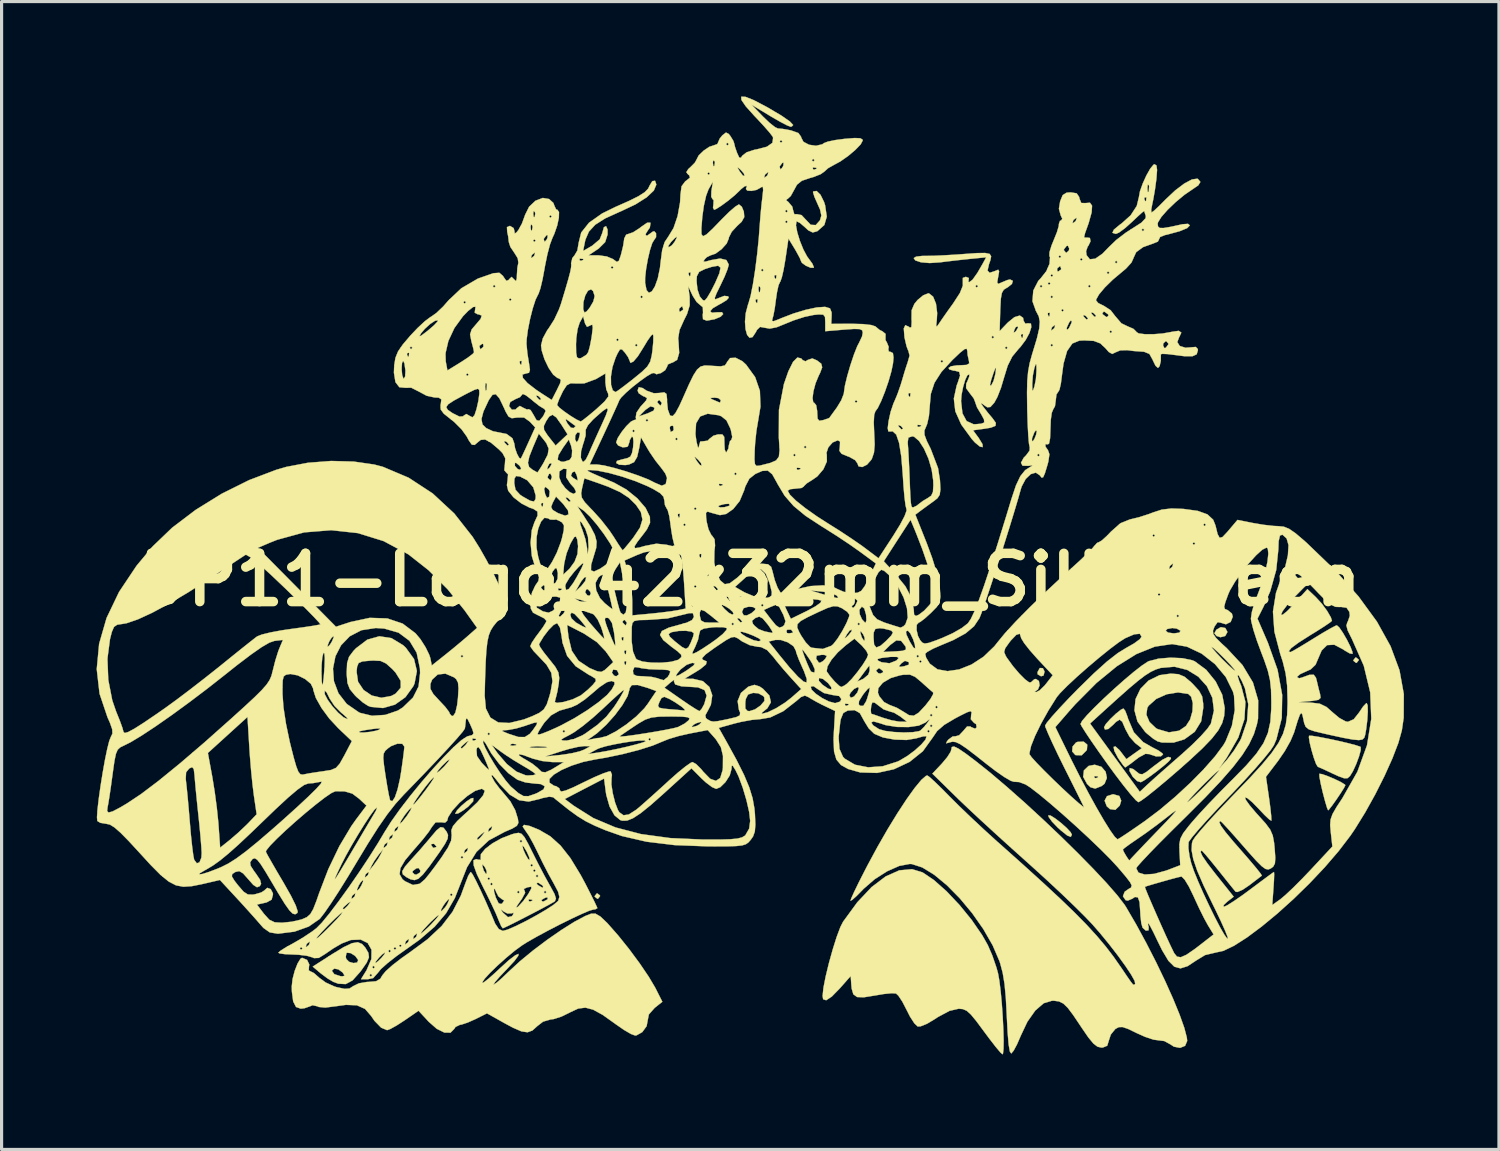
<source format=kicad_pcb>
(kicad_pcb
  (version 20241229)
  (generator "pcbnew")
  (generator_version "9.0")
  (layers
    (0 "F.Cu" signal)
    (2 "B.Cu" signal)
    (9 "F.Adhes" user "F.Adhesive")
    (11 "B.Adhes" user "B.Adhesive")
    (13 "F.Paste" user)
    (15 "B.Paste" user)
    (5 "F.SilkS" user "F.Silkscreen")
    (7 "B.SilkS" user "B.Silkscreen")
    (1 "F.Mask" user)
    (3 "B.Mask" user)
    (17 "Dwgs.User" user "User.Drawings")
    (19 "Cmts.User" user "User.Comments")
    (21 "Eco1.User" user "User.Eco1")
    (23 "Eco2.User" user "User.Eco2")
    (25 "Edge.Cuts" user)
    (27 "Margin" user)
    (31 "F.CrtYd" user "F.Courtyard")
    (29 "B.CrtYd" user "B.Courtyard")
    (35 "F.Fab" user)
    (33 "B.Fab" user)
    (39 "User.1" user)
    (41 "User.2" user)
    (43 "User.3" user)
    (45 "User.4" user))
  (footprint "DP11-Logo_42x32mm_SilkScreen"
    (layer "F.Cu")
    (at 20.641 15.259)
    (property "Reference" "DP11-Logo_42x32mm_SilkScreen" (at 0 0 0) (layer "F.SilkS") (effects (font (size 1.524 1.524) (thickness 0.3))))
    (attr through_hole)
    (fp_poly (pts (xy 9.244 2.793) (xy 9.297 2.9) (xy 9.264 3.026) (xy 9.186 3.048) (xy 9.079 2.987) (xy 9.074 2.917) (xy 9.148 2.786) (xy 9.244 2.793)) (stroke (width 0.01) (type solid)) (fill yes) (layer "F.SilkS"))
    (fp_poly (pts (xy -4.744 9.97) (xy -4.741 9.991) (xy -4.806 10.073) (xy -4.826 10.075) (xy -4.908 10.011) (xy -4.911 9.991) (xy -4.846 9.908) (xy -4.826 9.906) (xy -4.744 9.97)) (stroke (width 0.01) (type solid)) (fill yes) (layer "F.SilkS"))
    (fp_poly (pts (xy 19.217 2.52) (xy 19.219 2.54) (xy 19.155 2.622) (xy 19.135 2.625) (xy 19.052 2.56) (xy 19.05 2.54) (xy 19.114 2.458) (xy 19.135 2.455) (xy 19.217 2.52)) (stroke (width 0.01) (type solid)) (fill yes) (layer "F.SilkS"))
    (fp_poly (pts (xy 15.005 1.524) (xy 15.071 1.646) (xy 15.071 1.651) (xy 15.003 1.775) (xy 14.851 1.815) (xy 14.73 1.777) (xy 14.659 1.693) (xy 14.722 1.578) (xy 14.864 1.496) (xy 15.005 1.524)) (stroke (width 0.01) (type solid)) (fill yes) (layer "F.SilkS"))
    (fp_poly (pts (xy 11.658 6.828) (xy 11.718 6.977) (xy 11.67 7.133) (xy 11.532 7.266) (xy 11.362 7.243) (xy 11.262 7.155) (xy 11.193 6.977) (xy 11.268 6.834) (xy 11.459 6.773) (xy 11.463 6.773) (xy 11.658 6.828)) (stroke (width 0.01) (type solid)) (fill yes) (layer "F.SilkS"))
    (fp_poly (pts (xy -8.748 6.997) (xy -8.904 7.163) (xy -9.062 7.283) (xy -9.223 7.379) (xy -9.309 7.391) (xy -9.313 7.379) (xy -9.257 7.281) (xy -9.122 7.141) (xy -8.958 7.001) (xy -8.814 6.905) (xy -8.744 6.891) (xy -8.748 6.997)) (stroke (width 0.01) (type solid)) (fill yes) (layer "F.SilkS"))
    (fp_poly (pts (xy 10.645 5.207) (xy 10.635 5.364) (xy 10.618 5.395) (xy 10.468 5.544) (xy 10.283 5.538) (xy 10.266 5.532) (xy 10.169 5.423) (xy 10.181 5.268) (xy 10.289 5.141) (xy 10.338 5.12) (xy 10.533 5.113) (xy 10.645 5.207)) (stroke (width 0.01) (type solid)) (fill yes) (layer "F.SilkS"))
    (fp_poly (pts (xy 9.485 7.446) (xy 9.632 7.537) (xy 9.815 7.678) (xy 9.992 7.835) (xy 10.12 7.973) (xy 10.16 8.05) (xy 10.126 8.12) (xy 10.014 8.077) (xy 9.811 7.915) (xy 9.71 7.824) (xy 9.533 7.639) (xy 9.428 7.493) (xy 9.415 7.441) (xy 9.485 7.446)) (stroke (width 0.01) (type solid)) (fill yes) (layer "F.SilkS"))
    (fp_poly (pts (xy 18.064 6.139) (xy 18.246 6.204) (xy 18.464 6.297) (xy 18.662 6.393) (xy 18.782 6.468) (xy 18.796 6.487) (xy 18.753 6.575) (xy 18.645 6.745) (xy 18.508 6.949) (xy 18.374 7.137) (xy 18.277 7.26) (xy 18.252 7.281) (xy 18.219 7.206) (xy 18.159 7.008) (xy 18.086 6.73) (xy 18.083 6.72) (xy 18.017 6.435) (xy 17.978 6.223) (xy 17.975 6.127) (xy 17.975 6.127) (xy 18.064 6.139)) (stroke (width 0.01) (type solid)) (fill yes) (layer "F.SilkS"))
    (fp_poly (pts (xy 11.092 5.906) (xy 11.226 6.063) (xy 11.265 6.259) (xy 11.192 6.441) (xy 11.097 6.516) (xy 10.896 6.595) (xy 10.749 6.554) (xy 10.639 6.449) (xy 10.517 6.225) (xy 10.519 6.209) (xy 10.866 6.209) (xy 10.877 6.259) (xy 10.922 6.265) (xy 10.992 6.234) (xy 10.978 6.209) (xy 10.878 6.199) (xy 10.866 6.209) (xy 10.519 6.209) (xy 10.539 6.021) (xy 10.688 5.88) (xy 10.88 5.842) (xy 11.092 5.906)) (stroke (width 0.01) (type solid)) (fill yes) (layer "F.SilkS"))
    (fp_poly (pts (xy 13.284 5.615) (xy 13.288 5.652) (xy 13.223 5.731) (xy 13.062 5.874) (xy 12.848 6.045) (xy 12.625 6.212) (xy 12.436 6.341) (xy 12.337 6.394) (xy 12.221 6.358) (xy 12.083 6.221) (xy 12.078 6.215) (xy 11.976 6.032) (xy 11.988 5.946) (xy 12.097 5.978) (xy 12.19 6.052) (xy 12.292 6.131) (xy 12.385 6.142) (xy 12.515 6.069) (xy 12.728 5.901) (xy 12.734 5.896) (xy 13.011 5.689) (xy 13.198 5.594) (xy 13.284 5.615)) (stroke (width 0.01) (type solid)) (fill yes) (layer "F.SilkS"))
    (fp_poly (pts (xy 17.743 4.928) (xy 17.955 4.962) (xy 18.243 5.018) (xy 18.562 5.086) (xy 18.867 5.157) (xy 19.115 5.222) (xy 19.261 5.27) (xy 19.279 5.281) (xy 19.281 5.383) (xy 19.227 5.582) (xy 19.138 5.822) (xy 19.034 6.049) (xy 18.942 6.199) (xy 18.865 6.267) (xy 18.759 6.27) (xy 18.576 6.204) (xy 18.415 6.13) (xy 18.169 6.014) (xy 17.987 5.932) (xy 17.926 5.906) (xy 17.872 5.819) (xy 17.801 5.626) (xy 17.729 5.383) (xy 17.671 5.147) (xy 17.644 4.976) (xy 17.651 4.927) (xy 17.743 4.928)) (stroke (width 0.01) (type solid)) (fill yes) (layer "F.SilkS"))
    (fp_poly (pts (xy 13.524 2.982) (xy 13.714 3.061) (xy 13.92 3.233) (xy 13.98 3.292) (xy 14.176 3.506) (xy 14.274 3.687) (xy 14.306 3.909) (xy 14.309 4.043) (xy 14.243 4.47) (xy 14.04 4.801) (xy 13.713 5.039) (xy 13.371 5.143) (xy 13.007 5.141) (xy 12.869 5.105) (xy 12.731 5.021) (xy 12.539 4.865) (xy 12.473 4.804) (xy 12.232 4.479) (xy 12.173 4.261) (xy 12.512 4.261) (xy 12.611 4.492) (xy 12.813 4.685) (xy 12.871 4.717) (xy 13.224 4.819) (xy 13.548 4.766) (xy 13.762 4.618) (xy 13.893 4.414) (xy 13.967 4.156) (xy 13.979 3.897) (xy 13.926 3.693) (xy 13.836 3.607) (xy 13.511 3.558) (xy 13.154 3.616) (xy 12.825 3.763) (xy 12.584 3.977) (xy 12.542 4.044) (xy 12.512 4.261) (xy 12.173 4.261) (xy 12.135 4.123) (xy 12.171 3.768) (xy 12.324 3.445) (xy 12.581 3.183) (xy 12.93 3.013) (xy 13.281 2.964) (xy 13.524 2.982)) (stroke (width 0.01) (type solid)) (fill yes) (layer "F.SilkS"))
    (fp_poly (pts (xy -12.256 11.504) (xy -12.154 11.618) (xy -12.058 11.781) (xy -12.039 11.922) (xy -12.109 12.09) (xy -12.276 12.33) (xy -12.323 12.391) (xy -12.557 12.652) (xy -12.772 12.769) (xy -13.007 12.757) (xy -13.166 12.698) (xy -13.346 12.591) (xy -13.557 12.434) (xy -13.575 12.419) (xy -13.652 12.354) (xy -13.208 12.354) (xy -13.133 12.456) (xy -12.942 12.518) (xy -12.88 12.524) (xy -12.808 12.505) (xy -12.864 12.41) (xy -12.869 12.404) (xy -13.004 12.304) (xy -13.138 12.28) (xy -13.207 12.343) (xy -13.208 12.354) (xy -13.652 12.354) (xy -13.815 12.217) (xy -13.331 11.907) (xy -12.772 11.907) (xy -12.755 11.977) (xy -12.666 12.066) (xy -12.528 12.105) (xy -12.411 12.088) (xy -12.38 12.009) (xy -12.38 12.008) (xy -12.473 11.881) (xy -12.615 11.791) (xy -12.735 11.779) (xy -12.749 11.789) (xy -12.772 11.907) (xy -13.331 11.907) (xy -13.2 11.823) (xy -12.835 11.601) (xy -12.576 11.478) (xy -12.392 11.447) (xy -12.256 11.504)) (stroke (width 0.01) (type solid)) (fill yes) (layer "F.SilkS"))
    (fp_poly (pts (xy -11.33 1.843) (xy -10.961 2.067) (xy -10.873 2.149) (xy -10.616 2.503) (xy -10.525 2.882) (xy -10.6 3.276) (xy -10.638 3.361) (xy -10.887 3.708) (xy -11.218 3.944) (xy -11.595 4.051) (xy -11.979 4.014) (xy -12.065 3.983) (xy -12.229 3.878) (xy -12.431 3.702) (xy -12.488 3.644) (xy -12.644 3.453) (xy -12.719 3.259) (xy -12.742 2.989) (xy -12.742 2.92) (xy -12.741 2.901) (xy -12.43 2.901) (xy -12.383 3.222) (xy -12.21 3.481) (xy -11.951 3.656) (xy -11.645 3.727) (xy -11.332 3.669) (xy -11.195 3.594) (xy -11.036 3.41) (xy -11.038 3.19) (xy -11.201 2.929) (xy -11.299 2.823) (xy -11.499 2.644) (xy -11.673 2.563) (xy -11.904 2.551) (xy -11.998 2.556) (xy -12.242 2.578) (xy -12.365 2.628) (xy -12.413 2.744) (xy -12.43 2.901) (xy -12.741 2.901) (xy -12.729 2.632) (xy -12.668 2.433) (xy -12.529 2.247) (xy -12.451 2.165) (xy -12.092 1.892) (xy -11.712 1.785) (xy -11.33 1.843)) (stroke (width 0.01) (type solid)) (fill yes) (layer "F.SilkS"))
    (fp_poly (pts (xy -9.688 7.828) (xy -9.596 7.945) (xy -9.585 7.961) (xy -9.542 8.062) (xy -9.555 8.178) (xy -9.638 8.343) (xy -9.806 8.596) (xy -9.881 8.702) (xy -10.142 9.066) (xy -10.333 9.306) (xy -10.478 9.441) (xy -10.601 9.486) (xy -10.727 9.46) (xy -10.858 9.391) (xy -10.97 9.305) (xy -10.982 9.238) (xy -10.668 9.238) (xy -10.599 9.305) (xy -10.541 9.313) (xy -10.429 9.247) (xy -10.414 9.189) (xy -10.47 9.104) (xy -10.541 9.113) (xy -10.653 9.196) (xy -10.668 9.238) (xy -10.982 9.238) (xy -10.988 9.206) (xy -10.902 9.06) (xy -10.703 8.833) (xy -10.689 8.818) (xy -10.439 8.541) (xy -10.298 8.377) (xy -10.075 8.377) (xy -10.014 8.463) (xy -9.991 8.467) (xy -9.908 8.438) (xy -9.906 8.429) (xy -9.965 8.357) (xy -9.991 8.34) (xy -10.069 8.346) (xy -10.075 8.377) (xy -10.298 8.377) (xy -10.181 8.241) (xy -10.092 8.134) (xy -9.902 7.911) (xy -9.778 7.813) (xy -9.688 7.828)) (stroke (width 0.01) (type solid)) (fill yes) (layer "F.SilkS"))
    (fp_poly (pts (xy 11.844 4.138) (xy 11.914 4.32) (xy 11.935 4.392) (xy 12.116 4.817) (xy 12.411 5.127) (xy 12.694 5.289) (xy 12.902 5.397) (xy 13.024 5.489) (xy 13.039 5.516) (xy 12.971 5.576) (xy 12.816 5.578) (xy 12.645 5.522) (xy 12.62 5.508) (xy 12.483 5.497) (xy 12.278 5.608) (xy 12.184 5.679) (xy 11.995 5.824) (xy 11.867 5.913) (xy 11.841 5.926) (xy 11.781 5.861) (xy 11.666 5.7) (xy 11.614 5.621) (xy 11.5 5.405) (xy 11.477 5.279) (xy 11.535 5.263) (xy 11.663 5.38) (xy 11.707 5.436) (xy 11.881 5.665) (xy 12.123 5.492) (xy 12.366 5.319) (xy 12.156 5.155) (xy 11.982 4.959) (xy 11.845 4.709) (xy 11.841 4.696) (xy 11.749 4.481) (xy 11.664 4.418) (xy 11.547 4.493) (xy 11.472 4.572) (xy 11.311 4.712) (xy 11.204 4.73) (xy 11.176 4.655) (xy 11.234 4.554) (xy 11.376 4.396) (xy 11.55 4.23) (xy 11.707 4.105) (xy 11.787 4.066) (xy 11.844 4.138)) (stroke (width 0.01) (type solid)) (fill yes) (layer "F.SilkS"))
    (fp_poly (pts (xy 5.445 9.242) (xy 5.802 9.483) (xy 6.202 9.838) (xy 6.611 10.271) (xy 6.997 10.745) (xy 7.326 11.223) (xy 7.503 11.535) (xy 7.646 11.864) (xy 7.776 12.243) (xy 7.827 12.426) (xy 7.87 12.667) (xy 7.911 12.999) (xy 7.947 13.387) (xy 7.975 13.796) (xy 7.995 14.194) (xy 8.005 14.544) (xy 8.001 14.812) (xy 7.984 14.964) (xy 7.968 14.986) (xy 7.897 14.922) (xy 7.751 14.748) (xy 7.554 14.493) (xy 7.385 14.266) (xy 7.144 13.941) (xy 6.971 13.731) (xy 6.838 13.612) (xy 6.718 13.559) (xy 6.586 13.547) (xy 6.292 13.615) (xy 5.925 13.812) (xy 5.865 13.853) (xy 5.593 14.018) (xy 5.381 14.104) (xy 5.289 14.108) (xy 5.185 14.008) (xy 5.05 13.8) (xy 4.94 13.584) (xy 4.807 13.326) (xy 4.681 13.136) (xy 4.605 13.066) (xy 4.465 13.058) (xy 4.216 13.083) (xy 3.936 13.13) (xy 3.591 13.186) (xy 3.376 13.178) (xy 3.258 13.091) (xy 3.205 12.91) (xy 3.194 12.791) (xy 3.175 12.514) (xy 2.832 12.903) (xy 2.577 13.164) (xy 2.401 13.279) (xy 2.305 13.249) (xy 2.287 13.145) (xy 2.314 12.886) (xy 2.385 12.524) (xy 2.487 12.104) (xy 2.607 11.674) (xy 2.732 11.278) (xy 2.85 10.964) (xy 2.933 10.801) (xy 3.383 10.185) (xy 3.835 9.705) (xy 4.28 9.368) (xy 4.709 9.177) (xy 5.112 9.14) (xy 5.445 9.242)) (stroke (width 0.01) (type solid)) (fill yes) (layer "F.SilkS"))
    (fp_poly (pts (xy 13.651 2.477) (xy 13.96 2.542) (xy 14.038 2.575) (xy 14.4 2.842) (xy 14.7 3.211) (xy 14.907 3.63) (xy 14.986 4.047) (xy 14.986 4.06) (xy 14.969 4.301) (xy 14.906 4.526) (xy 14.782 4.757) (xy 14.581 5.014) (xy 14.289 5.318) (xy 13.888 5.691) (xy 13.548 5.993) (xy 13.168 6.32) (xy 12.827 6.605) (xy 12.547 6.829) (xy 12.35 6.974) (xy 12.258 7.025) (xy 12.175 6.958) (xy 12.013 6.775) (xy 11.791 6.499) (xy 11.527 6.152) (xy 11.303 5.847) (xy 11.022 5.452) (xy 10.778 5.101) (xy 10.587 4.816) (xy 10.467 4.624) (xy 10.432 4.555) (xy 10.44 4.54) (xy 10.734 4.54) (xy 11.519 5.618) (xy 12.304 6.696) (xy 12.565 6.451) (xy 12.732 6.299) (xy 12.992 6.068) (xy 13.307 5.791) (xy 13.631 5.508) (xy 13.952 5.216) (xy 14.232 4.938) (xy 14.441 4.703) (xy 14.55 4.544) (xy 14.55 4.543) (xy 14.646 4.13) (xy 14.596 3.728) (xy 14.424 3.363) (xy 14.152 3.061) (xy 13.803 2.847) (xy 13.4 2.746) (xy 12.967 2.784) (xy 12.962 2.785) (xy 12.805 2.835) (xy 12.649 2.909) (xy 12.471 3.022) (xy 12.251 3.19) (xy 11.967 3.429) (xy 11.598 3.756) (xy 11.23 4.089) (xy 10.734 4.54) (xy 10.44 4.54) (xy 10.483 4.456) (xy 10.64 4.273) (xy 10.877 4.029) (xy 11.168 3.747) (xy 11.489 3.45) (xy 11.814 3.162) (xy 12.117 2.907) (xy 12.374 2.707) (xy 12.56 2.585) (xy 12.591 2.57) (xy 12.896 2.491) (xy 13.273 2.46) (xy 13.651 2.477)) (stroke (width 0.01) (type solid)) (fill yes) (layer "F.SilkS"))
    (fp_poly (pts (xy 6.576 5.332) (xy 6.806 5.488) (xy 7.124 5.728) (xy 7.601 6.109) (xy 8.127 6.557) (xy 8.685 7.051) (xy 9.253 7.574) (xy 9.814 8.107) (xy 10.347 8.631) (xy 10.834 9.127) (xy 11.255 9.576) (xy 11.59 9.96) (xy 11.821 10.26) (xy 11.867 10.331) (xy 12.189 10.883) (xy 12.51 11.474) (xy 12.82 12.08) (xy 13.106 12.675) (xy 13.357 13.235) (xy 13.562 13.735) (xy 13.71 14.151) (xy 13.79 14.458) (xy 13.801 14.564) (xy 13.735 14.719) (xy 13.576 14.783) (xy 13.38 14.745) (xy 13.278 14.677) (xy 13.079 14.568) (xy 12.911 14.547) (xy 12.736 14.523) (xy 12.474 14.436) (xy 12.212 14.319) (xy 11.935 14.185) (xy 11.759 14.125) (xy 11.64 14.129) (xy 11.532 14.187) (xy 11.389 14.363) (xy 11.33 14.542) (xy 11.276 14.716) (xy 11.137 14.773) (xy 11.091 14.774) (xy 10.97 14.747) (xy 10.841 14.648) (xy 10.68 14.454) (xy 10.463 14.138) (xy 10.442 14.106) (xy 10.206 13.754) (xy 10.031 13.521) (xy 9.89 13.384) (xy 9.754 13.317) (xy 9.597 13.295) (xy 9.535 13.294) (xy 9.271 13.373) (xy 9.005 13.602) (xy 8.754 13.959) (xy 8.548 14.394) (xy 8.429 14.669) (xy 8.32 14.872) (xy 8.245 14.961) (xy 8.201 14.898) (xy 8.162 14.675) (xy 8.13 14.288) (xy 8.104 13.782) (xy 8.074 13.209) (xy 8.033 12.767) (xy 7.975 12.415) (xy 7.896 12.117) (xy 7.873 12.046) (xy 7.658 11.545) (xy 7.363 11.032) (xy 7.011 10.53) (xy 6.621 10.062) (xy 6.214 9.649) (xy 5.813 9.317) (xy 5.437 9.086) (xy 5.108 8.979) (xy 5.038 8.975) (xy 4.709 9.037) (xy 4.326 9.206) (xy 3.936 9.454) (xy 3.588 9.755) (xy 3.559 9.785) (xy 3.368 9.98) (xy 3.226 10.107) (xy 3.168 10.139) (xy 3.194 10.057) (xy 3.286 9.853) (xy 3.432 9.553) (xy 3.619 9.186) (xy 3.71 9.01) (xy 4.023 8.431) (xy 4.34 7.879) (xy 4.65 7.373) (xy 4.939 6.932) (xy 5.194 6.576) (xy 5.403 6.323) (xy 5.552 6.194) (xy 5.594 6.181) (xy 5.675 6.238) (xy 5.844 6.393) (xy 6.077 6.62) (xy 6.278 6.824) (xy 6.58 7.126) (xy 6.965 7.496) (xy 7.386 7.89) (xy 7.798 8.265) (xy 7.869 8.327) (xy 8.623 9) (xy 9.262 9.58) (xy 9.8 10.08) (xy 10.251 10.515) (xy 10.629 10.9) (xy 10.949 11.25) (xy 11.226 11.578) (xy 11.473 11.901) (xy 11.704 12.231) (xy 11.706 12.234) (xy 11.9 12.521) (xy 12.019 12.692) (xy 12.085 12.775) (xy 12.121 12.793) (xy 12.149 12.772) (xy 12.159 12.761) (xy 12.141 12.667) (xy 12.031 12.469) (xy 11.848 12.194) (xy 11.61 11.865) (xy 11.334 11.508) (xy 11.04 11.15) (xy 10.806 10.882) (xy 10.568 10.633) (xy 10.231 10.299) (xy 9.822 9.907) (xy 9.369 9.485) (xy 8.902 9.06) (xy 8.732 8.908) (xy 8.254 8.479) (xy 7.767 8.038) (xy 7.304 7.613) (xy 6.896 7.233) (xy 6.574 6.927) (xy 6.497 6.851) (xy 5.754 6.123) (xy 6.052 5.807) (xy 6.223 5.603) (xy 6.331 5.432) (xy 6.35 5.37) (xy 6.368 5.282) (xy 6.437 5.266) (xy 6.576 5.332)) (stroke (width 0.01) (type solid)) (fill yes) (layer "F.SilkS"))
    (fp_poly (pts (xy -6.966 7.775) (xy -6.667 7.896) (xy -6.313 8.102) (xy -5.99 8.393) (xy -5.677 8.791) (xy -5.355 9.32) (xy -5.204 9.601) (xy -5.043 9.917) (xy -4.915 10.173) (xy -4.84 10.335) (xy -4.826 10.372) (xy -4.895 10.41) (xy -4.95 10.414) (xy -5.081 10.452) (xy -5.325 10.556) (xy -5.649 10.708) (xy -6.018 10.89) (xy -6.399 11.087) (xy -6.756 11.28) (xy -7.056 11.452) (xy -7.197 11.541) (xy -7.435 11.715) (xy -7.704 11.938) (xy -7.974 12.18) (xy -8.212 12.411) (xy -8.387 12.602) (xy -8.465 12.721) (xy -8.467 12.732) (xy -8.411 12.713) (xy -8.262 12.597) (xy -8.045 12.404) (xy -7.913 12.28) (xy -7.621 12.014) (xy -7.419 11.86) (xy -7.317 11.814) (xy -7.324 11.875) (xy -7.447 12.042) (xy -7.698 12.312) (xy -7.707 12.321) (xy -7.914 12.539) (xy -8.055 12.701) (xy -8.104 12.781) (xy -8.1 12.785) (xy -8.012 12.729) (xy -7.843 12.583) (xy -7.629 12.378) (xy -7.627 12.376) (xy -7.277 12.053) (xy -6.862 11.711) (xy -6.414 11.373) (xy -5.967 11.063) (xy -5.554 10.803) (xy -5.209 10.619) (xy -5.024 10.546) (xy -4.887 10.544) (xy -4.73 10.635) (xy -4.514 10.841) (xy -4.495 10.862) (xy -4.167 11.235) (xy -3.82 11.668) (xy -3.488 12.117) (xy -3.204 12.536) (xy -3 12.88) (xy -2.989 12.902) (xy -2.774 13.327) (xy -3.017 13.521) (xy -3.2 13.728) (xy -3.232 13.892) (xy -3.27 14.097) (xy -3.407 14.285) (xy -3.589 14.388) (xy -3.634 14.393) (xy -3.765 14.345) (xy -3.984 14.217) (xy -4.246 14.036) (xy -4.277 14.013) (xy -4.661 13.74) (xy -4.958 13.577) (xy -5.203 13.513) (xy -5.43 13.542) (xy -5.675 13.655) (xy -5.698 13.668) (xy -5.963 13.797) (xy -6.21 13.875) (xy -6.298 13.885) (xy -6.54 13.955) (xy -6.724 14.097) (xy -6.877 14.235) (xy -7.031 14.291) (xy -7.225 14.262) (xy -7.494 14.145) (xy -7.762 14.001) (xy -8.312 13.693) (xy -8.674 13.874) (xy -8.916 13.982) (xy -9.111 14.047) (xy -9.165 14.055) (xy -9.307 14.123) (xy -9.344 14.182) (xy -9.463 14.303) (xy -9.658 14.3) (xy -9.898 14.181) (xy -10.15 13.96) (xy -10.473 13.611) (xy -10.918 13.917) (xy -11.166 14.077) (xy -11.366 14.188) (xy -11.466 14.224) (xy -11.654 14.146) (xy -11.865 13.929) (xy -11.97 13.776) (xy -12.163 13.553) (xy -12.419 13.439) (xy -12.767 13.425) (xy -13.056 13.465) (xy -13.419 13.511) (xy -13.629 13.491) (xy -13.662 13.472) (xy -13.821 13.436) (xy -13.888 13.466) (xy -14.075 13.532) (xy -14.193 13.545) (xy -14.342 13.492) (xy -14.432 13.318) (xy -14.473 13.005) (xy -14.477 12.84) (xy -14.451 12.607) (xy -14.383 12.349) (xy -14.293 12.118) (xy -14.201 11.968) (xy -14.151 11.939) (xy -13.993 12.006) (xy -13.923 12.151) (xy -13.934 12.22) (xy -13.939 12.337) (xy -13.898 12.361) (xy -13.782 12.418) (xy -13.624 12.555) (xy -13.614 12.566) (xy -13.407 12.718) (xy -13.131 12.844) (xy -13.051 12.868) (xy -12.804 12.92) (xy -12.651 12.907) (xy -12.537 12.833) (xy -12.356 12.745) (xy -12.098 12.701) (xy -12.051 12.7) (xy -11.813 12.679) (xy -11.679 12.598) (xy -11.617 12.493) (xy -11.509 12.361) (xy -11.293 12.168) (xy -11.003 11.944) (xy -10.773 11.783) (xy -10.191 11.355) (xy -9.743 10.935) (xy -9.401 10.487) (xy -9.138 9.976) (xy -8.98 9.546) (xy -8.902 9.346) (xy -8.834 9.238) (xy -8.82 9.232) (xy -8.765 9.306) (xy -8.661 9.502) (xy -8.522 9.788) (xy -8.366 10.128) (xy -8.207 10.49) (xy -8.062 10.84) (xy -8.055 10.858) (xy -7.939 11.031) (xy -7.812 11.09) (xy -7.657 11.047) (xy -7.402 10.936) (xy -7.087 10.78) (xy -6.756 10.601) (xy -6.448 10.421) (xy -6.206 10.263) (xy -6.071 10.149) (xy -6.062 10.138) (xy -6.025 10.015) (xy -6.067 9.85) (xy -6.2 9.598) (xy -6.206 9.587) (xy -6.37 9.291) (xy -6.558 8.927) (xy -6.699 8.636) (xy -6.846 8.339) (xy -6.986 8.087) (xy -7.089 7.937) (xy -7.185 7.795) (xy -7.142 7.741) (xy -6.966 7.775)) (stroke (width 0.01) (type solid)) (fill yes) (layer "F.SilkS"))
    (fp_poly (pts (xy -7.22 8.024) (xy -7.128 8.129) (xy -7.01 8.339) (xy -6.874 8.613) (xy -6.689 8.98) (xy -6.496 9.348) (xy -6.332 9.645) (xy -6.311 9.681) (xy -6.178 9.926) (xy -6.133 10.069) (xy -6.166 10.151) (xy -6.189 10.168) (xy -6.324 10.246) (xy -6.555 10.371) (xy -6.844 10.523) (xy -7.15 10.681) (xy -7.437 10.827) (xy -7.666 10.941) (xy -7.797 11.001) (xy -7.814 11.007) (xy -7.865 10.936) (xy -7.94 10.762) (xy -7.952 10.732) (xy -8.033 10.535) (xy -8.089 10.414) (xy -7.869 10.414) (xy -7.846 10.46) (xy -7.8 10.52) (xy -7.65 10.654) (xy -7.528 10.626) (xy -7.485 10.57) (xy -7.475 10.513) (xy -7.526 10.535) (xy -7.666 10.54) (xy -7.772 10.485) (xy -7.869 10.414) (xy -8.089 10.414) (xy -8.117 10.355) (xy -7.379 10.355) (xy -7.321 10.314) (xy -7.158 10.137) (xy -7.135 10.104) (xy -6.999 10.104) (xy -6.987 10.154) (xy -6.943 10.16) (xy -6.873 10.129) (xy -6.882 10.111) (xy -6.592 10.111) (xy -6.572 10.156) (xy -6.524 10.16) (xy -6.41 10.099) (xy -6.393 10.076) (xy -6.407 10.028) (xy -6.473 10.043) (xy -6.592 10.111) (xy -6.882 10.111) (xy -6.886 10.104) (xy -6.987 10.093) (xy -6.999 10.104) (xy -7.135 10.104) (xy -7.006 9.92) (xy -6.975 9.864) (xy -6.519 9.864) (xy -6.477 9.906) (xy -6.435 9.864) (xy -6.477 9.821) (xy -6.519 9.864) (xy -6.975 9.864) (xy -6.912 9.752) (xy -6.913 9.694) (xy -7.014 9.709) (xy -7.046 9.717) (xy -7.152 9.766) (xy -7.132 9.801) (xy -7.106 9.885) (xy -7.21 10.077) (xy -7.259 10.146) (xy -7.374 10.313) (xy -7.379 10.355) (xy -8.117 10.355) (xy -8.171 10.239) (xy -8.34 9.892) (xy -8.409 9.757) (xy -8.092 9.757) (xy -8.088 9.85) (xy -8.034 10.032) (xy -8.027 10.049) (xy -7.944 10.218) (xy -7.862 10.24) (xy -7.825 10.213) (xy -7.767 10.128) (xy -7.836 10.091) (xy -7.953 9.997) (xy -8.005 9.894) (xy -8.019 9.864) (xy -7.366 9.864) (xy -7.324 9.906) (xy -7.281 9.864) (xy -7.324 9.821) (xy -7.366 9.864) (xy -8.019 9.864) (xy -8.061 9.772) (xy -8.092 9.757) (xy -8.409 9.757) (xy -8.431 9.713) (xy -8.481 9.61) (xy -8.213 9.61) (xy -8.17 9.652) (xy -8.128 9.61) (xy -8.136 9.602) (xy -6.748 9.602) (xy -6.689 9.652) (xy -6.554 9.728) (xy -6.536 9.699) (xy -6.562 9.652) (xy -6.685 9.572) (xy -6.715 9.569) (xy -6.748 9.602) (xy -8.136 9.602) (xy -8.17 9.567) (xy -8.213 9.61) (xy -8.481 9.61) (xy -8.562 9.44) (xy -8.297 9.44) (xy -8.255 9.483) (xy -8.213 9.44) (xy -8.255 9.398) (xy -8.297 9.44) (xy -8.562 9.44) (xy -8.603 9.356) (xy -6.773 9.356) (xy -6.731 9.398) (xy -6.689 9.356) (xy -6.731 9.313) (xy -6.773 9.356) (xy -8.603 9.356) (xy -8.63 9.3) (xy -8.727 9.032) (xy -8.46 9.032) (xy -8.414 9.183) (xy -8.351 9.281) (xy -8.321 9.281) (xy -8.326 9.186) (xy -6.858 9.186) (xy -6.816 9.229) (xy -6.773 9.186) (xy -6.816 9.144) (xy -6.858 9.186) (xy -8.326 9.186) (xy -8.326 9.186) (xy -8.372 9.087) (xy -8.424 9.017) (xy -6.943 9.017) (xy -6.9 9.059) (xy -6.858 9.017) (xy -6.9 8.975) (xy -6.943 9.017) (xy -8.424 9.017) (xy -8.447 8.987) (xy -8.46 9.032) (xy -8.727 9.032) (xy -8.732 9.018) (xy -8.738 8.86) (xy -8.651 8.822) (xy -8.581 8.841) (xy -8.501 8.842) (xy -8.513 8.799) (xy -8.505 8.667) (xy -8.37 8.501) (xy -8.237 8.399) (xy -7.193 8.399) (xy -7.166 8.517) (xy -7.096 8.676) (xy -7.019 8.812) (xy -6.966 8.856) (xy -6.965 8.856) (xy -6.976 8.766) (xy -7.052 8.595) (xy -7.06 8.58) (xy -7.148 8.434) (xy -7.192 8.394) (xy -7.193 8.399) (xy -8.237 8.399) (xy -8.142 8.326) (xy -8.015 8.255) (xy -7.281 8.255) (xy -7.239 8.297) (xy -7.197 8.255) (xy -7.239 8.213) (xy -7.281 8.255) (xy -8.015 8.255) (xy -7.852 8.164) (xy -7.533 8.04) (xy -7.429 8.011) (xy -7.312 7.993) (xy -7.22 8.024)) (stroke (width 0.01) (type solid)) (fill yes) (layer "F.SilkS"))
    (fp_poly (pts (xy -0.152 -15.252) (xy 0.111 -15.148) (xy 0.507 -14.94) (xy 0.582 -14.898) (xy 0.995 -14.653) (xy 1.253 -14.473) (xy 1.358 -14.36) (xy 1.309 -14.311) (xy 1.271 -14.309) (xy 1.164 -14.35) (xy 0.954 -14.46) (xy 0.682 -14.616) (xy 0.615 -14.656) (xy 0.042 -15.003) (xy 0.409 -14.624) (xy 0.617 -14.426) (xy 0.788 -14.292) (xy 0.875 -14.252) (xy 1.018 -14.24) (xy 1.243 -14.2) (xy 1.291 -14.19) (xy 1.523 -14.108) (xy 1.608 -13.989) (xy 1.609 -13.97) (xy 1.682 -13.831) (xy 1.859 -13.738) (xy 2.078 -13.706) (xy 2.277 -13.752) (xy 2.333 -13.791) (xy 2.453 -13.837) (xy 2.69 -13.886) (xy 2.985 -13.925) (xy 3.299 -13.95) (xy 3.477 -13.943) (xy 3.549 -13.9) (xy 3.554 -13.871) (xy 3.488 -13.748) (xy 3.319 -13.573) (xy 3.091 -13.381) (xy 2.845 -13.209) (xy 2.654 -13.106) (xy 2.46 -12.997) (xy 2.345 -12.892) (xy 2.228 -12.809) (xy 2.008 -12.721) (xy 1.891 -12.688) (xy 1.631 -12.6) (xy 1.478 -12.476) (xy 1.386 -12.307) (xy 1.282 -12.119) (xy 1.178 -12.023) (xy 1.163 -12.02) (xy 1.137 -11.986) (xy 1.206 -11.931) (xy 1.33 -11.782) (xy 1.355 -11.671) (xy 1.393 -11.544) (xy 1.481 -11.545) (xy 1.623 -11.516) (xy 1.745 -11.385) (xy 1.912 -11.21) (xy 2.07 -11.201) (xy 2.204 -11.351) (xy 2.248 -11.502) (xy 2.208 -11.689) (xy 2.125 -11.876) (xy 2.03 -12.09) (xy 1.986 -12.233) (xy 1.988 -12.261) (xy 2.098 -12.278) (xy 2.221 -12.158) (xy 2.333 -11.931) (xy 2.366 -11.829) (xy 2.419 -11.468) (xy 2.342 -11.203) (xy 2.129 -11.014) (xy 2.114 -11.005) (xy 1.975 -10.967) (xy 1.835 -11.035) (xy 1.726 -11.136) (xy 1.573 -11.268) (xy 1.473 -11.317) (xy 1.463 -11.313) (xy 1.446 -11.194) (xy 1.487 -10.973) (xy 1.57 -10.702) (xy 1.679 -10.432) (xy 1.796 -10.213) (xy 1.841 -10.151) (xy 1.965 -9.981) (xy 2.012 -9.868) (xy 2.007 -9.853) (xy 1.909 -9.853) (xy 1.758 -9.918) (xy 1.635 -10.008) (xy 1.608 -10.057) (xy 1.568 -10.16) (xy 1.465 -10.35) (xy 1.409 -10.447) (xy 1.209 -10.776) (xy 1.111 -10.112) (xy 1.056 -9.794) (xy 0.999 -9.546) (xy 0.951 -9.412) (xy 0.942 -9.402) (xy 0.895 -9.299) (xy 0.847 -9.08) (xy 0.817 -8.876) (xy 0.778 -8.586) (xy 0.734 -8.35) (xy 0.708 -8.256) (xy 0.689 -8.175) (xy 0.742 -8.165) (xy 0.903 -8.226) (xy 0.984 -8.261) (xy 1.366 -8.408) (xy 1.759 -8.526) (xy 2.109 -8.601) (xy 2.362 -8.618) (xy 2.371 -8.617) (xy 2.521 -8.571) (xy 2.572 -8.443) (xy 2.572 -8.337) (xy 2.561 -8.081) (xy 3.231 -8.083) (xy 3.571 -8.074) (xy 3.826 -8.044) (xy 3.956 -8.001) (xy 3.961 -7.995) (xy 4.087 -7.89) (xy 4.175 -7.847) (xy 4.277 -7.764) (xy 4.274 -7.702) (xy 4.274 -7.57) (xy 4.318 -7.493) (xy 4.376 -7.35) (xy 4.363 -7.285) (xy 4.378 -7.208) (xy 4.432 -7.197) (xy 4.508 -7.158) (xy 4.527 -7.017) (xy 4.511 -6.837) (xy 4.46 -6.585) (xy 4.37 -6.27) (xy 4.256 -5.94) (xy 4.136 -5.641) (xy 4.027 -5.418) (xy 3.955 -5.322) (xy 3.916 -5.21) (xy 3.903 -4.966) (xy 3.916 -4.644) (xy 3.932 -4.271) (xy 3.91 -4.015) (xy 3.846 -3.827) (xy 3.825 -3.789) (xy 3.689 -3.634) (xy 3.539 -3.56) (xy 3.422 -3.582) (xy 3.387 -3.676) (xy 3.314 -3.778) (xy 3.134 -3.879) (xy 3.083 -3.897) (xy 2.886 -3.979) (xy 2.817 -4.073) (xy 2.831 -4.2) (xy 2.838 -4.363) (xy 2.766 -4.403) (xy 2.604 -4.336) (xy 2.468 -4.181) (xy 2.41 -4.008) (xy 2.419 -3.952) (xy 2.422 -3.735) (xy 2.311 -3.487) (xy 2.118 -3.262) (xy 1.97 -3.159) (xy 1.79 -3.046) (xy 1.697 -2.956) (xy 1.693 -2.944) (xy 1.62 -2.898) (xy 1.442 -2.879) (xy 1.439 -2.879) (xy 1.261 -2.859) (xy 1.185 -2.811) (xy 1.185 -2.811) (xy 1.255 -2.686) (xy 1.448 -2.496) (xy 1.741 -2.262) (xy 2.11 -2.001) (xy 2.455 -1.78) (xy 2.828 -1.546) (xy 3.203 -1.298) (xy 3.52 -1.079) (xy 3.615 -1.009) (xy 4.054 -0.679) (xy 4.527 -1.403) (xy 4.733 -1.738) (xy 4.875 -2.007) (xy 4.939 -2.182) (xy 4.936 -2.228) (xy 4.906 -2.349) (xy 4.874 -2.6) (xy 4.843 -2.945) (xy 4.82 -3.302) (xy 4.772 -3.893) (xy 4.703 -4.32) (xy 4.697 -4.339) (xy 4.974 -4.339) (xy 4.976 -4.318) (xy 4.99 -4.139) (xy 5.007 -3.843) (xy 5.024 -3.485) (xy 5.03 -3.344) (xy 5.047 -2.906) (xy 5.061 -2.609) (xy 5.075 -2.427) (xy 5.091 -2.33) (xy 5.113 -2.293) (xy 5.144 -2.286) (xy 5.148 -2.286) (xy 5.261 -2.339) (xy 5.31 -2.38) (xy 5.457 -2.491) (xy 5.602 -2.576) (xy 5.717 -2.655) (xy 5.772 -2.774) (xy 5.785 -2.984) (xy 5.78 -3.137) (xy 5.732 -3.477) (xy 5.63 -3.825) (xy 5.49 -4.14) (xy 5.333 -4.384) (xy 5.177 -4.517) (xy 5.12 -4.53) (xy 4.997 -4.489) (xy 4.974 -4.339) (xy 4.697 -4.339) (xy 4.613 -4.584) (xy 4.499 -4.689) (xy 4.432 -4.682) (xy 4.362 -4.685) (xy 4.344 -4.789) (xy 4.356 -4.886) (xy 4.67 -4.886) (xy 4.691 -4.839) (xy 4.776 -4.748) (xy 4.825 -4.767) (xy 4.826 -4.779) (xy 4.766 -4.85) (xy 4.728 -4.876) (xy 4.693 -4.882) (xy 5.278 -4.882) (xy 5.289 -4.832) (xy 5.334 -4.826) (xy 5.404 -4.857) (xy 5.39 -4.882) (xy 5.29 -4.893) (xy 5.278 -4.882) (xy 4.693 -4.882) (xy 4.67 -4.886) (xy 4.356 -4.886) (xy 4.37 -5.006) (xy 4.435 -5.302) (xy 4.526 -5.571) (xy 4.549 -5.62) (xy 4.643 -5.842) (xy 4.995 -5.842) (xy 5.026 -5.772) (xy 5.052 -5.786) (xy 5.062 -5.886) (xy 5.052 -5.898) (xy 5.001 -5.887) (xy 4.995 -5.842) (xy 4.643 -5.842) (xy 4.646 -5.848) (xy 4.751 -6.149) (xy 4.796 -6.297) (xy 4.876 -6.569) (xy 4.945 -6.784) (xy 4.971 -6.858) (xy 4.983 -6.9) (xy 6.011 -6.9) (xy 6.054 -6.858) (xy 6.096 -6.9) (xy 6.054 -6.943) (xy 6.011 -6.9) (xy 4.983 -6.9) (xy 5.034 -7.079) (xy 4.996 -7.229) (xy 4.989 -7.239) (xy 4.957 -7.324) (xy 8.043 -7.324) (xy 8.086 -7.281) (xy 8.128 -7.324) (xy 8.086 -7.366) (xy 8.043 -7.324) (xy 4.957 -7.324) (xy 4.939 -7.37) (xy 4.886 -7.597) (xy 4.874 -7.662) (xy 7.62 -7.662) (xy 7.662 -7.62) (xy 7.705 -7.662) (xy 7.662 -7.705) (xy 8.551 -7.705) (xy 8.582 -7.635) (xy 8.608 -7.648) (xy 8.618 -7.749) (xy 8.608 -7.761) (xy 8.557 -7.749) (xy 8.551 -7.705) (xy 7.662 -7.705) (xy 7.62 -7.662) (xy 4.874 -7.662) (xy 4.87 -7.684) (xy 4.862 -7.8) (xy 8.319 -7.8) (xy 8.381 -7.84) (xy 8.393 -7.851) (xy 8.459 -7.962) (xy 8.45 -8.003) (xy 8.387 -7.978) (xy 8.345 -7.899) (xy 8.319 -7.8) (xy 4.862 -7.8) (xy 4.851 -7.936) (xy 4.899 -8.04) (xy 5.013 -7.99) (xy 5.042 -7.963) (xy 5.09 -7.978) (xy 5.1 -8.147) (xy 5.095 -8.239) (xy 5.099 -8.511) (xy 5.185 -8.712) (xy 5.286 -8.834) (xy 5.464 -8.982) (xy 5.622 -9.045) (xy 5.647 -9.044) (xy 5.777 -8.941) (xy 5.868 -8.718) (xy 5.905 -8.424) (xy 5.894 -8.213) (xy 5.875 -8.031) (xy 5.896 -7.996) (xy 5.954 -8.076) (xy 6.053 -8.223) (xy 6.216 -8.457) (xy 6.408 -8.724) (xy 6.622 -9.053) (xy 6.71 -9.271) (xy 7.112 -9.271) (xy 7.154 -9.229) (xy 7.197 -9.271) (xy 7.154 -9.313) (xy 7.112 -9.271) (xy 6.71 -9.271) (xy 6.716 -9.285) (xy 6.715 -9.39) (xy 6.716 -9.532) (xy 6.811 -9.567) (xy 6.906 -9.529) (xy 6.9 -9.483) (xy 6.895 -9.404) (xy 6.917 -9.398) (xy 7.021 -9.474) (xy 7.176 -9.692) (xy 7.343 -9.981) (xy 7.453 -10.183) (xy 6.923 -10.131) (xy 6.558 -10.092) (xy 6.19 -10.049) (xy 5.995 -10.024) (xy 5.669 -10.002) (xy 5.395 -10.025) (xy 5.214 -10.086) (xy 5.165 -10.158) (xy 5.24 -10.204) (xy 5.429 -10.227) (xy 5.524 -10.228) (xy 5.766 -10.23) (xy 6.119 -10.246) (xy 6.526 -10.27) (xy 6.752 -10.287) (xy 7.159 -10.316) (xy 7.421 -10.32) (xy 7.563 -10.29) (xy 7.61 -10.215) (xy 7.585 -10.086) (xy 7.541 -9.963) (xy 7.496 -9.764) (xy 7.562 -9.694) (xy 7.724 -9.747) (xy 7.834 -9.792) (xy 7.862 -9.737) (xy 7.832 -9.567) (xy 7.801 -9.389) (xy 7.834 -9.343) (xy 7.945 -9.391) (xy 8.119 -9.464) (xy 8.207 -9.483) (xy 8.295 -9.44) (xy 8.266 -9.342) (xy 8.137 -9.238) (xy 8.107 -9.222) (xy 8.008 -9.16) (xy 7.949 -9.057) (xy 7.916 -8.874) (xy 7.9 -8.569) (xy 7.897 -8.494) (xy 7.878 -7.853) (xy 8.137 -8.124) (xy 8.345 -8.293) (xy 8.515 -8.344) (xy 8.618 -8.273) (xy 8.636 -8.176) (xy 8.69 -8.088) (xy 8.773 -8.101) (xy 8.867 -8.091) (xy 8.878 -7.976) (xy 8.819 -7.792) (xy 8.702 -7.575) (xy 8.54 -7.358) (xy 8.479 -7.293) (xy 8.277 -7.049) (xy 8.133 -6.761) (xy 8.019 -6.391) (xy 7.921 -6.063) (xy 7.809 -5.775) (xy 7.71 -5.592) (xy 7.587 -5.456) (xy 7.488 -5.446) (xy 7.395 -5.508) (xy 7.289 -5.586) (xy 7.3 -5.549) (xy 7.362 -5.461) (xy 7.514 -5.266) (xy 7.652 -5.102) (xy 7.759 -4.953) (xy 7.747 -4.861) (xy 7.598 -4.802) (xy 7.378 -4.766) (xy 7.038 -4.72) (xy 7.217 -4.478) (xy 7.337 -4.28) (xy 7.343 -4.188) (xy 7.256 -4.205) (xy 7.099 -4.334) (xy 7.004 -4.439) (xy 6.666 -4.901) (xy 6.478 -5.321) (xy 6.441 -5.642) (xy 6.66 -5.642) (xy 6.704 -5.254) (xy 6.835 -5.011) (xy 7.053 -4.913) (xy 7.101 -4.911) (xy 7.293 -4.928) (xy 7.392 -4.965) (xy 7.384 -5.062) (xy 7.295 -5.229) (xy 7.279 -5.253) (xy 7.164 -5.444) (xy 7.112 -5.589) (xy 7.112 -5.596) (xy 7.058 -5.731) (xy 6.935 -5.892) (xy 6.819 -6.051) (xy 6.822 -6.146) (xy 7.572 -6.146) (xy 7.606 -6.134) (xy 7.616 -6.143) (xy 7.686 -6.28) (xy 7.743 -6.499) (xy 7.746 -6.522) (xy 7.765 -6.682) (xy 7.747 -6.693) (xy 7.69 -6.548) (xy 7.611 -6.31) (xy 7.572 -6.146) (xy 6.822 -6.146) (xy 6.823 -6.191) (xy 6.858 -6.265) (xy 6.919 -6.418) (xy 6.919 -6.487) (xy 6.86 -6.459) (xy 6.791 -6.312) (xy 6.725 -6.091) (xy 6.676 -5.844) (xy 6.66 -5.642) (xy 6.441 -5.642) (xy 6.432 -5.724) (xy 6.522 -6.137) (xy 6.554 -6.219) (xy 6.629 -6.448) (xy 6.601 -6.565) (xy 6.458 -6.603) (xy 6.421 -6.604) (xy 6.291 -6.642) (xy 6.265 -6.689) (xy 6.341 -6.741) (xy 6.529 -6.771) (xy 6.613 -6.773) (xy 6.833 -6.785) (xy 6.917 -6.831) (xy 6.909 -6.907) (xy 6.866 -7.105) (xy 6.858 -7.222) (xy 6.84 -7.295) (xy 6.772 -7.284) (xy 6.633 -7.174) (xy 6.401 -6.954) (xy 6.386 -6.94) (xy 6.04 -6.563) (xy 5.82 -6.22) (xy 5.704 -5.867) (xy 5.67 -5.472) (xy 5.646 -5.176) (xy 5.59 -4.92) (xy 5.555 -4.836) (xy 5.502 -4.709) (xy 5.506 -4.575) (xy 5.576 -4.386) (xy 5.701 -4.134) (xy 5.933 -3.526) (xy 5.994 -3.14) (xy 6.008 -2.856) (xy 5.986 -2.685) (xy 5.914 -2.574) (xy 5.805 -2.488) (xy 5.581 -2.326) (xy 5.398 -2.192) (xy 5.217 -2.055) (xy 5.581 -1.141) (xy 5.751 -0.678) (xy 5.886 -0.239) (xy 5.971 0.124) (xy 5.989 0.254) (xy 6.007 0.532) (xy 5.983 0.712) (xy 5.891 0.861) (xy 5.712 1.044) (xy 5.519 1.219) (xy 5.371 1.332) (xy 5.321 1.355) (xy 5.26 1.423) (xy 5.255 1.585) (xy 5.3 1.777) (xy 5.367 1.906) (xy 5.434 1.985) (xy 5.515 2.015) (xy 5.649 1.992) (xy 5.876 1.912) (xy 6.072 1.835) (xy 6.397 1.688) (xy 6.685 1.523) (xy 6.875 1.376) (xy 6.877 1.374) (xy 6.968 1.239) (xy 7.081 1.002) (xy 7.22 0.653) (xy 7.388 0.184) (xy 7.588 -0.417) (xy 7.823 -1.158) (xy 8.098 -2.048) (xy 8.25 -2.549) (xy 8.393 -2.978) (xy 8.532 -3.271) (xy 8.685 -3.461) (xy 8.872 -3.58) (xy 8.89 -3.588) (xy 8.913 -3.613) (xy 8.796 -3.599) (xy 8.784 -3.597) (xy 8.602 -3.602) (xy 8.552 -3.695) (xy 8.638 -3.853) (xy 8.719 -3.935) (xy 8.72 -3.937) (xy 9.059 -3.937) (xy 9.102 -3.895) (xy 9.144 -3.937) (xy 9.102 -3.979) (xy 9.059 -3.937) (xy 8.72 -3.937) (xy 8.823 -4.078) (xy 8.828 -4.181) (xy 8.805 -4.297) (xy 8.795 -4.403) (xy 8.897 -4.403) (xy 8.924 -4.371) (xy 8.976 -4.447) (xy 9.029 -4.578) (xy 9.052 -4.699) (xy 9.021 -4.714) (xy 8.975 -4.657) (xy 8.904 -4.476) (xy 8.897 -4.403) (xy 8.795 -4.403) (xy 8.783 -4.547) (xy 8.764 -4.899) (xy 8.751 -5.317) (xy 8.749 -5.418) (xy 8.743 -5.912) (xy 8.749 -6.181) (xy 8.907 -6.181) (xy 8.911 -5.998) (xy 8.929 -5.972) (xy 8.972 -6.089) (xy 8.975 -6.096) (xy 9.023 -6.333) (xy 9.042 -6.604) (xy 9.039 -6.786) (xy 9.02 -6.813) (xy 8.977 -6.695) (xy 8.975 -6.689) (xy 8.927 -6.452) (xy 8.907 -6.181) (xy 8.749 -6.181) (xy 8.751 -6.283) (xy 8.778 -6.576) (xy 8.826 -6.839) (xy 8.902 -7.115) (xy 8.927 -7.197) (xy 8.991 -7.408) (xy 9.483 -7.408) (xy 9.525 -7.366) (xy 9.567 -7.408) (xy 9.525 -7.451) (xy 9.483 -7.408) (xy 8.991 -7.408) (xy 9.056 -7.625) (xy 9.105 -7.832) (xy 11.345 -7.832) (xy 11.388 -7.789) (xy 11.43 -7.832) (xy 11.388 -7.874) (xy 11.345 -7.832) (xy 9.105 -7.832) (xy 9.116 -7.88) (xy 9.503 -7.88) (xy 9.515 -7.874) (xy 9.57 -7.916) (xy 9.993 -7.916) (xy 10.028 -7.901) (xy 10.075 -7.959) (xy 10.147 -8.113) (xy 10.157 -8.17) (xy 10.122 -8.185) (xy 10.075 -8.128) (xy 10.004 -7.974) (xy 9.993 -7.916) (xy 9.57 -7.916) (xy 9.592 -7.934) (xy 9.61 -7.959) (xy 9.631 -8.038) (xy 9.62 -8.043) (xy 9.542 -7.984) (xy 9.525 -7.959) (xy 9.503 -7.88) (xy 9.116 -7.88) (xy 9.128 -7.931) (xy 9.146 -8.151) (xy 9.113 -8.322) (xy 9.081 -8.382) (xy 9.398 -8.382) (xy 9.429 -8.312) (xy 9.454 -8.326) (xy 9.458 -8.358) (xy 10.512 -8.358) (xy 10.533 -8.31) (xy 10.618 -8.22) (xy 10.667 -8.238) (xy 10.668 -8.25) (xy 10.608 -8.322) (xy 10.57 -8.348) (xy 10.512 -8.358) (xy 9.458 -8.358) (xy 9.465 -8.426) (xy 9.454 -8.438) (xy 9.404 -8.427) (xy 9.398 -8.382) (xy 9.081 -8.382) (xy 9.05 -8.442) (xy 10.766 -8.442) (xy 10.787 -8.395) (xy 10.872 -8.304) (xy 10.921 -8.323) (xy 10.922 -8.335) (xy 10.862 -8.406) (xy 10.85 -8.415) (xy 11.12 -8.415) (xy 11.134 -8.382) (xy 11.246 -8.3) (xy 11.271 -8.297) (xy 11.317 -8.35) (xy 11.303 -8.382) (xy 11.191 -8.464) (xy 11.166 -8.467) (xy 11.12 -8.415) (xy 10.85 -8.415) (xy 10.824 -8.432) (xy 10.766 -8.442) (xy 9.05 -8.442) (xy 9.031 -8.478) (xy 9.024 -8.489) (xy 9.017 -8.509) (xy 9.821 -8.509) (xy 9.864 -8.467) (xy 9.906 -8.509) (xy 9.864 -8.551) (xy 9.821 -8.509) (xy 9.017 -8.509) (xy 8.914 -8.797) (xy 8.925 -8.932) (xy 9.483 -8.932) (xy 9.525 -8.89) (xy 9.567 -8.932) (xy 9.525 -8.975) (xy 9.483 -8.932) (xy 8.925 -8.932) (xy 8.941 -9.132) (xy 9.012 -9.271) (xy 9.144 -9.271) (xy 9.186 -9.229) (xy 9.229 -9.271) (xy 10.668 -9.271) (xy 10.71 -9.229) (xy 10.753 -9.271) (xy 10.71 -9.313) (xy 10.668 -9.271) (xy 9.229 -9.271) (xy 9.186 -9.313) (xy 9.144 -9.271) (xy 9.012 -9.271) (xy 9.056 -9.356) (xy 9.398 -9.356) (xy 9.44 -9.313) (xy 9.483 -9.356) (xy 9.44 -9.398) (xy 9.398 -9.356) (xy 9.056 -9.356) (xy 9.098 -9.438) (xy 9.179 -9.525) (xy 9.246 -9.61) (xy 9.483 -9.61) (xy 9.525 -9.567) (xy 9.567 -9.61) (xy 9.525 -9.652) (xy 9.483 -9.61) (xy 9.246 -9.61) (xy 9.313 -9.694) (xy 11.261 -9.694) (xy 11.303 -9.652) (xy 11.345 -9.694) (xy 11.303 -9.737) (xy 11.261 -9.694) (xy 9.313 -9.694) (xy 9.35 -9.74) (xy 9.385 -9.821) (xy 9.694 -9.821) (xy 9.701 -9.743) (xy 9.732 -9.737) (xy 9.818 -9.798) (xy 9.821 -9.821) (xy 9.792 -9.904) (xy 9.784 -9.906) (xy 9.712 -9.847) (xy 9.694 -9.821) (xy 9.385 -9.821) (xy 9.454 -9.979) (xy 9.458 -10.033) (xy 11.515 -10.033) (xy 11.557 -9.991) (xy 11.599 -10.033) (xy 11.557 -10.075) (xy 11.515 -10.033) (xy 9.458 -10.033) (xy 9.464 -10.118) (xy 10.414 -10.118) (xy 10.456 -10.075) (xy 10.499 -10.118) (xy 10.456 -10.16) (xy 10.414 -10.118) (xy 9.464 -10.118) (xy 9.469 -10.181) (xy 9.46 -10.202) (xy 9.737 -10.202) (xy 9.779 -10.16) (xy 9.821 -10.202) (xy 9.779 -10.245) (xy 9.737 -10.202) (xy 9.46 -10.202) (xy 9.449 -10.231) (xy 9.453 -10.347) (xy 9.472 -10.409) (xy 9.906 -10.409) (xy 9.971 -10.332) (xy 9.991 -10.329) (xy 10.065 -10.398) (xy 10.075 -10.461) (xy 10.034 -10.549) (xy 9.991 -10.541) (xy 9.909 -10.433) (xy 9.906 -10.409) (xy 9.472 -10.409) (xy 9.518 -10.559) (xy 9.585 -10.722) (xy 9.687 -10.974) (xy 9.745 -11.171) (xy 9.75 -11.239) (xy 9.76 -11.266) (xy 10.181 -11.266) (xy 10.192 -11.261) (xy 10.27 -11.32) (xy 10.287 -11.345) (xy 10.309 -11.424) (xy 10.297 -11.43) (xy 10.22 -11.37) (xy 10.202 -11.345) (xy 10.181 -11.266) (xy 9.76 -11.266) (xy 9.785 -11.337) (xy 9.818 -11.345) (xy 9.857 -11.4) (xy 9.807 -11.506) (xy 9.75 -11.718) (xy 9.789 -11.95) (xy 9.869 -12.147) (xy 9.992 -12.224) (xy 10.121 -12.234) (xy 10.311 -12.204) (xy 10.39 -12.088) (xy 10.399 -12.04) (xy 10.455 -11.899) (xy 10.583 -11.895) (xy 10.73 -11.907) (xy 10.797 -11.814) (xy 10.784 -11.604) (xy 10.69 -11.266) (xy 10.576 -10.947) (xy 10.544 -10.815) (xy 10.608 -10.801) (xy 10.629 -10.808) (xy 10.729 -10.794) (xy 10.748 -10.688) (xy 10.682 -10.549) (xy 10.66 -10.524) (xy 10.608 -10.377) (xy 10.624 -10.25) (xy 10.726 -10.122) (xy 10.897 -10.139) (xy 11.124 -10.296) (xy 11.327 -10.505) (xy 11.56 -10.73) (xy 11.865 -10.963) (xy 11.999 -11.049) (xy 12.361 -11.049) (xy 12.404 -11.007) (xy 12.446 -11.049) (xy 12.404 -11.091) (xy 12.361 -11.049) (xy 11.999 -11.049) (xy 12.073 -11.096) (xy 12.356 -11.278) (xy 12.487 -11.417) (xy 12.494 -11.489) (xy 12.451 -11.617) (xy 12.446 -11.645) (xy 12.391 -11.609) (xy 12.248 -11.481) (xy 12.057 -11.3) (xy 11.837 -11.103) (xy 11.651 -10.966) (xy 11.549 -10.922) (xy 11.44 -10.956) (xy 11.484 -11.055) (xy 11.679 -11.217) (xy 11.732 -11.254) (xy 12.015 -11.508) (xy 12.208 -11.804) (xy 12.262 -12.023) (xy 12.446 -12.023) (xy 12.477 -11.953) (xy 12.502 -11.966) (xy 12.513 -12.067) (xy 12.502 -12.079) (xy 12.452 -12.067) (xy 12.446 -12.023) (xy 12.262 -12.023) (xy 12.276 -12.082) (xy 12.31 -12.268) (xy 12.343 -12.361) (xy 12.544 -12.361) (xy 12.557 -12.241) (xy 12.587 -12.255) (xy 12.598 -12.429) (xy 12.587 -12.467) (xy 12.556 -12.478) (xy 12.544 -12.361) (xy 12.343 -12.361) (xy 12.397 -12.513) (xy 12.513 -12.769) (xy 12.635 -12.984) (xy 12.738 -13.109) (xy 12.77 -13.122) (xy 12.831 -13.083) (xy 12.85 -12.943) (xy 12.83 -12.671) (xy 12.826 -12.637) (xy 12.782 -12.311) (xy 12.729 -12.009) (xy 12.7 -11.874) (xy 12.665 -11.69) (xy 12.672 -11.601) (xy 12.677 -11.599) (xy 12.756 -11.656) (xy 12.915 -11.804) (xy 13.121 -12.012) (xy 13.122 -12.013) (xy 13.424 -12.297) (xy 13.71 -12.513) (xy 13.952 -12.642) (xy 14.12 -12.666) (xy 14.142 -12.656) (xy 14.218 -12.564) (xy 14.151 -12.455) (xy 13.981 -12.339) (xy 13.715 -12.157) (xy 13.438 -11.927) (xy 13.184 -11.684) (xy 12.986 -11.459) (xy 12.879 -11.287) (xy 12.869 -11.242) (xy 12.88 -11.155) (xy 12.932 -11.111) (xy 13.055 -11.108) (xy 13.281 -11.146) (xy 13.641 -11.225) (xy 13.652 -11.228) (xy 13.827 -11.24) (xy 13.885 -11.192) (xy 13.803 -11.106) (xy 13.566 -11.008) (xy 13.188 -10.905) (xy 13.099 -10.885) (xy 12.946 -10.824) (xy 12.912 -10.753) (xy 12.877 -10.68) (xy 12.725 -10.618) (xy 12.407 -10.504) (xy 12.19 -10.345) (xy 12.107 -10.166) (xy 12.107 -10.162) (xy 12.041 -10.016) (xy 11.867 -9.825) (xy 11.733 -9.713) (xy 11.451 -9.476) (xy 11.201 -9.231) (xy 11.016 -9.01) (xy 10.926 -8.849) (xy 10.922 -8.823) (xy 10.993 -8.738) (xy 11.165 -8.653) (xy 11.168 -8.652) (xy 11.384 -8.512) (xy 11.528 -8.326) (xy 11.724 -8.098) (xy 11.917 -8.005) (xy 12.103 -7.925) (xy 12.191 -7.838) (xy 12.192 -7.829) (xy 12.268 -7.78) (xy 12.463 -7.755) (xy 12.731 -7.754) (xy 13.023 -7.777) (xy 13.291 -7.824) (xy 13.318 -7.831) (xy 13.534 -7.861) (xy 13.616 -7.806) (xy 13.555 -7.672) (xy 13.548 -7.664) (xy 13.489 -7.505) (xy 13.567 -7.383) (xy 13.748 -7.327) (xy 13.893 -7.338) (xy 14.072 -7.353) (xy 14.136 -7.287) (xy 14.139 -7.247) (xy 14.101 -7.12) (xy 13.969 -7.059) (xy 13.718 -7.059) (xy 13.439 -7.095) (xy 13.183 -7.127) (xy 13.013 -7.134) (xy 12.969 -7.12) (xy 12.968 -6.912) (xy 12.93 -6.746) (xy 12.878 -6.689) (xy 12.8 -6.76) (xy 12.716 -6.932) (xy 12.713 -6.943) (xy 12.608 -7.132) (xy 12.44 -7.2) (xy 12.387 -7.204) (xy 12.111 -7.224) (xy 11.909 -7.25) (xy 11.688 -7.244) (xy 11.539 -7.182) (xy 11.434 -7.131) (xy 11.325 -7.192) (xy 11.224 -7.308) (xy 11.124 -7.403) (xy 13.039 -7.403) (xy 13.08 -7.316) (xy 13.123 -7.324) (xy 13.205 -7.432) (xy 13.208 -7.456) (xy 13.143 -7.533) (xy 13.123 -7.535) (xy 13.049 -7.466) (xy 13.039 -7.403) (xy 11.124 -7.403) (xy 11.06 -7.464) (xy 10.852 -7.543) (xy 10.551 -7.559) (xy 10.395 -7.551) (xy 10.174 -7.461) (xy 10.008 -7.222) (xy 9.896 -6.828) (xy 9.848 -6.475) (xy 9.812 -6.195) (xy 9.767 -5.998) (xy 9.724 -5.927) (xy 9.673 -5.853) (xy 9.652 -5.678) (xy 9.626 -5.482) (xy 9.567 -5.376) (xy 9.524 -5.271) (xy 9.493 -5.046) (xy 9.483 -4.774) (xy 9.471 -4.466) (xy 9.438 -4.299) (xy 9.398 -4.276) (xy 9.323 -4.283) (xy 9.329 -4.2) (xy 9.405 -4.091) (xy 9.45 -3.964) (xy 9.416 -3.73) (xy 9.389 -3.63) (xy 9.308 -3.363) (xy 9.252 -3.236) (xy 9.203 -3.225) (xy 9.145 -3.3) (xy 9.02 -3.383) (xy 8.861 -3.336) (xy 8.701 -3.183) (xy 8.575 -2.948) (xy 8.547 -2.861) (xy 8.46 -2.553) (xy 8.338 -2.144) (xy 8.191 -1.664) (xy 8.028 -1.143) (xy 7.858 -0.61) (xy 7.691 -0.094) (xy 7.536 0.376) (xy 7.403 0.771) (xy 7.301 1.061) (xy 7.24 1.213) (xy 7.07 1.468) (xy 6.803 1.693) (xy 6.413 1.906) (xy 6.038 2.063) (xy 5.779 2.175) (xy 5.593 2.278) (xy 5.528 2.338) (xy 5.556 2.459) (xy 5.663 2.635) (xy 5.677 2.653) (xy 5.915 2.829) (xy 6.233 2.886) (xy 6.601 2.832) (xy 6.99 2.677) (xy 7.369 2.431) (xy 7.523 2.283) (xy 8.02 2.283) (xy 8.072 2.408) (xy 8.113 2.472) (xy 8.3 2.729) (xy 8.498 2.962) (xy 8.678 3.143) (xy 8.812 3.242) (xy 8.869 3.237) (xy 8.973 3.142) (xy 9.024 3.133) (xy 9.118 3.197) (xy 9.14 3.334) (xy 9.088 3.465) (xy 9.038 3.5) (xy 8.983 3.539) (xy 9.032 3.549) (xy 9.143 3.492) (xy 9.297 3.342) (xy 9.344 3.285) (xy 9.555 3.015) (xy 9.053 2.478) (xy 8.826 2.221) (xy 8.652 1.999) (xy 8.56 1.848) (xy 8.551 1.817) (xy 8.514 1.704) (xy 8.405 1.739) (xy 8.233 1.917) (xy 8.187 1.976) (xy 8.055 2.162) (xy 8.02 2.283) (xy 7.523 2.283) (xy 7.711 2.102) (xy 7.813 1.973) (xy 8.047 1.688) (xy 8.12 1.609) (xy 13.123 1.609) (xy 13.197 1.668) (xy 13.375 1.693) (xy 13.382 1.693) (xy 13.552 1.67) (xy 13.591 1.612) (xy 13.589 1.609) (xy 13.472 1.543) (xy 13.33 1.524) (xy 13.173 1.554) (xy 13.123 1.609) (xy 8.12 1.609) (xy 8.388 1.318) (xy 8.56 1.143) (xy 13.462 1.143) (xy 13.504 1.185) (xy 13.547 1.143) (xy 13.504 1.101) (xy 13.462 1.143) (xy 8.56 1.143) (xy 8.816 0.883) (xy 9.247 0.466) (xy 12.869 0.466) (xy 12.912 0.508) (xy 12.954 0.466) (xy 12.912 0.423) (xy 12.869 0.466) (xy 9.247 0.466) (xy 9.309 0.406) (xy 9.843 -0.091) (xy 9.977 -0.212) (xy 13.377 -0.212) (xy 13.42 -0.169) (xy 13.462 -0.212) (xy 13.42 -0.254) (xy 13.377 -0.212) (xy 9.977 -0.212) (xy 10.124 -0.344) (xy 13.229 -0.344) (xy 13.24 -0.339) (xy 13.318 -0.398) (xy 13.335 -0.423) (xy 13.357 -0.502) (xy 13.345 -0.508) (xy 13.268 -0.448) (xy 13.25 -0.423) (xy 13.229 -0.344) (xy 10.124 -0.344) (xy 10.159 -0.375) (xy 10.436 -0.628) (xy 10.666 -0.849) (xy 10.819 -1.008) (xy 10.862 -1.062) (xy 10.938 -1.143) (xy 13.97 -1.143) (xy 14.012 -1.101) (xy 14.055 -1.143) (xy 14.012 -1.185) (xy 13.97 -1.143) (xy 10.938 -1.143) (xy 10.964 -1.17) (xy 11.011 -1.185) (xy 11.109 -1.244) (xy 11.273 -1.393) (xy 11.277 -1.397) (xy 12.7 -1.397) (xy 12.742 -1.355) (xy 12.785 -1.397) (xy 12.742 -1.439) (xy 12.7 -1.397) (xy 11.277 -1.397) (xy 11.396 -1.522) (xy 11.638 -1.736) (xy 14.309 -1.736) (xy 14.351 -1.693) (xy 14.393 -1.736) (xy 14.351 -1.778) (xy 14.309 -1.736) (xy 11.638 -1.736) (xy 11.694 -1.785) (xy 11.994 -1.906) (xy 12.009 -1.909) (xy 12.282 -1.975) (xy 12.6 -2.078) (xy 12.711 -2.121) (xy 13.002 -2.216) (xy 13.304 -2.251) (xy 13.685 -2.237) (xy 14.134 -2.175) (xy 14.44 -2.065) (xy 14.623 -1.895) (xy 14.695 -1.713) (xy 14.762 -1.441) (xy 14.826 -1.324) (xy 14.918 -1.35) (xy 15.068 -1.51) (xy 15.11 -1.559) (xy 15.39 -1.89) (xy 15.879 -1.792) (xy 16.211 -1.736) (xy 16.53 -1.7) (xy 16.68 -1.693) (xy 16.851 -1.676) (xy 17.019 -1.609) (xy 17.221 -1.47) (xy 17.494 -1.238) (xy 17.576 -1.164) (xy 18.474 -0.3) (xy 19.212 0.527) (xy 19.794 1.324) (xy 20.224 2.099) (xy 20.506 2.858) (xy 20.642 3.609) (xy 20.638 4.36) (xy 20.58 4.758) (xy 20.471 5.149) (xy 20.282 5.641) (xy 20.032 6.196) (xy 19.739 6.779) (xy 19.421 7.351) (xy 19.097 7.875) (xy 18.953 8.086) (xy 18.58 8.574) (xy 18.144 9.081) (xy 17.664 9.589) (xy 17.16 10.081) (xy 16.65 10.541) (xy 16.154 10.951) (xy 15.691 11.296) (xy 15.281 11.558) (xy 14.943 11.72) (xy 14.726 11.767) (xy 14.367 11.852) (xy 14.091 12.02) (xy 13.814 12.203) (xy 13.589 12.273) (xy 13.394 12.219) (xy 13.208 12.033) (xy 13.01 11.701) (xy 12.866 11.408) (xy 12.734 11.133) (xy 12.629 10.931) (xy 12.571 10.839) (xy 12.568 10.837) (xy 12.565 10.901) (xy 12.585 10.964) (xy 12.581 11.071) (xy 12.496 11.081) (xy 12.393 10.989) (xy 12.392 10.987) (xy 12.351 10.845) (xy 12.324 10.604) (xy 12.318 10.482) (xy 12.297 10.179) (xy 12.244 10.03) (xy 12.15 10.018) (xy 12.071 10.071) (xy 11.926 10.133) (xy 11.857 10.12) (xy 11.772 9.995) (xy 11.827 9.852) (xy 11.95 9.766) (xy 12.029 9.721) (xy 12.037 9.698) (xy 12.465 9.698) (xy 12.49 9.774) (xy 12.57 9.97) (xy 12.691 10.252) (xy 12.837 10.586) (xy 12.993 10.938) (xy 13.144 11.273) (xy 13.276 11.557) (xy 13.373 11.757) (xy 13.389 11.79) (xy 13.478 11.901) (xy 13.598 11.921) (xy 13.777 11.843) (xy 14.043 11.66) (xy 14.161 11.57) (xy 14.635 11.201) (xy 14.458 10.913) (xy 14.338 10.695) (xy 14.182 10.382) (xy 14.023 10.039) (xy 14.002 9.991) (xy 13.856 9.691) (xy 13.725 9.475) (xy 13.629 9.376) (xy 13.613 9.373) (xy 13.488 9.402) (xy 13.266 9.461) (xy 13 9.536) (xy 12.742 9.61) (xy 12.545 9.669) (xy 12.465 9.698) (xy 12.037 9.698) (xy 12.049 9.659) (xy 11.999 9.554) (xy 11.864 9.378) (xy 11.638 9.111) (xy 12.192 9.111) (xy 12.263 9.249) (xy 12.46 9.308) (xy 12.757 9.288) (xy 13.128 9.187) (xy 13.204 9.16) (xy 13.581 9.015) (xy 13.558 8.583) (xy 13.556 8.465) (xy 13.838 8.465) (xy 13.876 8.734) (xy 13.929 8.954) (xy 14.014 9.201) (xy 14.146 9.525) (xy 14.309 9.895) (xy 14.489 10.279) (xy 14.669 10.647) (xy 14.835 10.966) (xy 14.972 11.205) (xy 15.064 11.333) (xy 15.085 11.345) (xy 15.075 11.274) (xy 14.998 11.08) (xy 14.867 10.787) (xy 14.693 10.423) (xy 14.607 10.248) (xy 14.32 9.656) (xy 14.117 9.187) (xy 13.993 8.821) (xy 13.95 8.592) (xy 14.222 8.592) (xy 14.28 8.723) (xy 14.437 8.954) (xy 14.701 9.297) (xy 14.747 9.354) (xy 15.27 10.009) (xy 15.065 10.168) (xy 14.952 10.275) (xy 14.954 10.327) (xy 14.961 10.327) (xy 15.068 10.28) (xy 15.275 10.149) (xy 15.551 9.958) (xy 15.794 9.779) (xy 16.092 9.556) (xy 16.335 9.376) (xy 16.494 9.26) (xy 16.543 9.229) (xy 16.548 9.305) (xy 16.541 9.506) (xy 16.525 9.75) (xy 16.488 10.272) (xy 16.748 10.087) (xy 16.91 9.95) (xy 17.152 9.722) (xy 17.438 9.435) (xy 17.698 9.163) (xy 18.386 8.424) (xy 18.336 7.973) (xy 18.316 7.749) (xy 18.329 7.574) (xy 18.39 7.401) (xy 18.515 7.182) (xy 18.702 6.898) (xy 19.176 6.063) (xy 19.48 5.228) (xy 19.615 4.392) (xy 19.581 3.555) (xy 19.378 2.715) (xy 19.005 1.873) (xy 18.999 1.861) (xy 18.871 1.604) (xy 18.829 1.444) (xy 18.862 1.336) (xy 18.875 1.319) (xy 18.937 1.138) (xy 18.923 1.014) (xy 18.835 0.884) (xy 18.657 0.858) (xy 18.621 0.861) (xy 18.487 0.856) (xy 18.35 0.794) (xy 18.177 0.656) (xy 17.939 0.417) (xy 17.828 0.299) (xy 17.585 0.053) (xy 17.383 -0.128) (xy 17.248 -0.219) (xy 17.212 -0.222) (xy 17.223 -0.129) (xy 17.34 0.003) (xy 17.35 0.011) (xy 17.554 0.177) (xy 17.159 0.578) (xy 16.957 0.801) (xy 16.814 0.992) (xy 16.764 1.104) (xy 16.814 1.106) (xy 16.947 1.001) (xy 17.137 0.81) (xy 17.181 0.762) (xy 17.597 0.296) (xy 17.865 0.55) (xy 18.052 0.754) (xy 18.222 0.986) (xy 18.34 1.191) (xy 18.373 1.298) (xy 18.305 1.354) (xy 18.124 1.477) (xy 17.862 1.644) (xy 17.695 1.746) (xy 17.318 1.986) (xy 17.088 2.157) (xy 17.007 2.258) (xy 17.061 2.286) (xy 17.147 2.244) (xy 17.342 2.131) (xy 17.612 1.967) (xy 17.78 1.863) (xy 18.081 1.679) (xy 18.33 1.535) (xy 18.49 1.452) (xy 18.528 1.439) (xy 18.604 1.507) (xy 18.719 1.675) (xy 18.846 1.894) (xy 18.955 2.112) (xy 19.02 2.279) (xy 19.023 2.342) (xy 18.934 2.326) (xy 18.769 2.23) (xy 18.73 2.201) (xy 18.447 2.052) (xy 18.22 2.064) (xy 18.047 2.235) (xy 17.963 2.431) (xy 17.855 2.684) (xy 17.702 2.83) (xy 17.561 2.893) (xy 17.371 2.98) (xy 17.275 3.062) (xy 17.272 3.074) (xy 17.335 3.111) (xy 17.42 3.09) (xy 17.663 3.002) (xy 17.798 3) (xy 17.867 3.093) (xy 17.893 3.189) (xy 17.952 3.439) (xy 17.998 3.614) (xy 18.014 3.731) (xy 17.947 3.792) (xy 17.759 3.825) (xy 17.683 3.832) (xy 17.314 3.865) (xy 17.708 3.88) (xy 17.988 3.914) (xy 18.201 4.017) (xy 18.398 4.191) (xy 18.608 4.366) (xy 18.803 4.472) (xy 18.875 4.487) (xy 19.061 4.406) (xy 19.231 4.191) (xy 19.355 4.005) (xy 19.453 3.902) (xy 19.471 3.895) (xy 19.5 3.97) (xy 19.505 4.166) (xy 19.489 4.433) (xy 19.453 4.724) (xy 19.422 4.9) (xy 19.393 4.99) (xy 19.335 5.045) (xy 19.222 5.064) (xy 19.027 5.046) (xy 18.727 4.991) (xy 18.295 4.897) (xy 18.141 4.862) (xy 17.828 4.788) (xy 17.641 4.724) (xy 17.543 4.644) (xy 17.495 4.524) (xy 17.473 4.416) (xy 17.439 4.261) (xy 17.405 4.204) (xy 17.36 4.262) (xy 17.291 4.45) (xy 17.189 4.783) (xy 17.176 4.826) (xy 17.064 5.09) (xy 16.883 5.412) (xy 16.675 5.715) (xy 16.289 6.223) (xy 16.387 6.9) (xy 16.429 7.218) (xy 16.455 7.465) (xy 16.461 7.599) (xy 16.458 7.61) (xy 16.392 7.569) (xy 16.247 7.432) (xy 16.055 7.229) (xy 15.858 7.027) (xy 15.703 6.898) (xy 15.625 6.87) (xy 15.653 6.952) (xy 15.775 7.123) (xy 15.967 7.351) (xy 16.042 7.434) (xy 16.279 7.697) (xy 16.424 7.893) (xy 16.503 8.077) (xy 16.545 8.301) (xy 16.563 8.481) (xy 16.584 8.78) (xy 16.572 8.958) (xy 16.519 9.06) (xy 16.442 9.118) (xy 16.362 9.15) (xy 16.273 9.132) (xy 16.155 9.046) (xy 15.984 8.876) (xy 15.738 8.602) (xy 15.579 8.42) (xy 15.313 8.116) (xy 15.089 7.866) (xy 14.928 7.692) (xy 14.853 7.621) (xy 14.851 7.62) (xy 14.814 7.655) (xy 14.866 7.769) (xy 15.014 7.972) (xy 15.268 8.277) (xy 15.503 8.546) (xy 15.763 8.845) (xy 15.973 9.094) (xy 16.112 9.268) (xy 16.16 9.343) (xy 16.159 9.344) (xy 16.081 9.404) (xy 15.911 9.534) (xy 15.764 9.647) (xy 15.552 9.79) (xy 15.391 9.86) (xy 15.332 9.854) (xy 15.253 9.758) (xy 15.096 9.563) (xy 14.889 9.304) (xy 14.778 9.165) (xy 14.562 8.898) (xy 14.387 8.689) (xy 14.279 8.569) (xy 14.257 8.551) (xy 14.222 8.592) (xy 13.95 8.592) (xy 13.94 8.538) (xy 13.952 8.318) (xy 13.976 8.239) (xy 14.057 8.118) (xy 14.239 7.898) (xy 14.501 7.602) (xy 14.826 7.251) (xy 15.192 6.866) (xy 15.274 6.782) (xy 15.778 6.259) (xy 16.172 5.828) (xy 16.469 5.468) (xy 16.683 5.155) (xy 16.827 4.867) (xy 16.915 4.578) (xy 16.958 4.268) (xy 16.971 3.912) (xy 16.971 3.81) (xy 16.957 3.339) (xy 16.91 2.957) (xy 16.819 2.584) (xy 16.739 2.339) (xy 16.555 1.64) (xy 16.51 1.007) (xy 16.606 0.412) (xy 16.724 0.08) (xy 16.888 -0.373) (xy 16.982 -0.775) (xy 17.001 -1.095) (xy 16.942 -1.302) (xy 16.934 -1.311) (xy 16.81 -1.423) (xy 16.73 -1.395) (xy 16.689 -1.216) (xy 16.679 -0.947) (xy 16.613 -0.309) (xy 16.423 0.364) (xy 16.214 0.847) (xy 16.021 1.228) (xy 16.351 1.99) (xy 16.655 2.842) (xy 16.801 3.635) (xy 16.788 4.367) (xy 16.618 5.041) (xy 16.538 5.227) (xy 16.434 5.384) (xy 16.231 5.637) (xy 15.95 5.962) (xy 15.61 6.337) (xy 15.233 6.737) (xy 15.145 6.827) (xy 14.771 7.219) (xy 14.436 7.58) (xy 14.159 7.889) (xy 13.96 8.125) (xy 13.855 8.268) (xy 13.846 8.288) (xy 13.838 8.465) (xy 13.556 8.465) (xy 13.554 8.353) (xy 13.585 8.179) (xy 13.674 8.007) (xy 13.844 7.785) (xy 13.954 7.652) (xy 14.177 7.4) (xy 14.483 7.071) (xy 14.834 6.707) (xy 15.191 6.347) (xy 15.227 6.312) (xy 15.663 5.867) (xy 15.984 5.495) (xy 16.208 5.164) (xy 16.35 4.84) (xy 16.427 4.489) (xy 16.456 4.079) (xy 16.458 3.852) (xy 16.449 3.469) (xy 16.416 3.164) (xy 16.348 2.872) (xy 16.23 2.528) (xy 16.137 2.286) (xy 16.001 1.917) (xy 15.892 1.58) (xy 15.827 1.323) (xy 15.813 1.228) (xy 15.843 1.02) (xy 15.928 0.725) (xy 16.041 0.43) (xy 16.167 0.094) (xy 16.268 -0.252) (xy 16.336 -0.571) (xy 16.364 -0.828) (xy 16.346 -0.985) (xy 16.308 -1.016) (xy 16.174 -0.95) (xy 15.979 -0.774) (xy 15.751 -0.523) (xy 15.518 -0.232) (xy 15.309 0.067) (xy 15.151 0.337) (xy 15.102 0.446) (xy 15.006 0.708) (xy 14.969 0.854) (xy 14.992 0.923) (xy 15.072 0.956) (xy 15.081 0.959) (xy 15.213 1.067) (xy 15.24 1.168) (xy 15.174 1.333) (xy 15.024 1.407) (xy 14.862 1.357) (xy 14.763 1.339) (xy 14.667 1.472) (xy 14.658 1.493) (xy 14.615 1.611) (xy 14.627 1.715) (xy 14.714 1.84) (xy 14.897 2.021) (xy 15.049 2.159) (xy 15.547 2.694) (xy 15.878 3.244) (xy 16.043 3.809) (xy 16.039 4.385) (xy 16.003 4.566) (xy 15.907 4.875) (xy 15.757 5.192) (xy 15.541 5.534) (xy 15.247 5.917) (xy 14.862 6.358) (xy 14.373 6.873) (xy 13.767 7.479) (xy 13.707 7.538) (xy 13.292 7.948) (xy 12.92 8.321) (xy 12.608 8.642) (xy 12.373 8.892) (xy 12.229 9.055) (xy 12.192 9.111) (xy 11.638 9.111) (xy 11.631 9.103) (xy 11.615 9.084) (xy 11.374 8.823) (xy 11.074 8.522) (xy 11.769 8.522) (xy 11.803 8.6) (xy 11.878 8.729) (xy 11.95 8.837) (xy 11.977 8.862) (xy 12.034 8.798) (xy 12.188 8.634) (xy 12.417 8.392) (xy 12.702 8.096) (xy 12.827 7.966) (xy 13.142 7.639) (xy 13.345 7.423) (xy 13.44 7.311) (xy 13.435 7.294) (xy 13.335 7.364) (xy 13.175 7.489) (xy 12.846 7.743) (xy 12.49 8.004) (xy 12.222 8.189) (xy 11.989 8.349) (xy 11.826 8.469) (xy 11.769 8.522) (xy 11.074 8.522) (xy 11.051 8.5) (xy 10.673 8.138) (xy 10.266 7.762) (xy 9.854 7.393) (xy 9.463 7.055) (xy 9.12 6.771) (xy 8.85 6.563) (xy 8.698 6.465) (xy 8.494 6.389) (xy 8.34 6.38) (xy 8.337 6.382) (xy 8.229 6.349) (xy 8.022 6.228) (xy 7.748 6.037) (xy 7.477 5.829) (xy 7.097 5.528) (xy 7.022 5.471) (xy 8.82 5.471) (xy 8.822 5.512) (xy 8.887 5.605) (xy 9.05 5.785) (xy 9.284 6.025) (xy 9.561 6.299) (xy 9.854 6.58) (xy 10.135 6.841) (xy 10.378 7.056) (xy 10.547 7.192) (xy 10.513 7.122) (xy 10.416 6.926) (xy 10.268 6.628) (xy 10.081 6.253) (xy 9.933 5.959) (xy 9.724 5.535) (xy 9.546 5.16) (xy 9.41 4.86) (xy 9.33 4.665) (xy 9.326 4.654) (xy 9.638 4.654) (xy 10.147 5.693) (xy 10.417 6.228) (xy 10.686 6.739) (xy 10.943 7.205) (xy 11.175 7.604) (xy 11.37 7.916) (xy 11.516 8.121) (xy 11.601 8.196) (xy 11.607 8.196) (xy 11.702 8.139) (xy 11.905 8.006) (xy 12.183 7.816) (xy 12.465 7.62) (xy 12.94 7.262) (xy 13.218 7.027) (xy 13.806 7.027) (xy 13.881 6.971) (xy 14.043 6.822) (xy 14.263 6.607) (xy 14.351 6.519) (xy 14.573 6.29) (xy 14.735 6.114) (xy 14.81 6.02) (xy 14.811 6.011) (xy 14.737 6.067) (xy 14.574 6.217) (xy 14.354 6.431) (xy 14.266 6.519) (xy 14.044 6.749) (xy 13.883 6.924) (xy 13.807 7.018) (xy 13.806 7.027) (xy 13.218 7.027) (xy 13.427 6.851) (xy 13.9 6.413) (xy 14.329 5.978) (xy 14.336 5.969) (xy 14.804 5.969) (xy 15.067 5.673) (xy 15.275 5.4) (xy 15.468 5.087) (xy 15.51 5.004) (xy 15.691 4.469) (xy 15.73 3.929) (xy 15.625 3.428) (xy 15.525 3.196) (xy 15.437 3.037) (xy 15.406 3.004) (xy 15.395 3.046) (xy 15.444 3.202) (xy 15.508 3.356) (xy 15.64 3.859) (xy 15.609 4.401) (xy 15.415 4.984) (xy 15.057 5.608) (xy 15.013 5.673) (xy 14.804 5.969) (xy 14.336 5.969) (xy 14.686 5.571) (xy 14.944 5.223) (xy 15.014 5.104) (xy 15.213 4.611) (xy 15.304 4.113) (xy 15.28 3.661) (xy 15.246 3.532) (xy 15.019 3.07) (xy 14.677 2.662) (xy 14.258 2.333) (xy 13.802 2.117) (xy 14.57 2.117) (xy 14.601 2.171) (xy 14.726 2.313) (xy 14.901 2.498) (xy 15.102 2.695) (xy 15.253 2.833) (xy 15.318 2.879) (xy 15.286 2.824) (xy 15.162 2.682) (xy 14.986 2.498) (xy 14.786 2.3) (xy 14.634 2.162) (xy 14.57 2.117) (xy 13.802 2.117) (xy 13.797 2.114) (xy 13.33 2.032) (xy 13.319 2.032) (xy 12.781 2.112) (xy 12.199 2.346) (xy 11.581 2.731) (xy 10.936 3.26) (xy 10.272 3.928) (xy 10.059 4.167) (xy 9.638 4.654) (xy 9.326 4.654) (xy 9.313 4.607) (xy 9.37 4.513) (xy 9.529 4.321) (xy 9.769 4.055) (xy 10.071 3.734) (xy 10.351 3.448) (xy 10.854 2.955) (xy 11.268 2.582) (xy 11.609 2.316) (xy 11.874 2.153) (xy 12.125 2.01) (xy 12.301 1.881) (xy 12.361 1.799) (xy 12.304 1.706) (xy 12.128 1.723) (xy 11.841 1.847) (xy 11.643 1.974) (xy 11.359 2.187) (xy 11.021 2.46) (xy 10.663 2.763) (xy 10.316 3.069) (xy 10.014 3.351) (xy 9.788 3.58) (xy 9.684 3.705) (xy 9.42 4.126) (xy 9.186 4.545) (xy 8.998 4.93) (xy 8.871 5.249) (xy 8.82 5.471) (xy 7.022 5.471) (xy 6.823 5.32) (xy 6.63 5.191) (xy 6.494 5.127) (xy 6.391 5.114) (xy 6.296 5.137) (xy 6.293 5.138) (xy 6.189 5.167) (xy 6.214 5.106) (xy 6.258 5.05) (xy 6.394 4.949) (xy 6.484 4.944) (xy 6.601 4.91) (xy 6.73 4.773) (xy 6.85 4.633) (xy 6.953 4.633) (xy 6.983 4.655) (xy 7.104 4.703) (xy 7.152 4.66) (xy 7.135 4.561) (xy 7.069 4.518) (xy 6.969 4.407) (xy 6.978 4.274) (xy 6.993 4.182) (xy 6.96 4.15) (xy 6.851 4.185) (xy 6.635 4.292) (xy 6.474 4.377) (xy 6.128 4.583) (xy 5.903 4.779) (xy 5.759 4.991) (xy 5.453 5.416) (xy 5.034 5.752) (xy 4.54 5.984) (xy 4.008 6.1) (xy 3.476 6.085) (xy 3.094 5.976) (xy 2.867 5.85) (xy 2.722 5.677) (xy 2.649 5.424) (xy 2.633 5.057) (xy 2.636 4.974) (xy 2.793 4.974) (xy 2.82 5.341) (xy 2.931 5.591) (xy 2.985 5.649) (xy 3.311 5.842) (xy 3.726 5.923) (xy 4.186 5.89) (xy 4.653 5.742) (xy 4.723 5.708) (xy 4.962 5.566) (xy 5.201 5.388) (xy 5.404 5.204) (xy 5.538 5.048) (xy 5.568 4.948) (xy 5.563 4.942) (xy 5.47 4.945) (xy 5.285 4.996) (xy 5.256 5.006) (xy 4.941 5.06) (xy 4.562 5.048) (xy 4.194 4.98) (xy 3.919 4.864) (xy 3.741 4.69) (xy 3.628 4.505) (xy 3.823 4.505) (xy 3.882 4.597) (xy 4.071 4.719) (xy 4.259 4.773) (xy 4.539 4.808) (xy 4.851 4.823) (xy 5.136 4.814) (xy 5.319 4.784) (xy 5.588 4.784) (xy 5.63 4.826) (xy 5.673 4.784) (xy 5.63 4.741) (xy 5.588 4.784) (xy 5.319 4.784) (xy 5.335 4.781) (xy 5.376 4.761) (xy 5.491 4.648) (xy 5.518 4.614) (xy 5.673 4.614) (xy 5.715 4.657) (xy 5.757 4.614) (xy 5.715 4.572) (xy 5.673 4.614) (xy 5.518 4.614) (xy 5.587 4.53) (xy 5.668 4.415) (xy 5.643 4.421) (xy 5.538 4.508) (xy 5.323 4.606) (xy 5.003 4.652) (xy 4.638 4.648) (xy 4.284 4.592) (xy 4.097 4.531) (xy 3.896 4.474) (xy 3.823 4.505) (xy 3.628 4.505) (xy 3.598 4.456) (xy 3.593 4.446) (xy 3.464 4.213) (xy 3.306 4.119) (xy 3.809 4.119) (xy 3.82 4.225) (xy 3.831 4.235) (xy 3.916 4.261) (xy 4.104 4.327) (xy 4.191 4.358) (xy 4.459 4.437) (xy 4.699 4.48) (xy 4.741 4.482) (xy 4.953 4.484) (xy 4.741 4.318) (xy 4.545 4.199) (xy 4.381 4.151) (xy 4.212 4.092) (xy 4.071 3.986) (xy 3.937 3.884) (xy 3.859 3.873) (xy 3.824 3.971) (xy 3.809 4.119) (xy 3.306 4.119) (xy 3.305 4.118) (xy 3.082 4.13) (xy 2.94 4.209) (xy 2.86 4.406) (xy 2.847 4.474) (xy 2.793 4.974) (xy 2.636 4.974) (xy 2.643 4.811) (xy 2.682 4.144) (xy 2.336 3.979) (xy 2.225 3.923) (xy 2.992 3.923) (xy 3.003 3.973) (xy 3.048 3.979) (xy 3.118 3.948) (xy 3.111 3.936) (xy 3.429 3.936) (xy 3.476 3.982) (xy 3.572 3.982) (xy 3.661 3.839) (xy 3.696 3.744) (xy 3.749 3.567) (xy 4.035 3.567) (xy 4.079 3.681) (xy 4.228 3.863) (xy 4.396 3.951) (xy 4.63 4.042) (xy 4.826 4.158) (xy 5.016 4.276) (xy 5.166 4.293) (xy 5.194 4.276) (xy 5.673 4.276) (xy 5.715 4.318) (xy 5.757 4.276) (xy 5.715 4.233) (xy 5.673 4.276) (xy 5.194 4.276) (xy 5.321 4.198) (xy 5.486 4.022) (xy 5.842 4.022) (xy 5.884 4.064) (xy 5.927 4.022) (xy 5.884 3.979) (xy 5.842 4.022) (xy 5.486 4.022) (xy 5.528 3.977) (xy 5.54 3.963) (xy 5.695 3.762) (xy 5.778 3.613) (xy 5.779 3.561) (xy 5.683 3.479) (xy 5.511 3.326) (xy 5.411 3.235) (xy 5.21 3.067) (xy 5.047 2.997) (xy 4.844 3) (xy 4.738 3.016) (xy 4.442 3.103) (xy 4.202 3.244) (xy 4.174 3.269) (xy 4.046 3.426) (xy 4.035 3.567) (xy 3.749 3.567) (xy 3.757 3.54) (xy 3.777 3.417) (xy 3.773 3.406) (xy 3.711 3.449) (xy 3.593 3.59) (xy 3.553 3.645) (xy 3.438 3.831) (xy 3.429 3.936) (xy 3.111 3.936) (xy 3.104 3.923) (xy 3.004 3.913) (xy 2.992 3.923) (xy 2.225 3.923) (xy 2.089 3.853) (xy 1.888 3.738) (xy 1.845 3.709) (xy 1.727 3.657) (xy 1.602 3.706) (xy 1.464 3.825) (xy 1.046 4.151) (xy 0.634 4.348) (xy 0.316 4.402) (xy 0.053 4.426) (xy -0.28 4.487) (xy -0.497 4.54) (xy -0.992 4.678) (xy -0.748 5.112) (xy -0.429 5.693) (xy -0.193 6.165) (xy -0.029 6.557) (xy 0.076 6.899) (xy 0.134 7.223) (xy 0.15 7.395) (xy 0.164 7.731) (xy 0.147 7.95) (xy 0.092 8.105) (xy 0.017 8.213) (xy -0.056 8.296) (xy -0.137 8.353) (xy -0.256 8.39) (xy -0.442 8.41) (xy -0.725 8.419) (xy -1.134 8.42) (xy -1.368 8.419) (xy -2.386 8.38) (xy -3.272 8.273) (xy -4.051 8.093) (xy -4.568 7.911) (xy -4.908 7.767) (xy -5.187 7.629) (xy -5.448 7.469) (xy -5.734 7.261) (xy -6.09 6.977) (xy -6.154 6.924) (xy -5.855 6.924) (xy -5.573 7.136) (xy -4.955 7.525) (xy -4.252 7.822) (xy -3.448 8.032) (xy -2.525 8.158) (xy -1.468 8.205) (xy -1.446 8.205) (xy -0.968 8.205) (xy -0.63 8.195) (xy -0.402 8.173) (xy -0.256 8.135) (xy -0.161 8.078) (xy -0.155 8.073) (xy -0.032 7.858) (xy 0 7.616) (xy -0.032 7.333) (xy -0.117 6.962) (xy -0.235 6.566) (xy -0.367 6.211) (xy -0.464 6.011) (xy -0.551 5.873) (xy -0.583 5.876) (xy -0.59 5.979) (xy -0.646 6.18) (xy -0.78 6.39) (xy -0.944 6.551) (xy -1.074 6.604) (xy -1.204 6.548) (xy -1.397 6.403) (xy -1.53 6.28) (xy -1.854 5.955) (xy -2.726 6.748) (xy -3.14 7.115) (xy -3.458 7.372) (xy -3.7 7.531) (xy -3.887 7.606) (xy -4.04 7.609) (xy -4.101 7.591) (xy -4.285 7.44) (xy -4.44 7.162) (xy -4.544 6.798) (xy -4.56 6.696) (xy -4.614 6.279) (xy -5.235 6.601) (xy -5.855 6.924) (xy -6.154 6.924) (xy -6.223 6.868) (xy -6.348 6.852) (xy -6.561 6.895) (xy -6.653 6.925) (xy -6.994 7.005) (xy -7.298 6.962) (xy -7.591 6.786) (xy -7.9 6.465) (xy -8.023 6.308) (xy -8.138 6.171) (xy -8.169 6.179) (xy -8.158 6.223) (xy -8.069 6.386) (xy -7.908 6.6) (xy -7.83 6.689) (xy -7.576 6.994) (xy -7.421 7.275) (xy -7.336 7.547) (xy -7.319 7.677) (xy -7.368 7.77) (xy -7.514 7.859) (xy -7.748 7.959) (xy -8.252 8.229) (xy -8.643 8.594) (xy -8.942 9.079) (xy -9.101 9.48) (xy -9.327 10.053) (xy -9.604 10.533) (xy -9.964 10.956) (xy -10.435 11.363) (xy -10.827 11.643) (xy -11.165 11.883) (xy -11.455 12.11) (xy -11.664 12.297) (xy -11.757 12.413) (xy -11.908 12.581) (xy -12.07 12.615) (xy -12.29 12.615) (xy -12.212 12.488) (xy -12.023 12.488) (xy -11.98 12.531) (xy -11.938 12.488) (xy -11.98 12.446) (xy -12.023 12.488) (xy -12.212 12.488) (xy -12.114 12.33) (xy -12.073 12.234) (xy -11.938 12.234) (xy -11.896 12.277) (xy -11.853 12.234) (xy -11.896 12.192) (xy -11.938 12.234) (xy -12.073 12.234) (xy -12.018 12.107) (xy -11.837 12.107) (xy -11.756 12.052) (xy -11.642 11.938) (xy -11.544 11.815) (xy -11.531 11.769) (xy -11.612 11.824) (xy -11.726 11.938) (xy -11.824 12.061) (xy -11.837 12.107) (xy -12.018 12.107) (xy -11.963 11.979) (xy -11.958 11.726) (xy -11.43 11.726) (xy -11.388 11.769) (xy -11.345 11.726) (xy -11.388 11.684) (xy -11.43 11.726) (xy -11.958 11.726) (xy -11.957 11.687) (xy -11.982 11.642) (xy -11.261 11.642) (xy -11.218 11.684) (xy -11.176 11.642) (xy -11.218 11.599) (xy -11.261 11.642) (xy -11.982 11.642) (xy -12.03 11.557) (xy -11.091 11.557) (xy -11.049 11.599) (xy -11.007 11.557) (xy -11.049 11.515) (xy -11.091 11.557) (xy -12.03 11.557) (xy -12.056 11.509) (xy -10.901 11.509) (xy -10.89 11.515) (xy -10.812 11.455) (xy -10.795 11.43) (xy -10.773 11.351) (xy -10.785 11.345) (xy -10.862 11.405) (xy -10.88 11.43) (xy -10.901 11.509) (xy -12.056 11.509) (xy -12.076 11.474) (xy -12.3 11.364) (xy -12.609 11.376) (xy -12.895 11.485) (xy -13.16 11.639) (xy -13.418 11.816) (xy -13.42 11.818) (xy -13.622 11.942) (xy -13.773 11.949) (xy -13.827 11.925) (xy -13.996 11.876) (xy -14.262 11.843) (xy -14.441 11.835) (xy -14.694 11.824) (xy -14.861 11.8) (xy -14.901 11.779) (xy -14.832 11.715) (xy -14.716 11.642) (xy -14.224 11.642) (xy -14.182 11.684) (xy -14.139 11.642) (xy -14.182 11.599) (xy -14.224 11.642) (xy -14.716 11.642) (xy -14.653 11.603) (xy -14.638 11.594) (xy -14.034 11.594) (xy -14.022 11.599) (xy -13.945 11.54) (xy -13.928 11.515) (xy -13.906 11.436) (xy -13.918 11.43) (xy -13.995 11.49) (xy -14.012 11.515) (xy -14.034 11.594) (xy -14.638 11.594) (xy -14.454 11.493) (xy -14.197 11.345) (xy -13.711 11.345) (xy -13.71 11.345) (xy -13.702 11.34) (xy -10.647 11.34) (xy -10.636 11.345) (xy -10.558 11.286) (xy -10.541 11.261) (xy -10.519 11.182) (xy -10.531 11.176) (xy -10.405 11.176) (xy -10.327 11.121) (xy -10.174 10.979) (xy -10.075 10.88) (xy -9.918 10.71) (xy -9.834 10.603) (xy -9.83 10.583) (xy -9.909 10.639) (xy -10.061 10.78) (xy -10.16 10.88) (xy -10.317 11.049) (xy -10.401 11.157) (xy -10.405 11.176) (xy -10.531 11.176) (xy -10.608 11.236) (xy -10.626 11.261) (xy -10.647 11.34) (xy -13.702 11.34) (xy -13.634 11.29) (xy -13.474 11.143) (xy -13.264 10.936) (xy -13.25 10.922) (xy -13.051 10.715) (xy -12.917 10.564) (xy -12.874 10.499) (xy -12.876 10.499) (xy -12.952 10.554) (xy -13.111 10.701) (xy -13.321 10.908) (xy -13.335 10.922) (xy -13.534 11.129) (xy -13.668 11.28) (xy -13.711 11.345) (xy -14.197 11.345) (xy -14.141 11.312) (xy -13.834 11.108) (xy -13.697 11.003) (xy -13.527 10.83) (xy -13.289 10.54) (xy -13.206 10.431) (xy -9.767 10.431) (xy -9.755 10.467) (xy -9.746 10.462) (xy -9.632 10.344) (xy -9.565 10.24) (xy -9.505 10.102) (xy -9.53 10.089) (xy -9.622 10.195) (xy -9.693 10.297) (xy -9.767 10.431) (xy -13.206 10.431) (xy -13.169 10.382) (xy -12.869 10.382) (xy -12.828 10.407) (xy -12.716 10.299) (xy -12.689 10.266) (xy -12.616 10.166) (xy -12.66 10.187) (xy -12.721 10.234) (xy -12.838 10.338) (xy -12.869 10.382) (xy -13.169 10.382) (xy -13.002 10.161) (xy -12.936 10.07) (xy -12.595 10.07) (xy -12.583 10.075) (xy -12.506 10.016) (xy -12.488 9.991) (xy -12.477 9.948) (xy -9.483 9.948) (xy -9.44 9.991) (xy -9.398 9.948) (xy -9.44 9.906) (xy -9.483 9.948) (xy -12.477 9.948) (xy -12.467 9.912) (xy -12.478 9.906) (xy -12.556 9.966) (xy -12.573 9.991) (xy -12.595 10.07) (xy -12.936 10.07) (xy -12.729 9.783) (xy -12.416 9.783) (xy -12.41 9.821) (xy -12.342 9.756) (xy -12.277 9.652) (xy -12.222 9.521) (xy -12.228 9.483) (xy -12.296 9.548) (xy -12.361 9.652) (xy -12.416 9.783) (xy -12.729 9.783) (xy -12.684 9.721) (xy -12.457 9.392) (xy -12.171 9.392) (xy -12.16 9.398) (xy -12.082 9.338) (xy -12.065 9.313) (xy -12.062 9.301) (xy -11.072 9.301) (xy -10.981 9.456) (xy -10.903 9.52) (xy -10.651 9.639) (xy -10.435 9.6) (xy -10.273 9.461) (xy -10.138 9.296) (xy -9.948 9.045) (xy -9.744 8.763) (xy -9.744 8.763) (xy -9.144 8.763) (xy -9.102 8.805) (xy -9.059 8.763) (xy -9.102 8.721) (xy -9.144 8.763) (xy -9.744 8.763) (xy -9.658 8.63) (xy -9.039 8.63) (xy -9.027 8.636) (xy -8.95 8.576) (xy -8.932 8.551) (xy -8.911 8.472) (xy -8.922 8.467) (xy -9 8.526) (xy -9.017 8.551) (xy -9.039 8.63) (xy -9.658 8.63) (xy -9.544 8.457) (xy -9.443 8.236) (xy -9.435 8.156) (xy -8.619 8.156) (xy -8.619 8.211) (xy -8.604 8.213) (xy -8.533 8.155) (xy -8.456 8.065) (xy -8.383 7.964) (xy -8.426 7.985) (xy -8.488 8.033) (xy -8.619 8.156) (xy -9.435 8.156) (xy -9.426 8.063) (xy -9.431 8.029) (xy -9.434 7.953) (xy -8.277 7.953) (xy -8.265 7.959) (xy -8.188 7.899) (xy -8.17 7.874) (xy -8.149 7.795) (xy -8.16 7.789) (xy -8.238 7.849) (xy -8.255 7.874) (xy -8.277 7.953) (xy -9.434 7.953) (xy -9.436 7.903) (xy -9.384 7.777) (xy -9.249 7.619) (xy -9.011 7.396) (xy -8.929 7.324) (xy -8.617 7.029) (xy -8.433 6.807) (xy -8.381 6.663) (xy -8.465 6.605) (xy -8.488 6.604) (xy -8.684 6.666) (xy -8.929 6.826) (xy -9.181 7.043) (xy -9.398 7.28) (xy -9.538 7.496) (xy -9.567 7.608) (xy -9.636 7.671) (xy -9.763 7.659) (xy -9.936 7.662) (xy -10.049 7.803) (xy -10.05 7.805) (xy -10.149 7.959) (xy -10.33 8.191) (xy -10.558 8.457) (xy -10.616 8.522) (xy -10.896 8.855) (xy -11.046 9.108) (xy -11.072 9.301) (xy -12.062 9.301) (xy -12.043 9.234) (xy -12.055 9.229) (xy -12.132 9.288) (xy -12.15 9.313) (xy -12.171 9.392) (xy -12.457 9.392) (xy -12.357 9.247) (xy -12.316 9.186) (xy -12.032 9.186) (xy -11.894 9.017) (xy -11.75 8.813) (xy -11.673 8.678) (xy -11.59 8.509) (xy -11.728 8.678) (xy -11.872 8.882) (xy -11.949 9.017) (xy -12.032 9.186) (xy -12.316 9.186) (xy -12.038 8.767) (xy -11.845 8.461) (xy -11.579 8.461) (xy -11.567 8.467) (xy -11.49 8.407) (xy -11.472 8.382) (xy -11.451 8.303) (xy -11.462 8.297) (xy -11.54 8.357) (xy -11.557 8.382) (xy -11.579 8.461) (xy -11.845 8.461) (xy -11.749 8.308) (xy -11.689 8.207) (xy -11.409 8.207) (xy -11.398 8.213) (xy -11.32 8.153) (xy -11.303 8.128) (xy -11.281 8.049) (xy -11.293 8.043) (xy -11.37 8.103) (xy -11.388 8.128) (xy -11.409 8.207) (xy -11.689 8.207) (xy -11.549 7.972) (xy -11.537 7.953) (xy -11.24 7.953) (xy -11.228 7.959) (xy -11.151 7.899) (xy -11.134 7.874) (xy -11.112 7.795) (xy -11.124 7.789) (xy -11.201 7.849) (xy -11.218 7.874) (xy -11.24 7.953) (xy -11.537 7.953) (xy -11.378 7.701) (xy -11.065 7.701) (xy -11.061 7.705) (xy -10.989 7.643) (xy -10.866 7.49) (xy -10.837 7.451) (xy -10.731 7.287) (xy -10.694 7.201) (xy -10.699 7.197) (xy -10.771 7.259) (xy -10.894 7.412) (xy -10.922 7.451) (xy -11.028 7.614) (xy -11.065 7.701) (xy -11.378 7.701) (xy -11.335 7.633) (xy -11.055 7.24) (xy -10.956 7.112) (xy -10.641 7.112) (xy -10.576 7.049) (xy -10.439 6.885) (xy -10.258 6.652) (xy -10.238 6.625) (xy -10.08 6.406) (xy -9.992 6.267) (xy -9.988 6.232) (xy -9.999 6.24) (xy -10.103 6.348) (xy -10.248 6.526) (xy -10.405 6.732) (xy -10.542 6.926) (xy -10.629 7.066) (xy -10.641 7.112) (xy -10.956 7.112) (xy -10.729 6.817) (xy -10.377 6.387) (xy -10.124 6.094) (xy -9.897 6.094) (xy -9.893 6.096) (xy -9.813 6.041) (xy -9.672 5.905) (xy -9.652 5.884) (xy -9.531 5.744) (xy -9.492 5.674) (xy -9.495 5.673) (xy -9.576 5.728) (xy -9.717 5.864) (xy -9.737 5.884) (xy -9.857 6.024) (xy -9.897 6.094) (xy -10.124 6.094) (xy -10.02 5.974) (xy -9.677 5.6) (xy -9.444 5.364) (xy -8.644 5.364) (xy -8.627 5.568) (xy -8.48 5.779) (xy -8.337 5.929) (xy -8.251 6.008) (xy -8.245 6.011) (xy -8.264 5.942) (xy -8.336 5.763) (xy -8.409 5.597) (xy -8.517 5.369) (xy -8.584 5.28) (xy -8.627 5.313) (xy -8.644 5.364) (xy -9.444 5.364) (xy -9.382 5.302) (xy -9.144 5.302) (xy -9.103 5.327) (xy -8.99 5.219) (xy -8.964 5.186) (xy -8.933 5.143) (xy -8.436 5.143) (xy -8.367 5.31) (xy -8.241 5.548) (xy -8.078 5.821) (xy -7.898 6.096) (xy -7.723 6.339) (xy -7.572 6.516) (xy -7.542 6.545) (xy -7.318 6.739) (xy -7.158 6.831) (xy -7.003 6.834) (xy -6.794 6.763) (xy -6.722 6.733) (xy -6.524 6.618) (xy -6.489 6.519) (xy -6.613 6.453) (xy -6.825 6.435) (xy -7.059 6.405) (xy -6.34 6.405) (xy -6.337 6.408) (xy -6.192 6.507) (xy -6.128 6.519) (xy -6.025 6.587) (xy -6.011 6.647) (xy -5.97 6.688) (xy -5.835 6.659) (xy -5.587 6.556) (xy -5.246 6.39) (xy -4.917 6.233) (xy -4.644 6.117) (xy -4.461 6.055) (xy -4.407 6.051) (xy -4.366 6.159) (xy -4.378 6.266) (xy -4.383 6.462) (xy -4.34 6.743) (xy -4.266 7.037) (xy -4.177 7.271) (xy -4.132 7.344) (xy -4 7.437) (xy -3.833 7.413) (xy -3.602 7.265) (xy -3.495 7.177) (xy -3.289 6.996) (xy -3.006 6.743) (xy -2.694 6.46) (xy -2.553 6.33) (xy -2.278 6.087) (xy -2.042 5.896) (xy -1.876 5.78) (xy -1.822 5.757) (xy -1.708 5.82) (xy -1.55 5.977) (xy -1.484 6.059) (xy -1.264 6.285) (xy -1.081 6.351) (xy -0.946 6.26) (xy -0.87 6.013) (xy -0.862 5.933) (xy -0.859 5.562) (xy -0.926 5.287) (xy -1.081 5.042) (xy -1.137 4.977) (xy -1.341 4.747) (xy -1.92 4.858) (xy -2.259 4.935) (xy -2.569 5.028) (xy -2.763 5.106) (xy -3.079 5.237) (xy -3.515 5.375) (xy -4.024 5.506) (xy -4.558 5.618) (xy -4.886 5.673) (xy -5.27 5.752) (xy -5.637 5.869) (xy -5.956 6.007) (xy -6.199 6.152) (xy -6.337 6.29) (xy -6.34 6.405) (xy -7.059 6.405) (xy -7.103 6.399) (xy -7.349 6.315) (xy -7.634 6.111) (xy -7.928 5.813) (xy -8.175 5.484) (xy -8.248 5.355) (xy -8.328 5.211) (xy -8.167 5.211) (xy -7.977 5.478) (xy -7.685 5.819) (xy -7.38 6.06) (xy -7.094 6.174) (xy -7.021 6.181) (xy -6.845 6.169) (xy -6.773 6.142) (xy -6.84 6.082) (xy -7.013 5.97) (xy -7.176 5.874) (xy -7.474 5.695) (xy -7.704 5.544) (xy -7.305 5.544) (xy -7.172 5.635) (xy -7.106 5.671) (xy -6.882 5.807) (xy -6.714 5.941) (xy -6.693 5.963) (xy -6.584 6.067) (xy -6.465 6.08) (xy -6.286 6.001) (xy -6.162 5.927) (xy -5.884 5.758) (xy -6.247 5.758) (xy -6.563 5.725) (xy -6.871 5.647) (xy -6.913 5.63) (xy -7.043 5.582) (xy -6.477 5.582) (xy -5.969 5.531) (xy -5.788 5.504) (xy -5.122 5.504) (xy -4.784 5.454) (xy -4.516 5.407) (xy -4.169 5.336) (xy -3.895 5.274) (xy -3.609 5.202) (xy -3.396 5.141) (xy -3.302 5.105) (xy -3.328 5.076) (xy -3.48 5.077) (xy -3.72 5.102) (xy -4.008 5.146) (xy -4.305 5.201) (xy -4.573 5.261) (xy -4.771 5.322) (xy -4.826 5.346) (xy -5.122 5.504) (xy -5.788 5.504) (xy -5.655 5.485) (xy -5.38 5.418) (xy -5.249 5.368) (xy -5.038 5.256) (xy -5.249 5.254) (xy -5.442 5.279) (xy -5.726 5.345) (xy -5.969 5.417) (xy -6.477 5.582) (xy -7.043 5.582) (xy -7.161 5.538) (xy -7.297 5.511) (xy -7.305 5.544) (xy -7.704 5.544) (xy -7.765 5.504) (xy -7.872 5.428) (xy -8.057 5.292) (xy -6.974 5.292) (xy -6.878 5.305) (xy -6.689 5.309) (xy -6.48 5.303) (xy -6.401 5.29) (xy -6.456 5.273) (xy -6.729 5.259) (xy -6.921 5.273) (xy -6.974 5.292) (xy -8.057 5.292) (xy -8.142 5.229) (xy -7.583 5.229) (xy -7.5 5.243) (xy -7.39 5.227) (xy -7.389 5.198) (xy -7.502 5.178) (xy -7.551 5.191) (xy -7.583 5.229) (xy -8.142 5.229) (xy -8.167 5.211) (xy -8.328 5.211) (xy -8.349 5.175) (xy -8.42 5.083) (xy -8.428 5.08) (xy -8.436 5.143) (xy -8.933 5.143) (xy -8.891 5.086) (xy -8.934 5.107) (xy -8.996 5.154) (xy -9.113 5.258) (xy -9.144 5.302) (xy -9.382 5.302) (xy -9.369 5.289) (xy -9.117 5.064) (xy -9.054 5.024) (xy -8.777 5.024) (xy -8.765 5.074) (xy -8.721 5.08) (xy -8.668 5.056) (xy -5.972 5.056) (xy -5.92 5.076) (xy -5.798 5.079) (xy -5.704 5.06) (xy -5.142 5.06) (xy -5.102 5.059) (xy -5.052 5.044) (xy -5.02 5.038) (xy -3.217 5.038) (xy -3.175 5.08) (xy -3.133 5.038) (xy -3.175 4.995) (xy -3.217 5.038) (xy -5.02 5.038) (xy -4.84 5.001) (xy -4.754 4.995) (xy -4.558 4.945) (xy -4.126 4.945) (xy -4.071 4.952) (xy -3.889 4.934) (xy -3.617 4.897) (xy -3.294 4.847) (xy -2.96 4.792) (xy -2.652 4.736) (xy -2.409 4.686) (xy -2.269 4.648) (xy -2.268 4.647) (xy -2.252 4.639) (xy -1.846 4.639) (xy -1.82 4.654) (xy -1.681 4.612) (xy -1.609 4.572) (xy -1.541 4.505) (xy -1.566 4.49) (xy -1.705 4.532) (xy -1.778 4.572) (xy -1.846 4.639) (xy -2.252 4.639) (xy -2.064 4.538) (xy -1.94 4.436) (xy -1.915 4.377) (xy -1.979 4.341) (xy -2.156 4.323) (xy -2.474 4.318) (xy -2.521 4.318) (xy -2.872 4.323) (xy -3.116 4.351) (xy -3.312 4.416) (xy -3.522 4.536) (xy -3.653 4.622) (xy -3.889 4.781) (xy -4.059 4.898) (xy -4.126 4.945) (xy -4.558 4.945) (xy -4.531 4.938) (xy -4.236 4.786) (xy -3.912 4.57) (xy -3.6 4.319) (xy -3.345 4.063) (xy -3.277 3.975) (xy -2.909 3.975) (xy -2.876 4.04) (xy -2.731 4.071) (xy -2.557 4.087) (xy -2.303 4.108) (xy -2.118 4.126) (xy -2.074 4.131) (xy -2.066 4.098) (xy -2.159 4.013) (xy -2.367 3.871) (xy -2.549 3.765) (xy -2.712 3.696) (xy -2.801 3.736) (xy -2.863 3.852) (xy -2.909 3.975) (xy -3.277 3.975) (xy -3.248 3.938) (xy -2.963 3.515) (xy -3.238 3.415) (xy -3.255 3.41) (xy -2.706 3.41) (xy -2.179 3.778) (xy -1.92 3.955) (xy -1.717 4.085) (xy -1.608 4.146) (xy -1.601 4.148) (xy -1.534 4.08) (xy -1.45 3.927) (xy -1.375 3.659) (xy -1.441 3.484) (xy -1.649 3.398) (xy -1.819 3.387) (xy -2.169 3.366) (xy -2.368 3.306) (xy -2.408 3.209) (xy -2.398 3.187) (xy -2.41 3.165) (xy -2.515 3.243) (xy -2.524 3.25) (xy -2.706 3.41) (xy -3.255 3.41) (xy -3.551 3.323) (xy -3.737 3.327) (xy -3.808 3.425) (xy -3.81 3.455) (xy -3.871 3.671) (xy -4.034 3.955) (xy -4.268 4.271) (xy -4.545 4.58) (xy -4.833 4.844) (xy -5.038 4.991) (xy -5.142 5.06) (xy -5.704 5.06) (xy -5.571 5.032) (xy -5.302 4.915) (xy -5.205 4.856) (xy -4.824 4.583) (xy -4.542 4.324) (xy -4.306 4.026) (xy -4.221 3.899) (xy -4.085 3.68) (xy -3.997 3.522) (xy -3.979 3.476) (xy -4.035 3.511) (xy -4.189 3.643) (xy -4.415 3.849) (xy -4.643 4.064) (xy -4.96 4.351) (xy -5.277 4.612) (xy -5.55 4.81) (xy -5.681 4.888) (xy -5.896 5) (xy -5.972 5.056) (xy -8.668 5.056) (xy -8.651 5.049) (xy -8.664 5.024) (xy -8.765 5.013) (xy -8.777 5.024) (xy -9.054 5.024) (xy -8.94 4.949) (xy -8.918 4.942) (xy -8.782 4.906) (xy -8.747 4.868) (xy -8.297 4.868) (xy -8.255 4.911) (xy -8.213 4.868) (xy -8.255 4.826) (xy -8.297 4.868) (xy -8.747 4.868) (xy -8.735 4.856) (xy -8.762 4.757) (xy -7.824 4.757) (xy -7.819 4.785) (xy -7.667 4.85) (xy -7.62 4.868) (xy -7.32 4.965) (xy -7.116 4.967) (xy -6.974 4.876) (xy -6.717 4.876) (xy -6.67 4.888) (xy -6.581 4.863) (xy -6.399 4.792) (xy -6.379 4.784) (xy -5.927 4.784) (xy -5.884 4.826) (xy -5.842 4.784) (xy -5.884 4.741) (xy -5.927 4.784) (xy -6.379 4.784) (xy -6.137 4.677) (xy -5.969 4.597) (xy -5.552 4.373) (xy -5.148 4.122) (xy -4.791 3.868) (xy -4.518 3.638) (xy -4.37 3.464) (xy -4.283 3.301) (xy -4.29 3.229) (xy -4.38 3.197) (xy -4.529 3.237) (xy -4.758 3.39) (xy -4.965 3.568) (xy -5.221 3.781) (xy -5.468 3.947) (xy -5.642 4.025) (xy -6.022 4.133) (xy -6.288 4.282) (xy -6.495 4.505) (xy -6.549 4.583) (xy -6.678 4.785) (xy -6.717 4.876) (xy -6.974 4.876) (xy -6.959 4.867) (xy -6.858 4.741) (xy -6.747 4.58) (xy -6.726 4.508) (xy -6.818 4.515) (xy -7.044 4.59) (xy -7.112 4.614) (xy -7.388 4.696) (xy -7.638 4.743) (xy -7.694 4.748) (xy -7.824 4.757) (xy -8.762 4.757) (xy -8.766 4.741) (xy -8.844 4.561) (xy -8.927 4.395) (xy -8.969 4.38) (xy -8.981 4.445) (xy -9 4.628) (xy -9.011 4.699) (xy -9.076 4.796) (xy -9.249 5) (xy -9.518 5.298) (xy -9.869 5.675) (xy -10.291 6.119) (xy -10.772 6.616) (xy -10.941 6.79) (xy -11.198 7.073) (xy -11.461 7.409) (xy -11.748 7.822) (xy -12.076 8.339) (xy -12.419 8.907) (xy -12.707 9.385) (xy -12.984 9.83) (xy -13.233 10.213) (xy -13.437 10.509) (xy -13.577 10.691) (xy -13.596 10.712) (xy -13.941 10.952) (xy -14.391 11.113) (xy -14.896 11.176) (xy -14.931 11.176) (xy -15.171 11.137) (xy -15.371 10.996) (xy -15.456 10.901) (xy -15.621 10.711) (xy -15.859 10.445) (xy -16.126 10.151) (xy -16.217 10.053) (xy -16.746 9.481) (xy -17.314 9.613) (xy -17.636 9.677) (xy -17.899 9.695) (xy -18.132 9.651) (xy -18.362 9.532) (xy -18.561 9.37) (xy -16.368 9.37) (xy -16.288 9.502) (xy -16.17 9.654) (xy -15.998 9.852) (xy -15.863 9.939) (xy -15.707 9.944) (xy -15.637 9.932) (xy -15.443 9.876) (xy -15.341 9.812) (xy -15.339 9.808) (xy -15.25 9.729) (xy -15.142 9.769) (xy -15.074 9.898) (xy -15.071 9.942) (xy -15.113 10.103) (xy -15.268 10.188) (xy -15.324 10.202) (xy -15.577 10.258) (xy -15.356 10.548) (xy -15.186 10.737) (xy -15.015 10.818) (xy -14.785 10.831) (xy -14.475 10.799) (xy -14.177 10.73) (xy -14.145 10.719) (xy -14 10.655) (xy -13.892 10.56) (xy -13.799 10.4) (xy -13.696 10.137) (xy -13.617 9.908) (xy -13.446 9.462) (xy -13.119 9.462) (xy -13.067 9.391) (xy -12.944 9.194) (xy -12.747 8.864) (xy -12.469 8.393) (xy -12.458 8.375) (xy -12.24 8.005) (xy -12.05 7.683) (xy -11.906 7.44) (xy -11.827 7.307) (xy -11.82 7.295) (xy -11.785 7.206) (xy -11.795 7.197) (xy -11.868 7.265) (xy -12.003 7.45) (xy -12.18 7.719) (xy -12.379 8.039) (xy -12.581 8.38) (xy -12.764 8.707) (xy -12.902 8.975) (xy -13.032 9.247) (xy -13.106 9.411) (xy -13.119 9.462) (xy -13.446 9.462) (xy -13.322 9.139) (xy -12.973 8.412) (xy -12.596 7.78) (xy -12.445 7.567) (xy -12.118 7.133) (xy -12.346 6.918) (xy -12.564 6.754) (xy -12.807 6.683) (xy -13.099 6.679) (xy -13.223 6.735) (xy -13.437 6.881) (xy -13.714 7.095) (xy -14.03 7.354) (xy -14.358 7.636) (xy -14.672 7.918) (xy -14.947 8.178) (xy -15.158 8.394) (xy -15.278 8.542) (xy -15.295 8.592) (xy -15.239 8.7) (xy -15.114 8.92) (xy -14.94 9.222) (xy -14.737 9.565) (xy -14.503 9.978) (xy -14.352 10.284) (xy -14.29 10.471) (xy -14.298 10.522) (xy -14.368 10.565) (xy -14.448 10.543) (xy -14.552 10.439) (xy -14.697 10.234) (xy -14.897 9.91) (xy -15.081 9.599) (xy -15.303 9.225) (xy -15.459 8.98) (xy -15.568 8.843) (xy -15.645 8.795) (xy -15.708 8.815) (xy -15.728 8.833) (xy -15.793 8.927) (xy -15.775 9.036) (xy -15.661 9.211) (xy -15.618 9.267) (xy -15.478 9.474) (xy -15.445 9.603) (xy -15.487 9.677) (xy -15.575 9.711) (xy -15.693 9.636) (xy -15.846 9.462) (xy -16.014 9.273) (xy -16.134 9.202) (xy -16.25 9.226) (xy -16.267 9.234) (xy -16.358 9.295) (xy -16.368 9.37) (xy -18.561 9.37) (xy -18.619 9.323) (xy -18.637 9.305) (xy -17.396 9.305) (xy -17.294 9.29) (xy -17.098 9.229) (xy -16.83 9.127) (xy -16.704 9.074) (xy -16.48 8.962) (xy -16.226 8.801) (xy -15.922 8.576) (xy -15.549 8.272) (xy -15.086 7.874) (xy -14.757 7.584) (xy -14.311 7.182) (xy -13.956 6.851) (xy -13.702 6.601) (xy -13.557 6.439) (xy -13.531 6.375) (xy -13.547 6.376) (xy -13.798 6.422) (xy -13.958 6.434) (xy -14.087 6.481) (xy -14.297 6.629) (xy -14.597 6.883) (xy -14.995 7.252) (xy -15.27 7.517) (xy -15.764 7.993) (xy -16.16 8.365) (xy -16.479 8.649) (xy -16.741 8.864) (xy -16.966 9.025) (xy -17.175 9.15) (xy -17.23 9.18) (xy -17.382 9.27) (xy -17.396 9.305) (xy -18.637 9.305) (xy -18.93 9.01) (xy -19.274 8.634) (xy -19.622 8.256) (xy -19.882 7.991) (xy -20.075 7.822) (xy -20.219 7.733) (xy -20.335 7.707) (xy -20.336 7.707) (xy -20.524 7.676) (xy -20.618 7.618) (xy -20.628 7.498) (xy -20.615 7.304) (xy -20.308 7.304) (xy -20.261 7.351) (xy -20.13 7.314) (xy -19.892 7.189) (xy -19.681 7.064) (xy -19.235 6.767) (xy -18.677 6.345) (xy -18.613 6.293) (xy -17.826 6.293) (xy -17.819 6.348) (xy -17.796 6.55) (xy -17.764 6.875) (xy -17.728 7.277) (xy -17.695 7.675) (xy -17.659 8.086) (xy -17.621 8.443) (xy -17.586 8.708) (xy -17.559 8.843) (xy -17.475 8.954) (xy -17.391 8.924) (xy -17.332 8.778) (xy -17.322 8.628) (xy -17.334 8.425) (xy -17.36 8.102) (xy -17.397 7.71) (xy -17.429 7.408) (xy -17.472 6.994) (xy -17.51 6.612) (xy -17.537 6.31) (xy -17.548 6.172) (xy -17.572 5.977) (xy -17.623 5.919) (xy -17.714 5.958) (xy -17.814 6.08) (xy -17.826 6.293) (xy -18.613 6.293) (xy -18.009 5.8) (xy -17.623 5.47) (xy -17.126 5.47) (xy -16.983 6.248) (xy -16.909 6.709) (xy -16.842 7.217) (xy -16.795 7.676) (xy -16.79 7.743) (xy -16.739 8.461) (xy -16.434 8.217) (xy -16.169 7.989) (xy -15.903 7.737) (xy -15.857 7.691) (xy -15.586 7.407) (xy -15.673 6.815) (xy -15.716 6.471) (xy -15.761 6.026) (xy -15.8 5.551) (xy -15.818 5.278) (xy -15.875 4.333) (xy -16.501 4.902) (xy -17.126 5.47) (xy -17.623 5.47) (xy -17.231 5.134) (xy -16.388 4.384) (xy -15.964 4) (xy -15.649 3.707) (xy -15.425 3.485) (xy -15.36 3.411) (xy -14.77 3.411) (xy -14.769 3.61) (xy -14.739 4.029) (xy -14.659 4.551) (xy -14.54 5.12) (xy -14.52 5.202) (xy -14.414 5.62) (xy -14.334 5.898) (xy -14.269 6.063) (xy -14.207 6.14) (xy -14.138 6.155) (xy -14.101 6.148) (xy -13.917 6.112) (xy -13.644 6.07) (xy -13.488 6.048) (xy -13.238 6.008) (xy -13.081 5.941) (xy -12.962 5.807) (xy -12.861 5.627) (xy -11.587 5.627) (xy -11.565 5.851) (xy -11.516 6.187) (xy -11.462 6.52) (xy -11.413 6.789) (xy -11.376 6.948) (xy -11.368 6.97) (xy -11.3 6.992) (xy -11.22 6.869) (xy -11.137 6.626) (xy -11.06 6.287) (xy -11.021 6.054) (xy -10.974 5.723) (xy -10.939 5.452) (xy -10.922 5.289) (xy -10.921 5.271) (xy -10.985 5.181) (xy -11.141 5.177) (xy -11.337 5.253) (xy -11.433 5.32) (xy -11.525 5.402) (xy -11.575 5.491) (xy -11.587 5.627) (xy -12.861 5.627) (xy -12.826 5.566) (xy -12.814 5.543) (xy -12.58 5.095) (xy -12.896 4.795) (xy -12.354 4.795) (xy -12.327 4.822) (xy -12.191 4.823) (xy -12.003 4.804) (xy -11.821 4.769) (xy -11.726 4.739) (xy -11.677 4.7) (xy -11.793 4.698) (xy -11.938 4.715) (xy -12.174 4.751) (xy -12.328 4.784) (xy -12.354 4.795) (xy -12.896 4.795) (xy -13.011 4.685) (xy -13.296 4.378) (xy -13.539 4.047) (xy -13.716 3.733) (xy -13.79 3.503) (xy -13.437 3.503) (xy -13.437 3.61) (xy -13.344 3.789) (xy -13.192 3.999) (xy -13.012 4.198) (xy -12.84 4.346) (xy -12.71 4.402) (xy -12.735 4.356) (xy -12.861 4.242) (xy -12.921 4.193) (xy -13.127 3.985) (xy -13.281 3.751) (xy -13.293 3.725) (xy -13.374 3.561) (xy -13.433 3.501) (xy -13.437 3.503) (xy -13.79 3.503) (xy -13.798 3.479) (xy -13.801 3.438) (xy -13.874 3.286) (xy -14.055 3.135) (xy -14.287 3.02) (xy -14.511 2.977) (xy -14.541 2.979) (xy -14.662 3) (xy -14.731 3.053) (xy -14.763 3.178) (xy -14.77 3.411) (xy -15.36 3.411) (xy -15.274 3.313) (xy -15.178 3.17) (xy -15.12 3.036) (xy -15.089 2.921) (xy -13.539 2.921) (xy -13.53 3.207) (xy -13.515 3.327) (xy -13.493 3.287) (xy -13.468 3.088) (xy -13.447 2.806) (xy -13.175 2.806) (xy -13.145 3.204) (xy -13.002 3.585) (xy -12.741 3.921) (xy -12.359 4.185) (xy -12.319 4.204) (xy -11.943 4.295) (xy -11.523 4.267) (xy -11.127 4.131) (xy -10.968 4.03) (xy -10.649 3.721) (xy -10.508 3.442) (xy -10.1 3.442) (xy -10.008 3.607) (xy -9.816 3.816) (xy -9.631 4.013) (xy -9.51 4.173) (xy -9.483 4.237) (xy -9.422 4.303) (xy -9.377 4.297) (xy -9.31 4.196) (xy -9.255 3.96) (xy -9.228 3.73) (xy -9.211 3.429) (xy -9.227 3.247) (xy -9.285 3.138) (xy -9.353 3.081) (xy -9.624 2.965) (xy -9.867 2.992) (xy -10.044 3.154) (xy -10.098 3.29) (xy -10.1 3.442) (xy -10.508 3.442) (xy -10.473 3.373) (xy -10.424 2.944) (xy -10.43 2.796) (xy -10.533 2.304) (xy -10.76 1.927) (xy -11.104 1.671) (xy -11.558 1.541) (xy -11.824 1.524) (xy -12.278 1.594) (xy -12.645 1.785) (xy -12.92 2.069) (xy -13.099 2.418) (xy -13.175 2.806) (xy -13.447 2.806) (xy -13.442 2.737) (xy -13.442 2.73) (xy -13.434 2.476) (xy -13.447 2.324) (xy -13.476 2.306) (xy -13.512 2.444) (xy -13.534 2.691) (xy -13.539 2.921) (xy -15.089 2.921) (xy -15.081 2.889) (xy -15.076 2.867) (xy -14.997 2.555) (xy -14.905 2.262) (xy -14.872 2.176) (xy -14.831 2.078) (xy -13.347 2.078) (xy -13.341 2.117) (xy -13.273 2.052) (xy -13.208 1.947) (xy -13.153 1.816) (xy -13.16 1.778) (xy -13.228 1.843) (xy -13.293 1.947) (xy -13.347 2.078) (xy -14.831 2.078) (xy -14.756 1.899) (xy -15.024 1.931) (xy -15.185 1.986) (xy -15.429 2.128) (xy -15.768 2.365) (xy -16.213 2.703) (xy -16.557 2.977) (xy -17.138 3.434) (xy -17.717 3.872) (xy -18.272 4.277) (xy -18.78 4.632) (xy -19.22 4.922) (xy -19.569 5.132) (xy -19.773 5.234) (xy -19.892 5.291) (xy -19.973 5.366) (xy -20.03 5.496) (xy -20.076 5.716) (xy -20.125 6.06) (xy -20.139 6.162) (xy -20.19 6.539) (xy -20.239 6.868) (xy -20.278 7.104) (xy -20.293 7.176) (xy -20.308 7.304) (xy -20.615 7.304) (xy -20.611 7.248) (xy -20.571 6.906) (xy -20.515 6.508) (xy -20.448 6.091) (xy -20.377 5.692) (xy -20.306 5.348) (xy -20.242 5.094) (xy -20.195 4.973) (xy -20.141 4.86) (xy -20.147 4.722) (xy -20.221 4.512) (xy -20.295 4.347) (xy -20.547 3.599) (xy -20.636 2.822) (xy -20.604 2.489) (xy -20.298 2.489) (xy -20.272 3.158) (xy -20.146 3.807) (xy -20.026 4.156) (xy -19.91 4.443) (xy -19.826 4.675) (xy -19.791 4.803) (xy -19.791 4.803) (xy -19.753 4.84) (xy -19.642 4.808) (xy -19.442 4.7) (xy -19.142 4.509) (xy -18.727 4.227) (xy -18.457 4.038) (xy -18.116 3.79) (xy -17.695 3.472) (xy -17.242 3.121) (xy -16.807 2.777) (xy -16.734 2.718) (xy -16.372 2.425) (xy -16.046 2.163) (xy -15.783 1.954) (xy -15.611 1.819) (xy -15.57 1.789) (xy -15.422 1.73) (xy -15.148 1.663) (xy -14.793 1.597) (xy -14.505 1.555) (xy -14.134 1.504) (xy -13.831 1.459) (xy -13.632 1.424) (xy -13.572 1.408) (xy -13.621 1.343) (xy -13.773 1.18) (xy -14.011 0.936) (xy -14.317 0.631) (xy -14.672 0.283) (xy -14.692 0.264) (xy -15.149 -0.17) (xy -15.507 -0.493) (xy -15.763 -0.699) (xy -15.912 -0.786) (xy -15.942 -0.785) (xy -16.046 -0.716) (xy -16.263 -0.573) (xy -16.566 -0.372) (xy -16.927 -0.132) (xy -17.103 -0.015) (xy -17.751 0.4) (xy -18.352 0.756) (xy -18.888 1.044) (xy -19.34 1.252) (xy -19.687 1.371) (xy -19.824 1.395) (xy -19.99 1.42) (xy -20.09 1.489) (xy -20.159 1.646) (xy -20.217 1.873) (xy -20.298 2.489) (xy -20.604 2.489) (xy -20.561 2.024) (xy -20.326 1.209) (xy -19.931 0.385) (xy -19.378 -0.443) (xy -18.907 -1.008) (xy -15.548 -1.008) (xy -14.314 0.238) (xy -13.081 1.484) (xy -12.623 1.334) (xy -12.014 1.203) (xy -11.46 1.221) (xy -10.974 1.385) (xy -10.568 1.691) (xy -10.413 1.877) (xy -10.25 2.134) (xy -10.132 2.377) (xy -10.101 2.475) (xy -10.055 2.707) (xy -9.685 2.413) (xy -9.144 2.413) (xy -9.102 2.455) (xy -9.059 2.413) (xy -9.102 2.371) (xy -9.144 2.413) (xy -9.685 2.413) (xy -9.642 2.379) (xy -9.357 2.148) (xy -9.072 1.91) (xy -8.927 1.785) (xy -8.625 1.519) (xy -9.021 0.963) (xy -9.556 0.299) (xy -10.156 -0.3) (xy -10.773 -0.786) (xy -10.81 -0.811) (xy -11.576 -1.221) (xy -12.388 -1.473) (xy -13.23 -1.565) (xy -14.085 -1.496) (xy -14.936 -1.263) (xy -15.161 -1.174) (xy -15.548 -1.008) (xy -18.907 -1.008) (xy -18.87 -1.053) (xy -18.254 -1.644) (xy -17.512 -2.207) (xy -16.688 -2.717) (xy -15.824 -3.147) (xy -14.965 -3.473) (xy -14.647 -3.565) (xy -13.963 -3.695) (xy -13.234 -3.751) (xy -12.519 -3.732) (xy -11.873 -3.639) (xy -11.599 -3.567) (xy -10.785 -3.222) (xy -10.027 -2.726) (xy -9.344 -2.092) (xy -8.764 -1.353) (xy -8.544 -1.002) (xy -8.319 -0.605) (xy -8.107 -0.196) (xy -7.923 0.188) (xy -7.786 0.514) (xy -7.712 0.745) (xy -7.705 0.806) (xy -7.758 0.969) (xy -7.893 1.193) (xy -8.005 1.336) (xy -8.112 1.469) (xy -8.194 1.6) (xy -8.255 1.754) (xy -8.299 1.956) (xy -8.331 2.232) (xy -8.353 2.605) (xy -8.371 3.101) (xy -8.385 3.655) (xy -8.346 4.07) (xy -8.204 4.353) (xy -7.958 4.504) (xy -7.606 4.523) (xy -7.148 4.412) (xy -6.888 4.311) (xy -6.662 4.206) (xy -6.519 4.096) (xy -6.423 3.935) (xy -6.339 3.674) (xy -6.302 3.536) (xy -6.244 3.204) (xy -6.281 2.937) (xy -6.432 2.682) (xy -6.681 2.418) (xy -6.843 2.248) (xy -6.935 2.118) (xy -6.943 2.092) (xy -6.919 2.041) (xy -6.67 2.041) (xy -6.633 2.126) (xy -6.511 2.301) (xy -6.347 2.506) (xy -6.155 2.749) (xy -6.057 2.926) (xy -6.03 3.096) (xy -6.044 3.263) (xy -6.087 3.524) (xy -6.138 3.733) (xy -6.148 3.762) (xy -6.169 3.859) (xy -6.105 3.889) (xy -5.918 3.864) (xy -5.88 3.857) (xy -5.602 3.775) (xy -5.358 3.657) (xy -5.337 3.643) (xy -5.123 3.469) (xy -4.967 3.317) (xy -4.874 3.2) (xy -4.887 3.123) (xy -5.025 3.036) (xy -5.094 3.002) (xy -5.195 2.936) (xy -4.367 2.936) (xy -4.299 3.028) (xy -4.228 3.048) (xy -4.15 2.991) (xy -4.149 2.977) (xy -4.193 2.879) (xy -3.702 2.879) (xy -3.685 2.987) (xy -3.585 3.037) (xy -3.36 3.049) (xy -3.107 3.068) (xy -2.915 3.113) (xy -2.883 3.128) (xy -2.73 3.172) (xy -2.673 3.126) (xy -2.074 3.126) (xy -1.799 3.129) (xy -1.493 3.202) (xy -1.287 3.386) (xy -1.197 3.647) (xy -1.241 3.948) (xy -1.327 4.117) (xy -1.415 4.278) (xy -1.399 4.368) (xy -1.348 4.409) (xy -1.257 4.46) (xy -1.164 4.479) (xy -1.021 4.465) (xy -0.775 4.416) (xy -0.686 4.397) (xy -0.44 4.338) (xy -0.328 4.283) (xy -0.317 4.201) (xy -0.357 4.1) (xy -0.39 3.873) (xy -0.154 3.873) (xy -0.153 4.067) (xy -0.086 4.142) (xy -0.021 4.149) (xy 0.153 4.093) (xy 0.327 3.972) (xy 0.45 3.828) (xy 0.446 3.718) (xy 0.414 3.671) (xy 0.257 3.586) (xy 0.092 3.573) (xy -0.067 3.624) (xy -0.138 3.764) (xy -0.154 3.873) (xy -0.39 3.873) (xy -0.396 3.831) (xy -0.292 3.575) (xy -0.068 3.384) (xy -0.041 3.371) (xy 0.136 3.319) (xy 0.297 3.37) (xy 0.405 3.444) (xy 0.607 3.658) (xy 0.654 3.87) (xy 0.542 4.06) (xy 0.494 4.098) (xy 0.376 4.194) (xy 0.365 4.233) (xy 0.556 4.184) (xy 0.821 4.056) (xy 1.102 3.879) (xy 1.299 3.726) (xy 1.612 3.451) (xy 1.542 3.376) (xy 1.912 3.376) (xy 1.94 3.472) (xy 2.077 3.603) (xy 2.276 3.738) (xy 2.49 3.845) (xy 2.672 3.894) (xy 2.687 3.895) (xy 2.842 3.847) (xy 2.879 3.768) (xy 2.808 3.67) (xy 2.725 3.658) (xy 3.133 3.658) (xy 3.178 3.727) (xy 3.28 3.687) (xy 3.385 3.559) (xy 3.387 3.556) (xy 3.431 3.426) (xy 3.407 3.387) (xy 3.282 3.447) (xy 3.165 3.574) (xy 3.133 3.658) (xy 2.725 3.658) (xy 2.609 3.641) (xy 2.331 3.578) (xy 2.152 3.465) (xy 1.999 3.36) (xy 1.912 3.376) (xy 1.542 3.376) (xy 1.291 3.101) (xy 1.053 2.832) (xy 0.818 2.549) (xy 0.729 2.434) (xy 0.533 2.219) (xy 0.346 2.127) (xy 0.236 2.117) (xy -0.01 2.067) (xy -0.243 1.952) (xy 0.585 1.952) (xy 0.902 2.352) (xy 1.245 2.771) (xy 1.509 3.06) (xy 1.689 3.218) (xy 1.783 3.243) (xy 1.785 3.19) (xy 2.168 3.19) (xy 2.282 3.315) (xy 2.467 3.441) (xy 2.566 3.463) (xy 2.558 3.389) (xy 2.458 3.262) (xy 2.303 3.135) (xy 2.184 3.102) (xy 2.175 3.106) (xy 2.168 3.19) (xy 1.785 3.19) (xy 1.788 3.134) (xy 1.7 2.888) (xy 1.647 2.771) (xy 1.534 2.513) (xy 1.459 2.312) (xy 1.44 2.232) (xy 1.423 2.201) (xy 1.644 2.201) (xy 1.658 2.269) (xy 1.716 2.433) (xy 1.797 2.635) (xy 1.877 2.817) (xy 1.92 2.901) (xy 2.013 2.929) (xy 2.036 2.918) (xy 2.037 2.888) (xy 2.416 2.888) (xy 2.422 2.902) (xy 2.53 3.054) (xy 2.676 3.221) (xy 2.812 3.349) (xy 2.877 3.387) (xy 2.98 3.339) (xy 3.059 3.281) (xy 3.125 3.215) (xy 3.383 3.215) (xy 3.578 3.126) (xy 3.728 2.999) (xy 3.772 2.879) (xy 3.979 2.879) (xy 4.048 2.953) (xy 4.111 2.963) (xy 4.199 2.922) (xy 4.191 2.879) (xy 4.083 2.797) (xy 4.059 2.794) (xy 3.982 2.859) (xy 3.979 2.879) (xy 3.772 2.879) (xy 3.774 2.873) (xy 3.77 2.738) (xy 3.769 2.732) (xy 4.696 2.732) (xy 4.746 2.75) (xy 4.866 2.73) (xy 5.015 2.679) (xy 5.008 2.604) (xy 5.001 2.596) (xy 4.956 2.582) (xy 5.334 2.582) (xy 5.376 2.625) (xy 5.419 2.582) (xy 5.376 2.54) (xy 5.334 2.582) (xy 4.956 2.582) (xy 4.886 2.561) (xy 4.775 2.639) (xy 4.696 2.732) (xy 3.769 2.732) (xy 3.765 2.709) (xy 3.715 2.77) (xy 3.602 2.919) (xy 3.57 2.962) (xy 3.383 3.215) (xy 3.125 3.215) (xy 3.211 3.128) (xy 3.388 2.912) (xy 3.557 2.681) (xy 3.665 2.506) (xy 4.018 2.506) (xy 4.038 2.553) (xy 4.149 2.605) (xy 4.4 2.637) (xy 4.617 2.552) (xy 4.688 2.473) (xy 4.642 2.437) (xy 4.477 2.432) (xy 4.418 2.437) (xy 4.14 2.471) (xy 4.018 2.506) (xy 3.665 2.506) (xy 3.681 2.482) (xy 3.708 2.413) (xy 5.249 2.413) (xy 5.292 2.455) (xy 5.334 2.413) (xy 5.292 2.371) (xy 5.249 2.413) (xy 3.708 2.413) (xy 3.725 2.368) (xy 3.685 2.28) (xy 4.2 2.28) (xy 4.589 2.262) (xy 4.822 2.243) (xy 4.919 2.203) (xy 4.913 2.125) (xy 4.901 2.1) (xy 4.767 1.928) (xy 4.615 1.915) (xy 4.422 2.059) (xy 4.42 2.061) (xy 4.2 2.28) (xy 3.685 2.28) (xy 3.668 2.244) (xy 3.528 2.08) (xy 3.509 2.062) (xy 3.292 1.862) (xy 3.02 2.069) (xy 2.77 2.291) (xy 2.568 2.526) (xy 2.441 2.738) (xy 2.416 2.888) (xy 2.037 2.888) (xy 2.04 2.827) (xy 1.961 2.649) (xy 1.892 2.536) (xy 1.861 2.49) (xy 2.083 2.49) (xy 2.086 2.498) (xy 2.163 2.61) (xy 2.2 2.625) (xy 2.302 2.567) (xy 2.371 2.498) (xy 2.422 2.405) (xy 2.342 2.373) (xy 2.257 2.371) (xy 2.1 2.398) (xy 2.083 2.49) (xy 1.861 2.49) (xy 1.757 2.34) (xy 1.665 2.219) (xy 1.644 2.201) (xy 1.423 2.201) (xy 1.366 2.097) (xy 1.187 1.975) (xy 0.968 1.901) (xy 0.793 1.9) (xy 0.585 1.952) (xy -0.243 1.952) (xy -0.256 1.946) (xy -0.263 1.941) (xy -0.392 1.849) (xy -0.491 1.806) (xy -0.598 1.82) (xy -0.752 1.902) (xy -0.992 2.061) (xy -1.136 2.159) (xy -1.405 2.355) (xy -1.521 2.478) (xy -1.496 2.525) (xy -1.373 2.58) (xy -1.396 2.675) (xy -1.57 2.818) (xy -1.714 2.909) (xy -2.074 3.126) (xy -2.673 3.126) (xy -2.603 3.07) (xy -2.589 3.046) (xy -2.345 3.046) (xy -2.339 3.048) (xy -2.237 3.004) (xy -2.053 2.894) (xy -1.966 2.836) (xy -1.789 2.706) (xy -1.747 2.642) (xy -1.827 2.625) (xy -1.828 2.625) (xy -2.004 2.684) (xy -2.192 2.827) (xy -2.201 2.836) (xy -2.317 2.976) (xy -2.345 3.046) (xy -2.589 3.046) (xy -2.549 2.98) (xy -2.523 2.896) (xy -2.586 2.853) (xy -2.769 2.838) (xy -2.908 2.836) (xy -3.197 2.824) (xy -3.437 2.793) (xy -3.517 2.773) (xy -3.654 2.756) (xy -3.701 2.867) (xy -3.702 2.879) (xy -4.193 2.879) (xy -4.204 2.855) (xy -4.319 2.838) (xy -4.331 2.844) (xy -4.367 2.936) (xy -5.195 2.936) (xy -5.51 2.732) (xy -5.781 2.404) (xy -5.927 1.989) (xy -5.959 1.762) (xy -6.007 1.512) (xy -6.061 1.425) (xy -5.781 1.425) (xy -5.737 1.812) (xy -5.634 2.242) (xy -5.422 2.557) (xy -5.082 2.783) (xy -5.053 2.797) (xy -4.833 2.889) (xy -4.703 2.91) (xy -4.598 2.855) (xy -4.512 2.778) (xy -4.349 2.625) (xy -3.979 2.625) (xy -3.948 2.694) (xy -3.923 2.681) (xy -3.913 2.581) (xy -3.923 2.568) (xy -3.973 2.58) (xy -3.979 2.625) (xy -4.349 2.625) (xy -4.324 2.601) (xy -4.543 2.286) (xy -3.979 2.286) (xy -3.948 2.356) (xy -3.923 2.342) (xy -3.913 2.242) (xy -3.923 2.23) (xy -3.973 2.241) (xy -3.979 2.286) (xy -4.543 2.286) (xy -4.554 2.27) (xy -4.841 1.969) (xy -5.249 1.699) (xy -5.282 1.682) (xy -5.781 1.425) (xy -6.061 1.425) (xy -6.086 1.383) (xy -6.107 1.375) (xy -6.21 1.428) (xy -6.362 1.582) (xy -6.523 1.792) (xy -6.656 2.012) (xy -6.67 2.041) (xy -6.919 2.041) (xy -6.894 1.985) (xy -6.77 1.8) (xy -6.689 1.693) (xy -6.54 1.491) (xy -6.448 1.339) (xy -6.435 1.298) (xy -6.505 1.219) (xy -6.669 1.135) (xy -6.047 1.135) (xy -6.014 1.172) (xy -6.007 1.17) (xy -5.926 1.096) (xy -5.683 1.096) (xy -5.648 1.214) (xy -5.5 1.353) (xy -5.282 1.476) (xy -5.177 1.515) (xy -5.208 1.464) (xy -5.321 1.325) (xy -5.389 1.244) (xy -5.546 1.08) (xy -5.636 1.04) (xy -5.683 1.096) (xy -5.926 1.096) (xy -5.896 1.069) (xy -5.85 0.982) (xy -5.336 0.982) (xy -5.264 1.11) (xy -5.08 1.343) (xy -5.049 1.38) (xy -4.848 1.611) (xy -4.693 1.782) (xy -4.613 1.861) (xy -4.609 1.863) (xy -4.618 1.791) (xy -4.67 1.61) (xy -4.709 1.49) (xy -4.809 1.27) (xy -4.589 1.27) (xy -4.541 1.434) (xy -4.462 1.64) (xy -4.362 1.884) (xy -4.288 2.046) (xy -4.26 2.087) (xy -4.261 2.001) (xy -4.268 1.934) (xy -3.744 1.934) (xy -3.699 2.271) (xy -3.611 2.484) (xy -3.577 2.519) (xy -3.398 2.584) (xy -3.117 2.617) (xy -2.795 2.619) (xy -2.495 2.59) (xy -2.281 2.531) (xy -2.248 2.511) (xy -2.172 2.44) (xy -2.18 2.366) (xy -2.254 2.296) (xy -1.824 2.296) (xy -1.818 2.343) (xy -1.71 2.297) (xy -1.677 2.28) (xy -1.501 2.174) (xy -1.253 2.009) (xy -1.074 1.882) (xy -0.869 1.717) (xy -0.801 1.643) (xy -0.317 1.643) (xy -0.277 1.703) (xy -0.132 1.8) (xy -0.113 1.81) (xy 0.113 1.911) (xy 0.278 1.945) (xy 0.339 1.906) (xy 0.269 1.848) (xy 0.102 1.767) (xy -0.095 1.69) (xy -0.257 1.643) (xy -0.317 1.643) (xy -0.801 1.643) (xy -0.749 1.586) (xy -0.735 1.527) (xy -0.854 1.499) (xy -1.077 1.496) (xy -1.206 1.504) (xy -1.456 1.54) (xy -1.577 1.599) (xy -1.609 1.704) (xy -1.609 1.706) (xy -1.647 1.896) (xy -1.739 2.123) (xy -1.741 2.127) (xy -1.824 2.296) (xy -2.254 2.296) (xy -2.293 2.259) (xy -2.489 2.114) (xy -2.745 1.905) (xy -2.846 1.745) (xy -2.833 1.715) (xy -2.575 1.715) (xy -2.541 1.795) (xy -2.387 1.938) (xy -2.361 1.959) (xy -2.153 2.124) (xy -2.032 2.182) (xy -1.953 2.135) (xy -1.876 1.986) (xy -1.803 1.799) (xy -1.778 1.689) (xy -1.851 1.637) (xy -2.031 1.612) (xy -2.254 1.616) (xy -2.461 1.651) (xy -2.503 1.665) (xy -2.575 1.715) (xy -2.833 1.715) (xy -2.789 1.619) (xy -2.569 1.512) (xy -2.307 1.44) (xy -2.154 1.397) (xy -0.593 1.397) (xy -0.55 1.439) (xy -0.508 1.397) (xy -0.55 1.355) (xy -0.593 1.397) (xy -2.154 1.397) (xy -2.004 1.355) (xy -1.838 1.274) (xy -1.78 1.181) (xy -1.778 1.159) (xy -1.812 1.052) (xy -1.941 1.057) (xy -1.968 1.066) (xy -2.613 1.222) (xy -3.239 1.268) (xy -3.513 1.274) (xy -3.66 1.302) (xy -3.722 1.371) (xy -3.74 1.501) (xy -3.74 1.503) (xy -3.744 1.934) (xy -4.268 1.934) (xy -4.275 1.863) (xy -4.064 1.863) (xy -4.033 1.932) (xy -4.008 1.919) (xy -3.997 1.819) (xy -4.008 1.806) (xy -4.058 1.818) (xy -4.064 1.863) (xy -4.275 1.863) (xy -4.282 1.8) (xy -4.302 1.649) (xy -4.366 1.361) (xy -4.392 1.322) (xy -4.035 1.322) (xy -4.022 1.355) (xy -3.946 1.435) (xy -3.932 1.439) (xy -3.896 1.374) (xy -3.895 1.355) (xy -3.96 1.273) (xy -3.984 1.27) (xy -4.035 1.322) (xy -4.392 1.322) (xy -4.459 1.221) (xy -4.504 1.202) (xy -4.576 1.204) (xy -4.589 1.27) (xy -4.809 1.27) (xy -4.814 1.258) (xy -4.932 1.104) (xy -4.979 1.076) (xy -5.18 1.009) (xy -5.292 0.966) (xy -5.336 0.982) (xy -5.85 0.982) (xy -5.832 0.948) (xy -5.787 0.793) (xy -5.82 0.786) (xy -5.929 0.926) (xy -5.968 0.984) (xy -6.047 1.135) (xy -6.669 1.135) (xy -6.677 1.131) (xy -6.689 1.127) (xy -6.858 1.039) (xy -6.929 0.908) (xy -6.938 0.753) (xy -6.779 0.753) (xy -6.735 0.886) (xy -6.54 1.001) (xy -6.363 1.039) (xy -6.228 0.976) (xy -6.12 0.861) (xy -6.01 0.689) (xy -6.001 0.586) (xy -5.546 0.586) (xy -5.334 0.713) (xy -5.136 0.807) (xy -4.995 0.841) (xy -4.911 0.831) (xy -4.978 0.779) (xy -4.995 0.77) (xy -5.176 0.692) (xy -5.334 0.642) (xy -5.546 0.586) (xy -6.001 0.586) (xy -6 0.571) (xy -6.006 0.564) (xy -6.129 0.531) (xy -6.347 0.538) (xy -6.427 0.549) (xy -6.674 0.631) (xy -6.779 0.753) (xy -6.938 0.753) (xy -6.941 0.706) (xy -6.895 0.419) (xy -6.884 0.396) (xy -5.213 0.396) (xy -5.146 0.488) (xy -5.078 0.508) (xy -5.035 0.446) (xy -5.049 0.381) (xy -5.13 0.296) (xy -5.175 0.303) (xy -5.213 0.396) (xy -6.884 0.396) (xy -6.878 0.381) (xy -5.526 0.381) (xy -5.335 0.199) (xy -5.253 0.096) (xy -4.883 0.096) (xy -4.863 0.334) (xy -4.742 0.581) (xy -4.593 0.74) (xy -4.437 0.866) (xy -4.352 0.929) (xy -4.349 0.931) (xy -4.361 0.856) (xy -4.405 0.661) (xy -4.467 0.402) (xy -4.546 0.087) (xy -4.596 -0.073) (xy -4.35 -0.073) (xy -4.329 0.12) (xy -4.265 0.419) (xy -4.193 0.709) (xy -4.132 0.931) (xy -4.096 1.033) (xy -4.003 1.106) (xy -3.929 1.034) (xy -3.899 0.843) (xy -3.899 0.826) (xy -3.917 0.595) (xy -3.96 0.275) (xy -4.007 0) (xy -4.112 -0.55) (xy -4.252 -0.339) (xy -4.324 -0.208) (xy -4.35 -0.073) (xy -4.596 -0.073) (xy -4.602 -0.09) (xy -4.651 -0.157) (xy -4.714 -0.14) (xy -4.789 -0.08) (xy -4.883 0.096) (xy -5.253 0.096) (xy -5.211 0.044) (xy -5.177 -0.078) (xy -5.177 -0.079) (xy -5.233 -0.077) (xy -5.332 0.044) (xy -5.367 0.103) (xy -5.526 0.381) (xy -6.878 0.381) (xy -6.819 0.254) (xy -6.604 0.254) (xy -6.535 0.328) (xy -6.472 0.339) (xy -6.384 0.298) (xy -6.387 0.282) (xy -6.068 0.282) (xy -6.056 0.333) (xy -6.011 0.339) (xy -5.942 0.308) (xy -5.955 0.282) (xy -6.055 0.272) (xy -6.068 0.282) (xy -6.387 0.282) (xy -6.392 0.254) (xy -6.463 0.201) (xy -5.842 0.201) (xy -5.813 0.326) (xy -5.728 0.291) (xy -5.585 0.098) (xy -5.482 -0.076) (xy -5.328 -0.36) (xy -5.266 -0.506) (xy -5.296 -0.518) (xy -5.422 -0.399) (xy -5.546 -0.265) (xy -5.715 -0.052) (xy -5.823 0.13) (xy -5.842 0.201) (xy -6.463 0.201) (xy -6.501 0.173) (xy -6.524 0.169) (xy -6.602 0.234) (xy -6.604 0.254) (xy -6.819 0.254) (xy -6.785 0.181) (xy -6.782 0.177) (xy -6.689 0.041) (xy -6.67 -0.07) (xy -6.318 -0.07) (xy -6.314 0.056) (xy -6.237 0.14) (xy -6.148 0.099) (xy -6.083 -0.029) (xy -6.076 -0.16) (xy -5.905 -0.16) (xy -5.705 -0.348) (xy -5.545 -0.57) (xy -5.454 -0.811) (xy -5.435 -1.062) (xy -5.46 -1.267) (xy -5.503 -1.364) (xy -5.556 -1.348) (xy -5.644 -1.2) (xy -5.683 -1.126) (xy -5.799 -0.832) (xy -5.871 -0.527) (xy -5.877 -0.482) (xy -5.905 -0.16) (xy -6.076 -0.16) (xy -6.074 -0.205) (xy -6.076 -0.216) (xy -6.112 -0.366) (xy -6.163 -0.359) (xy -6.241 -0.254) (xy -6.318 -0.07) (xy -6.67 -0.07) (xy -6.669 -0.074) (xy -6.721 -0.237) (xy -6.782 -0.374) (xy -6.896 -0.751) (xy -6.924 -1.055) (xy -6.75 -1.055) (xy -6.746 -1.005) (xy -6.693 -0.713) (xy -6.617 -0.46) (xy -6.534 -0.293) (xy -6.481 -0.254) (xy -6.421 -0.319) (xy -6.308 -0.483) (xy -6.251 -0.572) (xy -6.107 -0.855) (xy -5.979 -1.191) (xy -5.944 -1.311) (xy -5.886 -1.567) (xy -5.881 -1.713) (xy -5.935 -1.802) (xy -5.978 -1.837) (xy -6.011 -1.852) (xy -5.379 -1.852) (xy -5.364 -1.747) (xy -5.293 -1.556) (xy -5.202 -1.277) (xy -5.152 -1.007) (xy -5.15 -0.984) (xy -5.14 -0.828) (xy -5.128 -0.825) (xy -5.108 -0.983) (xy -5.103 -1.032) (xy -5.122 -1.354) (xy -5.204 -1.604) (xy -5.322 -1.806) (xy -5.379 -1.852) (xy -6.011 -1.852) (xy -6.126 -1.903) (xy -6.197 -1.895) (xy -6.318 -1.901) (xy -6.386 -1.942) (xy -6.498 -1.955) (xy -6.605 -1.836) (xy -6.692 -1.621) (xy -6.745 -1.349) (xy -6.75 -1.055) (xy -6.924 -1.055) (xy -6.935 -1.172) (xy -6.898 -1.566) (xy -6.815 -1.809) (xy -6.714 -2.028) (xy -6.718 -2.154) (xy -6.843 -2.236) (xy -6.971 -2.281) (xy -7.006 -2.299) (xy -6.287 -2.299) (xy -6.239 -2.206) (xy -6.069 -2.104) (xy -5.847 -2.025) (xy -5.738 -2.06) (xy -5.754 -2.191) (xy -5.854 -2.324) (xy -5.459 -2.324) (xy -5.265 -2.03) (xy -5.04 -1.676) (xy -4.905 -1.415) (xy -4.85 -1.208) (xy -4.861 -1.011) (xy -4.928 -0.788) (xy -5.023 -0.473) (xy -5.026 -0.298) (xy -4.932 -0.259) (xy -4.738 -0.349) (xy -4.606 -0.439) (xy -4.4 -0.592) (xy -4.381 -0.608) (xy -3.967 -0.608) (xy -3.846 -0.206) (xy -3.774 0.129) (xy -3.731 0.509) (xy -3.725 0.661) (xy -3.725 1.125) (xy -3.147 1.071) (xy -2.806 1.035) (xy -2.768 1.03) (xy -1.592 1.03) (xy -1.589 1.143) (xy -1.553 1.287) (xy -1.442 1.345) (xy -1.273 1.354) (xy -0.974 1.354) (xy -1.15 1.21) (xy -0.41 1.21) (xy -0.389 1.257) (xy -0.304 1.348) (xy -0.255 1.329) (xy -0.254 1.317) (xy -0.271 1.297) (xy 0.058 1.297) (xy 0.087 1.392) (xy 0.139 1.453) (xy 0.268 1.56) (xy 0.455 1.631) (xy 0.703 1.682) (xy 0.699 1.63) (xy 0.685 1.607) (xy 1.144 1.607) (xy 1.162 1.681) (xy 1.223 1.693) (xy 1.339 1.674) (xy 1.355 1.656) (xy 1.293 1.577) (xy 1.181 1.575) (xy 1.144 1.607) (xy 0.685 1.607) (xy 0.61 1.487) (xy 0.547 1.401) (xy 0.396 1.222) (xy 0.286 1.164) (xy 0.173 1.203) (xy 0.166 1.207) (xy 0.058 1.297) (xy -0.271 1.297) (xy -0.314 1.246) (xy -0.352 1.22) (xy -0.41 1.21) (xy -1.15 1.21) (xy -1.228 1.146) (xy -1.438 0.987) (xy -1.552 0.949) (xy -1.592 1.03) (xy -2.768 1.03) (xy -2.494 0.995) (xy -2.303 0.964) (xy -2.038 0.911) (xy -2.044 0.804) (xy -1.863 0.804) (xy -1.82 0.847) (xy -1.778 0.804) (xy -1.783 0.799) (xy -0.915 0.799) (xy -0.812 0.919) (xy -0.678 1.042) (xy -0.568 1.1) (xy -0.524 1.08) (xy -0.549 1.019) (xy -0.259 1.019) (xy -0.203 1.124) (xy -0.103 1.125) (xy 0.041 1.054) (xy 0.152 0.956) (xy 0.152 0.954) (xy 0.432 0.954) (xy 0.65 1.239) (xy 0.813 1.438) (xy 0.924 1.512) (xy 0.94 1.507) (xy 1.485 1.507) (xy 1.547 1.649) (xy 1.611 1.765) (xy 1.755 1.979) (xy 1.893 2.121) (xy 1.94 2.146) (xy 2.295 2.185) (xy 2.562 2.086) (xy 2.621 2.036) (xy 2.756 1.864) (xy 2.768 1.845) (xy 2.984 1.845) (xy 3.011 1.839) (xy 3.097 1.759) (xy 3.173 1.666) (xy 3.478 1.666) (xy 3.524 1.817) (xy 3.587 1.915) (xy 3.617 1.915) (xy 3.612 1.82) (xy 3.605 1.806) (xy 3.895 1.806) (xy 3.914 2.049) (xy 3.984 2.139) (xy 4.121 2.082) (xy 4.294 1.93) (xy 4.458 1.76) (xy 4.509 1.665) (xy 4.481 1.633) (xy 4.919 1.633) (xy 4.935 1.731) (xy 5.031 1.935) (xy 5.044 1.959) (xy 5.156 2.142) (xy 5.212 2.17) (xy 5.201 2.052) (xy 5.145 1.878) (xy 5.059 1.697) (xy 4.984 1.61) (xy 4.977 1.609) (xy 4.919 1.633) (xy 4.481 1.633) (xy 4.46 1.61) (xy 4.426 1.595) (xy 4.215 1.543) (xy 4.085 1.53) (xy 3.953 1.553) (xy 3.901 1.665) (xy 3.895 1.806) (xy 3.605 1.806) (xy 3.566 1.721) (xy 3.491 1.621) (xy 3.478 1.666) (xy 3.173 1.666) (xy 3.198 1.635) (xy 3.209 1.572) (xy 3.142 1.604) (xy 3.057 1.718) (xy 2.984 1.845) (xy 2.768 1.845) (xy 2.906 1.624) (xy 3.026 1.397) (xy 3.387 1.397) (xy 3.429 1.439) (xy 3.471 1.397) (xy 3.429 1.355) (xy 3.387 1.397) (xy 3.026 1.397) (xy 3.039 1.373) (xy 3.121 1.171) (xy 3.133 1.106) (xy 3.065 1.011) (xy 2.978 0.953) (xy 3.449 0.953) (xy 3.46 1.091) (xy 3.532 1.251) (xy 3.624 1.349) (xy 3.646 1.355) (xy 3.67 1.282) (xy 3.66 1.107) (xy 3.659 1.101) (xy 3.604 0.908) (xy 3.528 0.848) (xy 3.454 0.939) (xy 3.449 0.953) (xy 2.978 0.953) (xy 2.902 0.901) (xy 2.9 0.9) (xy 2.76 0.841) (xy 2.626 0.835) (xy 2.445 0.89) (xy 2.167 1.014) (xy 2.159 1.018) (xy 1.812 1.183) (xy 1.597 1.301) (xy 1.495 1.4) (xy 1.485 1.507) (xy 0.94 1.507) (xy 1.021 1.48) (xy 1.075 1.431) (xy 1.116 1.31) (xy 1.048 1.109) (xy 1.028 1.071) (xy 0.934 0.888) (xy 0.881 0.785) (xy 0.879 0.78) (xy 0.805 0.793) (xy 0.65 0.855) (xy 0.432 0.954) (xy 0.152 0.954) (xy 0.169 0.911) (xy 0.097 0.863) (xy -0.042 0.847) (xy -0.208 0.898) (xy -0.259 1.019) (xy -0.549 1.019) (xy -0.55 1.016) (xy -0.661 0.914) (xy -0.788 0.835) (xy -0.85 0.804) (xy 0.339 0.804) (xy 0.381 0.847) (xy 0.423 0.804) (xy 0.381 0.762) (xy 0.339 0.804) (xy -0.85 0.804) (xy -0.914 0.773) (xy -0.915 0.799) (xy -1.783 0.799) (xy -1.82 0.762) (xy -1.863 0.804) (xy -2.044 0.804) (xy -2.061 0.532) (xy -0.748 0.532) (xy -0.728 0.58) (xy -0.643 0.67) (xy -0.593 0.652) (xy -0.593 0.64) (xy -0.653 0.568) (xy -0.69 0.542) (xy -0.748 0.532) (xy -2.061 0.532) (xy -2.061 0.53) (xy -0.398 0.53) (xy -0.381 0.593) (xy -0.26 0.666) (xy -0.186 0.676) (xy -0.091 0.662) (xy -0.123 0.632) (xy 1.016 0.632) (xy 1.049 0.727) (xy 1.13 0.911) (xy 1.15 0.953) (xy 1.284 1.234) (xy 1.81 0.977) (xy 2.063 0.839) (xy 2.219 0.727) (xy 2.236 0.689) (xy 3.146 0.689) (xy 3.187 0.805) (xy 3.246 0.895) (xy 3.312 0.833) (xy 3.378 0.695) (xy 3.385 0.656) (xy 3.318 0.6) (xy 3.26 0.593) (xy 3.153 0.608) (xy 3.146 0.689) (xy 2.236 0.689) (xy 2.25 0.659) (xy 2.248 0.657) (xy 2.134 0.629) (xy 1.916 0.608) (xy 1.645 0.596) (xy 1.373 0.594) (xy 1.15 0.602) (xy 1.026 0.622) (xy 1.016 0.632) (xy -0.123 0.632) (xy -0.152 0.604) (xy -0.169 0.593) (xy -0.324 0.518) (xy -0.398 0.53) (xy -2.061 0.53) (xy -2.081 0.212) (xy -1.778 0.212) (xy -1.736 0.254) (xy -1.693 0.212) (xy -1.711 0.194) (xy -1.172 0.194) (xy -1.151 0.241) (xy -1.066 0.332) (xy -1.017 0.313) (xy -1.016 0.301) (xy -1.076 0.23) (xy -1.081 0.226) (xy -0.478 0.226) (xy -0.175 0.4) (xy 0.211 0.561) (xy 0.541 0.569) (xy 0.613 0.547) (xy 0.676 0.496) (xy 0.682 0.386) (xy 0.63 0.173) (xy 0.602 0.081) (xy 0.488 -0.199) (xy 0.35 -0.326) (xy 0.168 -0.302) (xy -0.079 -0.132) (xy -0.165 -0.056) (xy -0.478 0.226) (xy -1.081 0.226) (xy -1.114 0.204) (xy -1.172 0.194) (xy -1.711 0.194) (xy -1.736 0.169) (xy -1.778 0.212) (xy -2.081 0.212) (xy -2.088 0.096) (xy -2.105 -0.127) (xy -1.355 -0.127) (xy -1.312 -0.085) (xy -1.27 -0.127) (xy -1.312 -0.169) (xy -1.355 -0.127) (xy -2.105 -0.127) (xy -2.115 -0.261) (xy -2.146 -0.552) (xy -2.177 -0.737) (xy -2.186 -0.762) (xy -1.609 -0.762) (xy -1.578 -0.692) (xy -1.552 -0.706) (xy -1.542 -0.806) (xy -1.552 -0.818) (xy -1.603 -0.807) (xy -1.609 -0.762) (xy -2.186 -0.762) (xy -2.192 -0.78) (xy -2.3 -0.822) (xy -2.521 -0.868) (xy -2.718 -0.896) (xy -3.066 -0.915) (xy -3.351 -0.866) (xy -3.579 -0.779) (xy -3.967 -0.608) (xy -4.381 -0.608) (xy -4.264 -0.703) (xy -4.233 -0.737) (xy -4.286 -0.901) (xy -4.423 -1.149) (xy -4.617 -1.441) (xy -4.838 -1.736) (xy -5.058 -1.994) (xy -5.246 -2.174) (xy -5.273 -2.193) (xy -5.459 -2.324) (xy -5.854 -2.324) (xy -5.905 -2.393) (xy -6.104 -2.6) (xy -5.828 -2.6) (xy -5.808 -2.553) (xy -5.723 -2.462) (xy -5.673 -2.481) (xy -5.673 -2.493) (xy -5.733 -2.564) (xy -5.77 -2.59) (xy -5.828 -2.6) (xy -6.104 -2.6) (xy -6.131 -2.628) (xy -6.234 -2.436) (xy -6.287 -2.299) (xy -7.006 -2.299) (xy -7.148 -2.371) (xy -6.604 -2.371) (xy -6.573 -2.301) (xy -6.548 -2.314) (xy -6.537 -2.415) (xy -6.548 -2.427) (xy -6.598 -2.415) (xy -6.604 -2.371) (xy -7.148 -2.371) (xy -7.223 -2.409) (xy -7.465 -2.596) (xy -7.487 -2.619) (xy -7.642 -2.813) (xy -7.683 -2.989) (xy -7.674 -3.052) (xy -7.451 -3.052) (xy -7.411 -2.842) (xy -7.265 -2.683) (xy -7.176 -2.624) (xy -6.948 -2.496) (xy -6.827 -2.471) (xy -6.779 -2.549) (xy -6.773 -2.658) (xy -6.835 -2.871) (xy -6.507 -2.871) (xy -6.475 -2.705) (xy -6.417 -2.584) (xy -6.354 -2.619) (xy -6.346 -2.632) (xy -6.331 -2.792) (xy -6.367 -2.857) (xy -6.469 -2.935) (xy -6.507 -2.871) (xy -6.835 -2.871) (xy -6.849 -2.918) (xy -7.041 -3.142) (xy -7.23 -3.242) (xy -6.4 -3.242) (xy -6.389 -3.211) (xy -6.307 -3.136) (xy -6.267 -3.222) (xy -6.266 -3.248) (xy -6.033 -3.248) (xy -6.03 -3.232) (xy -5.963 -3.06) (xy -5.841 -2.896) (xy -5.702 -2.77) (xy -5.579 -2.711) (xy -5.55 -2.727) (xy -5.338 -2.727) (xy -5.317 -2.593) (xy -5.222 -2.448) (xy -5.03 -2.244) (xy -4.98 -2.194) (xy -4.715 -1.901) (xy -4.455 -1.57) (xy -4.315 -1.363) (xy -4.171 -1.135) (xy -4.065 -0.978) (xy -4.026 -0.931) (xy -3.966 -0.992) (xy -3.834 -1.151) (xy -3.694 -1.326) (xy -3.481 -1.644) (xy -3.402 -1.902) (xy -3.453 -2.14) (xy -3.608 -2.367) (xy -3.829 -2.586) (xy -4.106 -2.768) (xy -4.483 -2.938) (xy -4.791 -3.05) (xy -5.236 -3.204) (xy -5.308 -2.899) (xy -5.338 -2.727) (xy -5.55 -2.727) (xy -5.509 -2.75) (xy -5.503 -2.791) (xy -5.56 -2.903) (xy -5.681 -3.037) (xy -5.811 -3.238) (xy -5.808 -3.285) (xy -5.66 -3.285) (xy -5.587 -3.215) (xy -5.473 -3.146) (xy -5.448 -3.134) (xy -5.455 -3.202) (xy -5.48 -3.308) (xy -5.539 -3.423) (xy -5.62 -3.389) (xy -5.66 -3.285) (xy -5.808 -3.285) (xy -5.804 -3.372) (xy -5.795 -3.454) (xy -5.145 -3.454) (xy -5.114 -3.427) (xy -4.998 -3.37) (xy -4.775 -3.271) (xy -4.425 -3.12) (xy -4.296 -3.065) (xy -3.909 -2.85) (xy -3.565 -2.572) (xy -3.303 -2.269) (xy -3.167 -1.987) (xy -3.162 -1.799) (xy -3.26 -1.592) (xy -3.361 -1.456) (xy -3.561 -1.198) (xy -3.654 -1.052) (xy -3.636 -0.998) (xy -3.507 -1.016) (xy -3.33 -1.067) (xy -2.961 -1.139) (xy -2.649 -1.106) (xy -2.646 -1.106) (xy -2.458 -1.062) (xy -2.393 -1.084) (xy -2.413 -1.169) (xy -2.454 -1.333) (xy -2.496 -1.593) (xy -2.514 -1.736) (xy -2.117 -1.736) (xy -2.074 -1.693) (xy -2.032 -1.736) (xy -2.074 -1.778) (xy -2.117 -1.736) (xy -2.514 -1.736) (xy -2.517 -1.759) (xy -2.556 -2.018) (xy -2.56 -2.032) (xy -2.286 -2.032) (xy -2.255 -1.962) (xy -2.23 -1.976) (xy -2.219 -2.076) (xy -2.23 -2.088) (xy -2.28 -2.077) (xy -2.286 -2.032) (xy -2.56 -2.032) (xy -2.582 -2.115) (xy -1.395 -2.115) (xy -1.391 -1.966) (xy -1.375 -1.836) (xy -1.316 -1.592) (xy -1.229 -1.417) (xy -1.201 -1.388) (xy -1.124 -1.279) (xy -1.109 -1.083) (xy -1.129 -0.897) (xy -1.135 -0.547) (xy -1.068 -0.224) (xy -0.943 0.024) (xy -0.802 0.14) (xy -0.644 0.111) (xy -0.406 -0.066) (xy -0.308 -0.158) (xy -0.065 -0.372) (xy 0.135 -0.479) (xy 0.349 -0.508) (xy 0.352 -0.508) (xy 0.562 -0.49) (xy 0.662 -0.409) (xy 0.703 -0.275) (xy 0.776 0.01) (xy 0.866 0.25) (xy 0.953 0.398) (xy 0.993 0.422) (xy 1.106 0.399) (xy 1.322 0.34) (xy 1.329 0.338) (xy 1.905 0.338) (xy 2.286 0.454) (xy 2.581 0.541) (xy 2.738 0.576) (xy 2.782 0.562) (xy 2.778 0.555) (xy 3.716 0.555) (xy 3.743 0.74) (xy 3.788 0.886) (xy 3.881 1.113) (xy 4.007 1.248) (xy 4.224 1.345) (xy 4.302 1.372) (xy 4.543 1.449) (xy 4.712 1.501) (xy 4.752 1.512) (xy 4.844 1.466) (xy 4.903 1.406) (xy 4.976 1.197) (xy 4.952 0.901) (xy 4.846 0.561) (xy 4.671 0.217) (xy 4.441 -0.088) (xy 4.366 -0.164) (xy 4.233 -0.282) (xy 4.141 -0.315) (xy 4.058 -0.245) (xy 3.952 -0.052) (xy 3.866 0.125) (xy 3.754 0.376) (xy 3.716 0.555) (xy 2.778 0.555) (xy 2.737 0.501) (xy 2.6 0.437) (xy 2.369 0.386) (xy 2.275 0.374) (xy 1.905 0.338) (xy 1.329 0.338) (xy 1.474 0.295) (xy 1.909 0.199) (xy 2.306 0.176) (xy 2.622 0.226) (xy 2.757 0.294) (xy 2.955 0.381) (xy 3.208 0.42) (xy 3.219 0.421) (xy 3.389 0.41) (xy 3.507 0.351) (xy 3.614 0.208) (xy 3.743 -0.046) (xy 3.97 -0.515) (xy 3.877 -0.584) (xy 4.22 -0.584) (xy 4.558 -0.217) (xy 4.902 0.207) (xy 5.1 0.582) (xy 5.165 0.928) (xy 5.165 0.93) (xy 5.177 1.104) (xy 5.236 1.143) (xy 5.327 1.104) (xy 5.494 0.977) (xy 5.668 0.791) (xy 5.671 0.788) (xy 5.789 0.589) (xy 5.813 0.372) (xy 5.794 0.216) (xy 5.723 -0.086) (xy 5.599 -0.493) (xy 5.438 -0.96) (xy 5.254 -1.437) (xy 5.198 -1.575) (xy 5.065 -1.894) (xy 4.642 -1.239) (xy 4.22 -0.584) (xy 3.877 -0.584) (xy 3.458 -0.892) (xy 3.137 -1.118) (xy 2.743 -1.38) (xy 2.349 -1.63) (xy 2.256 -1.687) (xy 1.75 -2.018) (xy 1.371 -2.33) (xy 1.087 -2.656) (xy 0.863 -3.029) (xy 0.843 -3.069) (xy 0.697 -3.33) (xy 0.557 -3.447) (xy 0.381 -3.437) (xy 0.164 -3.342) (xy -0.027 -3.191) (xy -0.153 -2.948) (xy -0.19 -2.824) (xy -0.332 -2.486) (xy -0.535 -2.234) (xy -0.757 -2.078) (xy -0.954 -2.041) (xy -1.204 -2.108) (xy -1.213 -2.111) (xy -1.343 -2.152) (xy -1.395 -2.115) (xy -2.582 -2.115) (xy -2.606 -2.201) (xy -2.632 -2.244) (xy -1.778 -2.244) (xy -1.736 -2.201) (xy -1.693 -2.244) (xy -1.736 -2.286) (xy -1.778 -2.244) (xy -2.632 -2.244) (xy -2.637 -2.251) (xy -2.671 -2.318) (xy -1.016 -2.318) (xy -0.949 -2.285) (xy -0.807 -2.293) (xy -0.677 -2.331) (xy -0.643 -2.358) (xy -0.677 -2.399) (xy -0.807 -2.391) (xy -0.964 -2.35) (xy -1.016 -2.318) (xy -2.671 -2.318) (xy -2.693 -2.362) (xy -2.709 -2.498) (xy -2.738 -2.622) (xy -2.844 -2.735) (xy -3.059 -2.864) (xy -3.246 -2.957) (xy -3.617 -3.112) (xy -4.038 -3.256) (xy -4.456 -3.372) (xy -4.817 -3.446) (xy -5.038 -3.464) (xy -5.113 -3.462) (xy -5.145 -3.454) (xy -5.795 -3.454) (xy -5.79 -3.496) (xy -5.888 -3.506) (xy -5.91 -3.5) (xy -6.025 -3.422) (xy -6.033 -3.248) (xy -6.266 -3.248) (xy -6.265 -3.265) (xy -6.307 -3.352) (xy -6.351 -3.343) (xy -6.4 -3.242) (xy -7.23 -3.242) (xy -7.26 -3.258) (xy -7.393 -3.276) (xy -7.444 -3.194) (xy -7.451 -3.052) (xy -7.674 -3.052) (xy -7.664 -3.125) (xy -7.646 -3.328) (xy -7.705 -3.387) (xy -7.765 -3.459) (xy -7.752 -3.597) (xy -7.431 -3.597) (xy -7.345 -3.499) (xy -7.266 -3.471) (xy -7.232 -3.52) (xy -7.283 -3.6) (xy -7.387 -3.689) (xy -7.429 -3.691) (xy -7.018 -3.691) (xy -6.982 -3.563) (xy -6.879 -3.478) (xy -6.753 -3.407) (xy -6.718 -3.389) (xy -6.672 -3.453) (xy -6.654 -3.482) (xy -6.413 -3.482) (xy -6.351 -3.522) (xy -6.339 -3.533) (xy -6.275 -3.641) (xy -5.068 -3.641) (xy -4.846 -3.641) (xy -4.622 -3.611) (xy -4.295 -3.532) (xy -3.916 -3.421) (xy -3.539 -3.293) (xy -3.215 -3.167) (xy -3.006 -3.062) (xy -2.792 -2.971) (xy -2.672 -3.02) (xy -0.988 -3.02) (xy -0.976 -2.969) (xy -0.931 -2.963) (xy -0.862 -2.994) (xy -0.875 -3.02) (xy -0.975 -3.03) (xy -0.988 -3.02) (xy -2.672 -3.02) (xy -2.667 -3.022) (xy -2.626 -3.213) (xy -2.675 -3.344) (xy -0.508 -3.344) (xy -0.466 -3.302) (xy -0.423 -3.344) (xy -0.466 -3.387) (xy -0.508 -3.344) (xy -2.675 -3.344) (xy -2.679 -3.354) (xy -2.804 -3.528) (xy 1.468 -3.528) (xy 1.479 -3.477) (xy 1.524 -3.471) (xy 1.594 -3.502) (xy 1.58 -3.528) (xy 1.48 -3.538) (xy 1.468 -3.528) (xy -2.804 -3.528) (xy -2.81 -3.535) (xy -2.824 -3.551) (xy -2.991 -3.761) (xy -3.076 -3.886) (xy -1.749 -3.886) (xy -1.746 -3.855) (xy -1.685 -3.75) (xy -1.588 -3.625) (xy -1.532 -3.604) (xy -1.554 -3.685) (xy -1.644 -3.791) (xy -1.749 -3.886) (xy -3.076 -3.886) (xy -3.174 -4.03) (xy -3.236 -4.132) (xy -3.418 -4.445) (xy -2.371 -4.445) (xy -2.328 -4.403) (xy -2.286 -4.445) (xy -2.328 -4.487) (xy -2.371 -4.445) (xy -3.418 -4.445) (xy -3.448 -4.497) (xy -3.502 -4.175) (xy -3.569 -3.88) (xy -3.667 -3.714) (xy -3.828 -3.639) (xy -3.94 -3.622) (xy -4.134 -3.632) (xy -4.23 -3.686) (xy -4.208 -3.752) (xy -4.064 -3.796) (xy -3.875 -3.842) (xy -3.783 -3.891) (xy -3.732 -4.001) (xy -3.698 -4.179) (xy -3.686 -4.364) (xy -3.701 -4.497) (xy -3.737 -4.522) (xy -3.805 -4.407) (xy -3.81 -4.36) (xy -3.859 -4.222) (xy -3.887 -4.196) (xy -4.026 -4.181) (xy -4.171 -4.242) (xy -4.233 -4.335) (xy -4.185 -4.472) (xy -4.105 -4.597) (xy -1.729 -4.597) (xy -1.695 -4.36) (xy -1.652 -4.189) (xy -1.625 -4.17) (xy -1.618 -4.221) (xy -1.577 -4.366) (xy -1.484 -4.373) (xy -1.341 -4.393) (xy -1.291 -4.446) (xy -1.161 -4.549) (xy -1.014 -4.591) (xy -0.877 -4.589) (xy -0.82 -4.512) (xy -0.813 -4.314) (xy -0.814 -4.299) (xy -0.803 -4.109) (xy -0.765 -4.026) (xy -0.75 -4.029) (xy -0.688 -4.142) (xy -0.677 -4.231) (xy -0.639 -4.377) (xy -0.595 -4.417) (xy -0.566 -4.51) (xy -0.608 -4.719) (xy -0.629 -4.784) (xy -0.748 -5.032) (xy -0.912 -5.164) (xy -1.002 -5.196) (xy -1.343 -5.243) (xy -1.579 -5.157) (xy -1.708 -4.941) (xy -1.729 -4.597) (xy -4.105 -4.597) (xy -4.065 -4.66) (xy -4.034 -4.699) (xy -3.725 -4.699) (xy -3.683 -4.657) (xy -3.641 -4.699) (xy -3.683 -4.741) (xy -3.725 -4.699) (xy -4.034 -4.699) (xy -3.962 -4.789) (xy -2.54 -4.789) (xy -2.512 -4.666) (xy -2.439 -4.703) (xy -2.417 -4.735) (xy -2.427 -4.844) (xy -2.454 -4.867) (xy -2.528 -4.849) (xy -2.54 -4.789) (xy -3.962 -4.789) (xy -3.913 -4.85) (xy -3.768 -4.993) (xy -3.677 -5.038) (xy -3.302 -5.038) (xy -3.26 -4.995) (xy -3.217 -5.038) (xy -3.26 -5.08) (xy -3.302 -5.038) (xy -3.677 -5.038) (xy -3.669 -5.041) (xy -3.666 -5.041) (xy -3.601 -5.064) (xy -3.614 -5.132) (xy -3.609 -5.159) (xy -3.514 -5.159) (xy -3.232 -5.257) (xy -3.05 -5.341) (xy -3.022 -5.421) (xy -3.043 -5.447) (xy -3.151 -5.476) (xy -3.306 -5.367) (xy -3.324 -5.349) (xy -3.514 -5.159) (xy -3.609 -5.159) (xy -3.591 -5.277) (xy -3.461 -5.469) (xy -3.432 -5.5) (xy -3.322 -5.621) (xy -2.934 -5.621) (xy -2.921 -5.588) (xy -2.845 -5.507) (xy -2.831 -5.503) (xy -2.795 -5.569) (xy -2.794 -5.588) (xy -2.859 -5.669) (xy -2.884 -5.673) (xy -2.934 -5.621) (xy -3.322 -5.621) (xy -3.289 -5.657) (xy -3.257 -5.735) (xy -3.328 -5.78) (xy -3.379 -5.797) (xy -3.52 -5.89) (xy -3.556 -5.975) (xy -3.518 -6.081) (xy -3.397 -6.055) (xy -3.27 -5.971) (xy -3.041 -5.89) (xy -2.868 -5.899) (xy -2.713 -5.919) (xy -2.643 -5.868) (xy -2.625 -5.704) (xy -2.625 -5.609) (xy -2.599 -5.371) (xy -2.537 -5.203) (xy -2.517 -5.18) (xy -2.446 -5.171) (xy -2.359 -5.266) (xy -2.24 -5.485) (xy -2.123 -5.741) (xy -1.254 -5.741) (xy -1.223 -5.708) (xy -1.143 -5.673) (xy -0.999 -5.612) (xy -0.953 -5.594) (xy -0.932 -5.653) (xy -0.931 -5.673) (xy -1.003 -5.736) (xy -1.122 -5.751) (xy -1.254 -5.741) (xy -2.123 -5.741) (xy -2.123 -5.742) (xy -1.936 -6.164) (xy -1.794 -6.455) (xy -1.678 -6.636) (xy -1.565 -6.733) (xy -1.434 -6.767) (xy -1.263 -6.761) (xy -1.183 -6.754) (xy -0.93 -6.74) (xy -0.798 -6.769) (xy -0.739 -6.853) (xy -0.734 -6.871) (xy -0.634 -7.002) (xy -0.459 -7.011) (xy -0.248 -6.903) (xy -0.13 -6.795) (xy 0.157 -6.4) (xy 0.307 -5.966) (xy 0.325 -5.467) (xy 0.248 -5.002) (xy 0.197 -4.702) (xy 0.158 -4.333) (xy 0.143 -4.095) (xy 0.136 -3.806) (xy 0.15 -3.652) (xy 0.198 -3.596) (xy 0.295 -3.604) (xy 0.338 -3.614) (xy 0.637 -3.69) (xy 0.818 -3.768) (xy 0.907 -3.887) (xy 0.912 -3.937) (xy 1.355 -3.937) (xy 1.397 -3.895) (xy 1.439 -3.937) (xy 1.397 -3.979) (xy 1.355 -3.937) (xy 0.912 -3.937) (xy 0.929 -4.088) (xy 0.923 -4.191) (xy 1.693 -4.191) (xy 1.736 -4.149) (xy 1.778 -4.191) (xy 1.736 -4.233) (xy 1.693 -4.191) (xy 0.923 -4.191) (xy 0.91 -4.41) (xy 0.904 -4.489) (xy 0.909 -5.366) (xy 1.066 -6.182) (xy 1.206 -6.583) (xy 1.354 -6.881) (xy 1.491 -7.018) (xy 1.613 -6.99) (xy 1.654 -6.939) (xy 1.747 -6.898) (xy 1.821 -6.943) (xy 1.962 -6.99) (xy 2.11 -6.927) (xy 2.245 -6.823) (xy 2.274 -6.708) (xy 2.205 -6.525) (xy 2.166 -6.449) (xy 2.065 -6.205) (xy 1.997 -5.95) (xy 1.97 -5.735) (xy 1.992 -5.605) (xy 2.023 -5.588) (xy 2.084 -5.514) (xy 2.116 -5.33) (xy 2.117 -5.286) (xy 2.128 -5.089) (xy 2.182 -5.021) (xy 2.307 -5.042) (xy 2.455 -5.092) (xy 2.501 -5.112) (xy 2.548 -5.179) (xy 2.664 -5.339) (xy 2.734 -5.434) (xy 2.854 -5.63) (xy 3.302 -5.63) (xy 3.344 -5.588) (xy 3.387 -5.63) (xy 3.344 -5.673) (xy 3.302 -5.63) (xy 2.854 -5.63) (xy 2.875 -5.665) (xy 2.956 -5.872) (xy 2.963 -5.929) (xy 2.992 -6.13) (xy 3.065 -6.432) (xy 3.165 -6.777) (xy 3.276 -7.11) (xy 3.381 -7.375) (xy 3.442 -7.491) (xy 3.533 -7.684) (xy 3.556 -7.803) (xy 3.537 -7.878) (xy 3.457 -7.916) (xy 3.281 -7.921) (xy 2.973 -7.9) (xy 2.963 -7.899) (xy 2.371 -7.849) (xy 2.371 -8.127) (xy 2.363 -8.298) (xy 2.309 -8.372) (xy 2.162 -8.379) (xy 2.002 -8.362) (xy 1.715 -8.302) (xy 1.372 -8.191) (xy 1.152 -8.101) (xy 0.836 -7.973) (xy 0.617 -7.931) (xy 0.473 -7.956) (xy 0.314 -7.985) (xy 0.213 -7.889) (xy 0.182 -7.825) (xy 0.075 -7.663) (xy -0.02 -7.642) (xy -0.097 -7.734) (xy -0.147 -7.914) (xy -0.164 -8.151) (xy -0.14 -8.42) (xy -0.068 -8.692) (xy -0.053 -8.731) (xy -0.032 -8.805) (xy 0.169 -8.805) (xy 0.2 -8.736) (xy 0.226 -8.749) (xy 0.236 -8.849) (xy 0.226 -8.862) (xy 0.175 -8.85) (xy 0.169 -8.805) (xy -0.032 -8.805) (xy 0.014 -8.964) (xy 0.059 -9.193) (xy 0.261 -9.193) (xy 0.276 -9.084) (xy 0.305 -9.082) (xy 0.325 -9.196) (xy 0.312 -9.245) (xy 0.274 -9.277) (xy 0.261 -9.193) (xy 0.059 -9.193) (xy 0.086 -9.326) (xy 0.124 -9.567) (xy 0.762 -9.567) (xy 0.793 -9.498) (xy 0.818 -9.511) (xy 0.829 -9.611) (xy 0.818 -9.624) (xy 0.768 -9.612) (xy 0.762 -9.567) (xy 0.124 -9.567) (xy 0.156 -9.777) (xy 0.157 -9.779) (xy 0.339 -9.779) (xy 0.381 -9.737) (xy 0.423 -9.779) (xy 0.381 -9.821) (xy 0.339 -9.779) (xy 0.157 -9.779) (xy 0.22 -10.278) (xy 0.272 -10.789) (xy 0.297 -11.134) (xy 0.31 -11.303) (xy 1.101 -11.303) (xy 1.143 -11.261) (xy 1.185 -11.303) (xy 1.143 -11.345) (xy 1.101 -11.303) (xy 0.31 -11.303) (xy 0.325 -11.504) (xy 0.338 -11.642) (xy 1.101 -11.642) (xy 1.143 -11.599) (xy 1.185 -11.642) (xy 1.143 -11.684) (xy 1.101 -11.642) (xy 0.338 -11.642) (xy 0.362 -11.886) (xy 0.384 -12.065) (xy 0.41 -12.308) (xy 0.399 -12.411) (xy 0.347 -12.398) (xy 0.33 -12.383) (xy 0.201 -12.312) (xy 0.04 -12.28) (xy -0.092 -12.29) (xy -0.135 -12.344) (xy -0.127 -12.361) (xy -0.105 -12.441) (xy -0.174 -12.426) (xy -0.293 -12.331) (xy -0.329 -12.293) (xy -0.484 -12.145) (xy -0.693 -11.973) (xy -0.906 -11.816) (xy -1.074 -11.709) (xy -1.14 -11.684) (xy -1.174 -11.752) (xy -1.161 -11.853) (xy -1.155 -11.988) (xy -1.191 -12.023) (xy -1.23 -12.095) (xy -1.225 -12.272) (xy -1.221 -12.298) (xy -1.176 -12.573) (xy -1.317 -12.327) (xy -1.393 -12.123) (xy -1.463 -11.812) (xy -1.512 -11.459) (xy -1.515 -11.422) (xy -1.54 -11.107) (xy -1.538 -10.916) (xy -1.49 -10.849) (xy -1.38 -10.905) (xy -1.188 -11.084) (xy -0.897 -11.385) (xy -0.88 -11.402) (xy -0.658 -11.622) (xy -0.472 -11.782) (xy -0.36 -11.852) (xy -0.353 -11.853) (xy -0.265 -11.781) (xy -0.2 -11.626) (xy -0.187 -11.453) (xy -0.269 -11.306) (xy -0.41 -11.175) (xy -0.581 -10.991) (xy -0.672 -10.812) (xy -0.677 -10.773) (xy -0.743 -10.617) (xy -0.902 -10.44) (xy -1.095 -10.298) (xy -1.252 -10.245) (xy -1.37 -10.187) (xy -1.434 -10.124) (xy -1.477 -10.052) (xy -1.413 -10.046) (xy -1.24 -10.094) (xy -0.948 -10.145) (xy -0.752 -10.097) (xy -0.677 -9.956) (xy -0.677 -9.949) (xy -0.714 -9.809) (xy -0.809 -9.572) (xy -0.935 -9.306) (xy -1.065 -9.04) (xy -1.119 -8.898) (xy -1.103 -8.855) (xy -1.025 -8.885) (xy -0.819 -8.965) (xy -0.696 -8.952) (xy -0.677 -8.906) (xy -0.746 -8.829) (xy -0.918 -8.723) (xy -0.974 -8.695) (xy -1.182 -8.574) (xy -1.262 -8.48) (xy -1.208 -8.434) (xy -1.058 -8.446) (xy -0.89 -8.449) (xy -0.852 -8.391) (xy -0.934 -8.306) (xy -1.122 -8.228) (xy -1.37 -8.182) (xy -1.49 -8.228) (xy -1.5 -8.375) (xy -1.489 -8.425) (xy -1.496 -8.607) (xy -1.57 -8.668) (xy -1.692 -8.774) (xy -1.815 -8.968) (xy -1.828 -8.995) (xy -1.956 -9.271) (xy -1.912 -8.938) (xy -1.91 -8.667) (xy -1.993 -8.393) (xy -2.089 -8.201) (xy -2.231 -7.887) (xy -2.273 -7.629) (xy -2.262 -7.503) (xy -2.242 -7.165) (xy -2.306 -6.945) (xy -2.449 -6.859) (xy -2.465 -6.858) (xy -2.597 -6.801) (xy -2.625 -6.728) (xy -2.684 -6.618) (xy -2.818 -6.528) (xy -2.958 -6.49) (xy -3.034 -6.53) (xy -3.106 -6.519) (xy -3.268 -6.424) (xy -3.482 -6.271) (xy -3.712 -6.09) (xy -3.921 -5.908) (xy -4.074 -5.755) (xy -4.131 -5.673) (xy -4.183 -5.55) (xy -4.292 -5.309) (xy -4.441 -4.983) (xy -4.616 -4.607) (xy -4.622 -4.593) (xy -5.068 -3.641) (xy -6.275 -3.641) (xy -6.273 -3.644) (xy -6.282 -3.685) (xy -6.345 -3.66) (xy -6.387 -3.581) (xy -6.413 -3.482) (xy -6.654 -3.482) (xy -6.571 -3.615) (xy -6.528 -3.688) (xy -6.475 -3.791) (xy -6.079 -3.791) (xy -5.973 -3.731) (xy -5.89 -3.725) (xy -5.7 -3.786) (xy -5.654 -3.853) (xy -5.348 -3.853) (xy -5.297 -3.736) (xy -5.262 -3.725) (xy -5.191 -3.795) (xy -5.109 -3.958) (xy -5.03 -4.142) (xy -4.903 -4.427) (xy -4.752 -4.76) (xy -4.705 -4.861) (xy -4.558 -5.189) (xy -4.495 -5.372) (xy -4.526 -5.417) (xy -4.658 -5.329) (xy -4.901 -5.115) (xy -4.968 -5.053) (xy -5.124 -4.879) (xy -5.197 -4.734) (xy -5.195 -4.699) (xy -5.197 -4.554) (xy -5.257 -4.339) (xy -5.27 -4.307) (xy -5.34 -4.06) (xy -5.348 -3.853) (xy -5.654 -3.853) (xy -5.634 -3.882) (xy -5.623 -4.085) (xy -5.656 -4.234) (xy -5.728 -4.428) (xy -5.912 -4.169) (xy -6.058 -3.931) (xy -6.079 -3.791) (xy -6.475 -3.791) (xy -6.393 -3.95) (xy -6.363 -4.139) (xy -6.437 -4.314) (xy -6.513 -4.414) (xy -6.675 -4.614) (xy -6.851 -4.205) (xy -6.975 -3.892) (xy -7.018 -3.691) (xy -7.429 -3.691) (xy -7.429 -3.691) (xy -7.431 -3.597) (xy -7.752 -3.597) (xy -7.747 -3.639) (xy -7.734 -3.836) (xy -7.82 -3.999) (xy -7.931 -4.113) (xy -8.188 -4.331) (xy -8.276 -4.378) (xy -7.776 -4.378) (xy -7.755 -4.331) (xy -7.67 -4.24) (xy -7.621 -4.259) (xy -7.62 -4.271) (xy -7.68 -4.342) (xy -7.718 -4.368) (xy -7.776 -4.378) (xy -8.276 -4.378) (xy -8.37 -4.429) (xy -8.507 -4.417) (xy -8.582 -4.36) (xy -8.701 -4.258) (xy -8.789 -4.265) (xy -8.884 -4.398) (xy -8.951 -4.524) (xy -9.113 -4.749) (xy -9.348 -4.984) (xy -9.457 -5.071) (xy -8.487 -5.071) (xy -8.454 -4.905) (xy -8.335 -4.789) (xy -8.121 -4.689) (xy -7.956 -4.657) (xy -7.692 -4.604) (xy -7.509 -4.469) (xy -7.451 -4.309) (xy -7.425 -4.155) (xy -7.365 -3.982) (xy -7.296 -3.851) (xy -7.245 -3.824) (xy -7.201 -3.91) (xy -7.109 -4.106) (xy -7.006 -4.332) (xy -6.789 -4.811) (xy -6.832 -4.857) (xy -6.516 -4.857) (xy -6.509 -4.734) (xy -6.407 -4.575) (xy -6.358 -4.511) (xy -6.143 -4.239) (xy -5.955 -4.416) (xy -5.935 -4.435) (xy -5.53 -4.435) (xy -5.527 -4.427) (xy -5.478 -4.34) (xy -5.432 -4.406) (xy -5.414 -4.451) (xy -5.377 -4.596) (xy -5.381 -4.644) (xy -5.46 -4.652) (xy -5.524 -4.56) (xy -5.53 -4.435) (xy -5.935 -4.435) (xy -5.768 -4.592) (xy -5.959 -4.894) (xy -6.058 -5.035) (xy -5.821 -5.035) (xy -5.767 -4.929) (xy -5.662 -4.804) (xy -5.578 -4.79) (xy -5.515 -4.85) (xy -5.519 -4.858) (xy -5.599 -4.916) (xy -5.708 -4.998) (xy -5.819 -5.076) (xy -5.821 -5.035) (xy -6.058 -5.035) (xy -6.122 -5.125) (xy -6.242 -5.21) (xy -6.347 -5.155) (xy -6.44 -5.016) (xy -6.516 -4.857) (xy -6.832 -4.857) (xy -6.959 -4.993) (xy -7.142 -5.124) (xy -7.369 -5.122) (xy -7.374 -5.121) (xy -7.528 -5.101) (xy -7.63 -5.153) (xy -7.723 -5.311) (xy -7.782 -5.445) (xy -7.801 -5.484) (xy -7.616 -5.484) (xy -7.526 -5.37) (xy -7.407 -5.378) (xy -7.363 -5.424) (xy -7.275 -5.49) (xy -7.174 -5.435) (xy -7.05 -5.376) (xy -7.002 -5.388) (xy -6.935 -5.36) (xy -6.848 -5.218) (xy -6.848 -5.218) (xy -6.747 -5.039) (xy -6.659 -5.019) (xy -6.547 -5.153) (xy -6.528 -5.182) (xy -6.459 -5.33) (xy -6.502 -5.398) (xy -6.516 -5.403) (xy -6.64 -5.478) (xy -6.689 -5.515) (xy -6.096 -5.515) (xy -6.032 -5.441) (xy -5.874 -5.316) (xy -5.674 -5.177) (xy -5.484 -5.06) (xy -5.356 -5) (xy -5.348 -4.999) (xy -5.274 -5.048) (xy -5.107 -5.18) (xy -4.882 -5.369) (xy -4.857 -5.39) (xy -4.6 -5.628) (xy -4.479 -5.787) (xy -4.484 -5.872) (xy -4.545 -6.013) (xy -4.572 -6.231) (xy -4.572 -6.237) (xy -4.572 -6.417) (xy -4.398 -6.417) (xy -4.394 -6.158) (xy -4.339 -5.981) (xy -4.252 -5.927) (xy -4.173 -5.976) (xy -3.997 -6.106) (xy -3.756 -6.292) (xy -3.68 -6.353) (xy -3.412 -6.572) (xy -3.248 -6.734) (xy -3.158 -6.886) (xy -3.11 -7.075) (xy -3.086 -7.246) (xy -3.061 -7.509) (xy -3.058 -7.697) (xy -3.07 -7.755) (xy -3.129 -7.71) (xy -3.243 -7.55) (xy -3.377 -7.328) (xy -3.547 -7.057) (xy -3.687 -6.892) (xy -3.78 -6.848) (xy -3.81 -6.925) (xy -3.858 -7.035) (xy -3.954 -7.171) (xy -4.047 -7.274) (xy -4.112 -7.274) (xy -4.186 -7.152) (xy -4.251 -7.01) (xy -4.35 -6.715) (xy -4.398 -6.417) (xy -4.572 -6.417) (xy -4.572 -6.514) (xy -4.87 -6.338) (xy -5.24 -6.201) (xy -5.469 -6.198) (xy -5.668 -6.205) (xy -5.792 -6.142) (xy -5.904 -5.97) (xy -5.933 -5.914) (xy -6.035 -5.697) (xy -6.092 -5.542) (xy -6.096 -5.515) (xy -6.689 -5.515) (xy -6.829 -5.623) (xy -6.909 -5.691) (xy -7.072 -5.818) (xy -6.76 -5.818) (xy -6.739 -5.77) (xy -6.654 -5.68) (xy -6.605 -5.698) (xy -6.604 -5.71) (xy -6.664 -5.782) (xy -6.702 -5.808) (xy -6.76 -5.818) (xy -7.072 -5.818) (xy -7.077 -5.822) (xy -7.181 -5.868) (xy -7.197 -5.852) (xy -7.269 -5.766) (xy -7.408 -5.707) (xy -7.576 -5.615) (xy -7.616 -5.484) (xy -7.801 -5.484) (xy -7.921 -5.731) (xy -8.034 -5.86) (xy -8.138 -5.841) (xy -8.251 -5.68) (xy -8.262 -5.659) (xy -8.424 -5.313) (xy -8.487 -5.071) (xy -9.457 -5.071) (xy -9.463 -5.076) (xy -9.677 -5.246) (xy -9.772 -5.376) (xy -9.776 -5.448) (xy -9.599 -5.448) (xy -9.548 -5.364) (xy -9.401 -5.263) (xy -9.391 -5.258) (xy -9.18 -5.153) (xy -9.065 -5.162) (xy -9.048 -5.183) (xy -8.962 -5.235) (xy -8.86 -5.175) (xy -8.771 -5.13) (xy -8.706 -5.197) (xy -8.642 -5.392) (xy -8.583 -5.653) (xy -8.553 -5.874) (xy -8.552 -5.901) (xy -8.558 -5.997) (xy -8.601 -6.031) (xy -8.713 -5.996) (xy -8.929 -5.889) (xy -9.038 -5.832) (xy -9.358 -5.659) (xy -9.54 -5.539) (xy -9.599 -5.448) (xy -9.776 -5.448) (xy -9.779 -5.511) (xy -9.771 -5.547) (xy -9.753 -5.695) (xy -9.833 -5.75) (xy -9.97 -5.757) (xy -10.217 -5.811) (xy -10.448 -5.935) (xy -10.706 -6.066) (xy -10.879 -6.061) (xy -11.077 -6.079) (xy -11.091 -6.096) (xy -8.369 -6.096) (xy -8.355 -5.976) (xy -8.326 -5.99) (xy -8.315 -6.164) (xy -8.326 -6.202) (xy -8.357 -6.212) (xy -8.369 -6.096) (xy -11.091 -6.096) (xy -11.203 -6.242) (xy -11.251 -6.541) (xy -11.246 -6.66) (xy -11.007 -6.66) (xy -10.99 -6.459) (xy -10.95 -6.354) (xy -10.938 -6.35) (xy -10.896 -6.423) (xy -10.893 -6.477) (xy -8.975 -6.477) (xy -8.932 -6.435) (xy -8.89 -6.477) (xy -8.932 -6.519) (xy -8.975 -6.477) (xy -10.893 -6.477) (xy -10.887 -6.601) (xy -10.888 -6.61) (xy -10.919 -6.835) (xy -10.96 -6.915) (xy -10.995 -6.843) (xy -11.007 -6.66) (xy -11.246 -6.66) (xy -11.241 -6.778) (xy -11.203 -7.008) (xy -11.161 -7.112) (xy -10.837 -7.112) (xy -10.806 -7.042) (xy -10.781 -7.056) (xy -10.771 -7.15) (xy -9.622 -7.15) (xy -9.615 -6.899) (xy -9.561 -6.61) (xy -9.157 -6.858) (xy -7.281 -6.858) (xy -7.25 -6.788) (xy -7.225 -6.802) (xy -7.215 -6.902) (xy -7.225 -6.914) (xy -7.275 -6.903) (xy -7.281 -6.858) (xy -9.157 -6.858) (xy -9.141 -6.868) (xy -8.915 -7.016) (xy -8.762 -7.133) (xy -8.721 -7.183) (xy -8.742 -7.296) (xy -8.76 -7.366) (xy -8.551 -7.366) (xy -8.522 -7.284) (xy -8.514 -7.281) (xy -8.442 -7.341) (xy -8.424 -7.366) (xy -8.431 -7.444) (xy -8.462 -7.451) (xy -8.548 -7.389) (xy -8.551 -7.366) (xy -8.76 -7.366) (xy -8.795 -7.497) (xy -8.804 -7.532) (xy -8.846 -7.749) (xy -8.795 -7.906) (xy -8.677 -8.044) (xy -8.513 -8.237) (xy -8.479 -8.343) (xy -8.572 -8.381) (xy -8.603 -8.382) (xy -8.699 -8.434) (xy -8.69 -8.509) (xy -8.674 -8.622) (xy -8.751 -8.613) (xy -8.907 -8.489) (xy -9.072 -8.319) (xy -9.341 -7.949) (xy -9.531 -7.542) (xy -9.622 -7.15) (xy -10.771 -7.15) (xy -10.771 -7.156) (xy -10.781 -7.168) (xy -10.831 -7.157) (xy -10.837 -7.112) (xy -11.161 -7.112) (xy -11.121 -7.21) (xy -11.043 -7.324) (xy -10.753 -7.324) (xy -10.71 -7.281) (xy -10.668 -7.324) (xy -10.71 -7.366) (xy -10.753 -7.324) (xy -11.043 -7.324) (xy -10.968 -7.433) (xy -10.748 -7.691) (xy -10.446 -7.691) (xy -10.393 -7.707) (xy -10.227 -7.831) (xy -10.177 -7.87) (xy -9.987 -8.034) (xy -9.874 -8.154) (xy -9.858 -8.193) (xy -9.951 -8.18) (xy -10.107 -8.077) (xy -10.278 -7.921) (xy -10.397 -7.779) (xy -10.446 -7.691) (xy -10.748 -7.691) (xy -10.745 -7.696) (xy -10.501 -7.953) (xy -10.272 -8.166) (xy -10.099 -8.296) (xy -10.075 -8.308) (xy -9.909 -8.426) (xy -9.695 -8.63) (xy -9.579 -8.763) (xy -9.059 -8.763) (xy -9.017 -8.721) (xy -8.975 -8.763) (xy -9.017 -8.805) (xy -9.059 -8.763) (xy -9.579 -8.763) (xy -9.532 -8.817) (xy -9.5 -8.848) (xy -7.62 -8.848) (xy -7.578 -8.805) (xy -7.535 -8.848) (xy -7.578 -8.89) (xy -7.62 -8.848) (xy -9.5 -8.848) (xy -9.122 -9.205) (xy -9.009 -9.271) (xy -8.128 -9.271) (xy -8.086 -9.229) (xy -8.043 -9.271) (xy -8.086 -9.313) (xy -8.128 -9.271) (xy -9.009 -9.271) (xy -8.598 -9.511) (xy -8.11 -9.681) (xy -7.921 -9.694) (xy -7.804 -9.592) (xy -7.784 -9.557) (xy -7.699 -9.439) (xy -7.628 -9.467) (xy -7.611 -9.492) (xy -7.534 -9.565) (xy -7.454 -9.485) (xy -7.452 -9.483) (xy -7.395 -9.431) (xy -7.37 -9.523) (xy -7.367 -9.624) (xy -7.353 -9.852) (xy -7.321 -10.01) (xy -7.34 -10.151) (xy -7.348 -10.166) (xy -6.922 -10.166) (xy -6.91 -10.16) (xy -6.833 -10.22) (xy -6.816 -10.245) (xy -6.794 -10.324) (xy -6.806 -10.329) (xy -6.883 -10.27) (xy -6.9 -10.245) (xy -6.922 -10.166) (xy -7.348 -10.166) (xy -7.448 -10.326) (xy -7.572 -10.51) (xy -7.621 -10.66) (xy -7.627 -10.71) (xy -6.858 -10.71) (xy -6.816 -10.668) (xy -6.773 -10.71) (xy -6.811 -10.748) (xy -6.519 -10.748) (xy -6.492 -10.671) (xy -6.43 -10.738) (xy -6.402 -10.799) (xy -6.396 -10.887) (xy -6.436 -10.879) (xy -6.516 -10.771) (xy -6.519 -10.748) (xy -6.811 -10.748) (xy -6.816 -10.753) (xy -6.858 -10.71) (xy -7.627 -10.71) (xy -7.644 -10.851) (xy -7.673 -10.986) (xy -7.681 -11.135) (xy -7.588 -11.176) (xy -7.471 -11.107) (xy -7.448 -11.028) (xy -7.434 -10.934) (xy -7.377 -10.973) (xy -7.319 -11.046) (xy -7.267 -11.141) (xy -6.936 -11.141) (xy -6.92 -11.031) (xy -6.892 -11.03) (xy -6.871 -11.143) (xy -6.885 -11.192) (xy -6.922 -11.224) (xy -6.936 -11.141) (xy -7.267 -11.141) (xy -7.21 -11.244) (xy -7.117 -11.497) (xy -7.112 -11.514) (xy -7.088 -11.564) (xy -6.851 -11.564) (xy -6.836 -11.454) (xy -6.807 -11.453) (xy -6.803 -11.472) (xy -6.35 -11.472) (xy -6.308 -11.43) (xy -6.265 -11.472) (xy -6.308 -11.515) (xy -6.35 -11.472) (xy -6.803 -11.472) (xy -6.787 -11.566) (xy -6.8 -11.615) (xy -6.838 -11.647) (xy -6.851 -11.564) (xy -7.088 -11.564) (xy -6.982 -11.779) (xy -6.78 -11.97) (xy -6.549 -12.058) (xy -6.352 -12.024) (xy -6.216 -11.902) (xy -6.181 -11.808) (xy -6.129 -11.697) (xy -6.087 -11.684) (xy -6.037 -11.613) (xy -6.042 -11.432) (xy -6.094 -11.187) (xy -6.185 -10.925) (xy -6.244 -10.798) (xy -6.321 -10.593) (xy -6.404 -10.28) (xy -6.478 -9.918) (xy -6.494 -9.827) (xy -6.557 -9.487) (xy -6.623 -9.207) (xy -6.683 -9.032) (xy -6.699 -9.005) (xy -6.778 -8.844) (xy -6.867 -8.569) (xy -6.952 -8.233) (xy -7.02 -7.89) (xy -7.059 -7.593) (xy -7.064 -7.451) (xy -7.036 -7.153) (xy -6.987 -6.845) (xy -6.985 -6.837) (xy -6.955 -6.627) (xy -6.985 -6.536) (xy -7.059 -6.519) (xy -7.191 -6.482) (xy -7.179 -6.376) (xy -7.032 -6.211) (xy -6.755 -5.997) (xy -6.583 -5.882) (xy -6.266 -5.678) (xy -6.099 -6.005) (xy -6 -6.21) (xy -5.98 -6.312) (xy -6.036 -6.357) (xy -6.086 -6.372) (xy -6.22 -6.477) (xy -6.366 -6.692) (xy -6.496 -6.963) (xy -6.583 -7.237) (xy -6.604 -7.402) (xy -6.595 -7.437) (xy -5.5 -7.437) (xy -5.496 -7.167) (xy -5.471 -7.03) (xy -5.411 -6.99) (xy -5.34 -7.001) (xy -5.173 -7.103) (xy -5.116 -7.184) (xy -5.068 -7.35) (xy -5.056 -7.408) (xy -3.641 -7.408) (xy -3.598 -7.366) (xy -3.556 -7.408) (xy -3.598 -7.451) (xy -3.641 -7.408) (xy -5.056 -7.408) (xy -5.023 -7.578) (xy -4.233 -7.578) (xy -4.191 -7.535) (xy -4.149 -7.578) (xy -4.191 -7.62) (xy -4.233 -7.578) (xy -5.023 -7.578) (xy -5.017 -7.605) (xy -4.999 -7.723) (xy -4.972 -7.958) (xy -4.984 -8.054) (xy -5.041 -8.04) (xy -5.057 -8.027) (xy -5.154 -7.987) (xy -5.215 -8.093) (xy -5.224 -8.125) (xy -5.275 -8.318) (xy -5.386 -8.117) (xy -5.449 -7.92) (xy -5.491 -7.631) (xy -5.5 -7.437) (xy -6.595 -7.437) (xy -6.55 -7.62) (xy -6.412 -7.875) (xy -6.358 -7.949) (xy -6.188 -8.217) (xy -6.032 -8.551) (xy -6.029 -8.56) (xy -5.273 -8.56) (xy -5.268 -8.527) (xy -5.233 -8.439) (xy -5.166 -8.473) (xy -5.1 -8.551) (xy -2.244 -8.551) (xy -2.237 -8.473) (xy -2.206 -8.467) (xy -2.12 -8.528) (xy -2.117 -8.551) (xy -2.146 -8.634) (xy -2.154 -8.636) (xy -2.226 -8.577) (xy -2.244 -8.551) (xy -5.1 -8.551) (xy -5.073 -8.583) (xy -4.955 -8.785) (xy -4.917 -8.932) (xy -3.471 -8.932) (xy -3.429 -8.89) (xy -3.387 -8.932) (xy -3.429 -8.975) (xy -3.471 -8.932) (xy -4.917 -8.932) (xy -4.911 -8.958) (xy -4.962 -9.117) (xy -5.026 -9.17) (xy -5.121 -9.13) (xy -5.208 -8.978) (xy -5.266 -8.769) (xy -5.273 -8.56) (xy -6.029 -8.56) (xy -5.972 -8.723) (xy -5.835 -9.177) (xy -5.742 -9.498) (xy -5.685 -9.714) (xy -5.657 -9.853) (xy -5.656 -9.864) (xy -4.403 -9.864) (xy -4.36 -9.821) (xy -4.318 -9.864) (xy -4.36 -9.906) (xy -4.403 -9.864) (xy -5.656 -9.864) (xy -5.65 -9.944) (xy -5.656 -9.997) (xy -5.623 -10.132) (xy -5.39 -10.132) (xy -5.379 -10.081) (xy -5.334 -10.075) (xy -5.264 -10.106) (xy -5.278 -10.132) (xy -5.378 -10.142) (xy -5.39 -10.132) (xy -5.623 -10.132) (xy -5.616 -10.161) (xy -5.549 -10.242) (xy -5.458 -10.397) (xy -5.419 -10.624) (xy -5.419 -10.633) (xy -5.336 -10.965) (xy -5.089 -11.276) (xy -4.675 -11.568) (xy -4.257 -11.773) (xy -3.824 -11.965) (xy -3.525 -12.114) (xy -3.333 -12.237) (xy -3.223 -12.35) (xy -3.173 -12.454) (xy -3.091 -12.589) (xy -3.004 -12.6) (xy -2.963 -12.48) (xy -3.043 -12.291) (xy -3.268 -12.078) (xy -3.62 -11.855) (xy -4.081 -11.637) (xy -4.121 -11.62) (xy -4.577 -11.413) (xy -4.893 -11.212) (xy -5.093 -10.995) (xy -5.203 -10.741) (xy -5.219 -10.669) (xy -5.277 -10.382) (xy -4.988 -10.55) (xy -4.751 -10.75) (xy -4.672 -10.947) (xy -4.62 -11.132) (xy -4.552 -11.167) (xy -4.504 -11.06) (xy -4.503 -10.904) (xy -4.58 -10.662) (xy -4.781 -10.463) (xy -4.817 -10.438) (xy -5.105 -10.245) (xy -4.782 -10.245) (xy -4.529 -10.21) (xy -4.329 -10.126) (xy -4.31 -10.11) (xy -4.211 -10.038) (xy -4.148 -10.071) (xy -4.089 -10.235) (xy -4.071 -10.301) (xy -4.011 -10.549) (xy -3.981 -10.747) (xy -3.98 -10.774) (xy -3.916 -10.899) (xy -3.843 -10.922) (xy -3.695 -10.974) (xy -3.496 -11.102) (xy -3.444 -11.143) (xy -3.254 -11.275) (xy -3.155 -11.278) (xy -3.148 -11.263) (xy -3.169 -11.12) (xy -3.208 -11.067) (xy -3.293 -10.934) (xy -3.302 -10.888) (xy -3.257 -10.863) (xy -3.2 -10.905) (xy -3.076 -10.994) (xy -3.031 -11.007) (xy -2.972 -10.943) (xy -2.972 -10.82) (xy -3.027 -10.739) (xy -3.091 -10.637) (xy -3.163 -10.417) (xy -3.231 -10.128) (xy -3.286 -9.819) (xy -3.317 -9.539) (xy -3.318 -9.377) (xy -3.273 -9.147) (xy -3.198 -9.063) (xy -3.105 -9.108) (xy -3.008 -9.264) (xy -2.95 -9.426) (xy -1.693 -9.426) (xy -1.664 -9.163) (xy -1.591 -8.948) (xy -1.493 -8.828) (xy -1.433 -8.821) (xy -1.36 -8.906) (xy -1.243 -9.103) (xy -1.107 -9.371) (xy -1.104 -9.377) (xy -0.972 -9.681) (xy -0.937 -9.855) (xy -1.012 -9.917) (xy -1.21 -9.883) (xy -1.427 -9.813) (xy -1.611 -9.723) (xy -1.684 -9.585) (xy -1.693 -9.426) (xy -2.95 -9.426) (xy -2.918 -9.515) (xy -2.89 -9.652) (xy -1.947 -9.652) (xy -1.916 -9.582) (xy -1.891 -9.596) (xy -1.881 -9.696) (xy -1.891 -9.708) (xy -1.941 -9.697) (xy -1.947 -9.652) (xy -2.89 -9.652) (xy -2.85 -9.843) (xy -2.828 -10.04) (xy -2.779 -10.411) (xy -2.737 -10.546) (xy -2.584 -10.546) (xy -2.573 -10.499) (xy -2.473 -10.563) (xy -2.39 -10.668) (xy -2.32 -10.797) (xy -2.314 -10.837) (xy -2.387 -10.782) (xy -2.498 -10.668) (xy -2.584 -10.546) (xy -2.737 -10.546) (xy -2.702 -10.663) (xy -2.585 -10.837) (xy -2.421 -11.107) (xy -2.292 -11.485) (xy -2.215 -11.912) (xy -2.201 -12.167) (xy -2.167 -12.426) (xy -2.05 -12.583) (xy -2.02 -12.603) (xy -1.901 -12.699) (xy -1.903 -12.706) (xy 0.444 -12.706) (xy 0.456 -12.7) (xy 0.533 -12.76) (xy 0.55 -12.785) (xy 0.572 -12.864) (xy 0.56 -12.869) (xy 0.483 -12.81) (xy 0.466 -12.785) (xy 0.444 -12.706) (xy -1.903 -12.706) (xy -1.926 -12.773) (xy -1.956 -12.795) (xy -1.982 -12.827) (xy -1.355 -12.827) (xy -1.312 -12.785) (xy -1.27 -12.827) (xy -1.312 -12.869) (xy -1.355 -12.827) (xy -1.982 -12.827) (xy -2.017 -12.871) (xy -1.953 -12.972) (xy -1.887 -13.03) (xy -0.394 -13.03) (xy -0.391 -12.999) (xy -0.33 -12.894) (xy -0.234 -12.769) (xy -0.178 -12.748) (xy -0.199 -12.829) (xy -0.29 -12.935) (xy -0.394 -13.03) (xy -1.887 -13.03) (xy -1.884 -13.033) (xy -1.883 -13.034) (xy 0.931 -13.034) (xy 0.959 -12.957) (xy 1.009 -13.01) (xy 1.976 -13.01) (xy 1.987 -12.96) (xy 2.032 -12.954) (xy 2.102 -12.985) (xy 2.088 -13.01) (xy 1.988 -13.021) (xy 1.976 -13.01) (xy 1.009 -13.01) (xy 1.021 -13.024) (xy 1.048 -13.085) (xy 1.054 -13.173) (xy 1.015 -13.165) (xy 0.934 -13.057) (xy 0.931 -13.034) (xy -1.883 -13.034) (xy -1.747 -13.172) (xy -1.746 -13.173) (xy -1.179 -13.173) (xy -1.163 -13.063) (xy -1.134 -13.062) (xy -1.114 -13.175) (xy -1.127 -13.224) (xy -1.159 -13.25) (xy 1.947 -13.25) (xy 1.99 -13.208) (xy 2.032 -13.25) (xy 1.99 -13.293) (xy 1.947 -13.25) (xy -1.159 -13.25) (xy -1.165 -13.256) (xy -1.179 -13.173) (xy -1.746 -13.173) (xy -1.693 -13.27) (xy -1.628 -13.398) (xy -1.473 -13.549) (xy -1.292 -13.672) (xy -1.159 -13.716) (xy -1.041 -13.758) (xy -0.762 -13.758) (xy -0.72 -13.716) (xy -0.677 -13.758) (xy -0.72 -13.801) (xy -0.762 -13.758) (xy -1.041 -13.758) (xy -1.036 -13.76) (xy -1.016 -13.807) (xy -0.961 -13.934) (xy -0.879 -14.035) (xy -0.764 -14.124) (xy -0.677 -14.079) (xy -0.625 -14.013) (xy -0.533 -13.863) (xy -0.508 -13.79) (xy -0.48 -13.673) (xy -0.417 -13.489) (xy -0.347 -13.335) (xy -0.292 -13.327) (xy -0.247 -13.394) (xy -0.11 -13.5) (xy 0.137 -13.58) (xy 0.21 -13.593) (xy 0.529 -13.676) (xy 0.704 -13.8) (xy 0.709 -13.843) (xy 0.931 -13.843) (xy 0.974 -13.801) (xy 1.016 -13.843) (xy 0.974 -13.885) (xy 0.931 -13.843) (xy 0.709 -13.843) (xy 0.724 -13.959) (xy 0.705 -14.001) (xy 0.616 -14.118) (xy 0.442 -14.318) (xy 0.214 -14.564) (xy 0.136 -14.645) (xy -0.138 -14.95) (xy -0.277 -15.153) (xy -0.282 -15.254) (xy -0.152 -15.252)) (stroke (width 0.01) (type solid)) (fill yes) (layer "F.SilkS")))
  (gr_rect
    (start -3 -3)
    (end 44.288 33.25)
    (stroke (width 0.1) (type default))
    (fill no)
    (layer "Edge.Cuts")))
</source>
